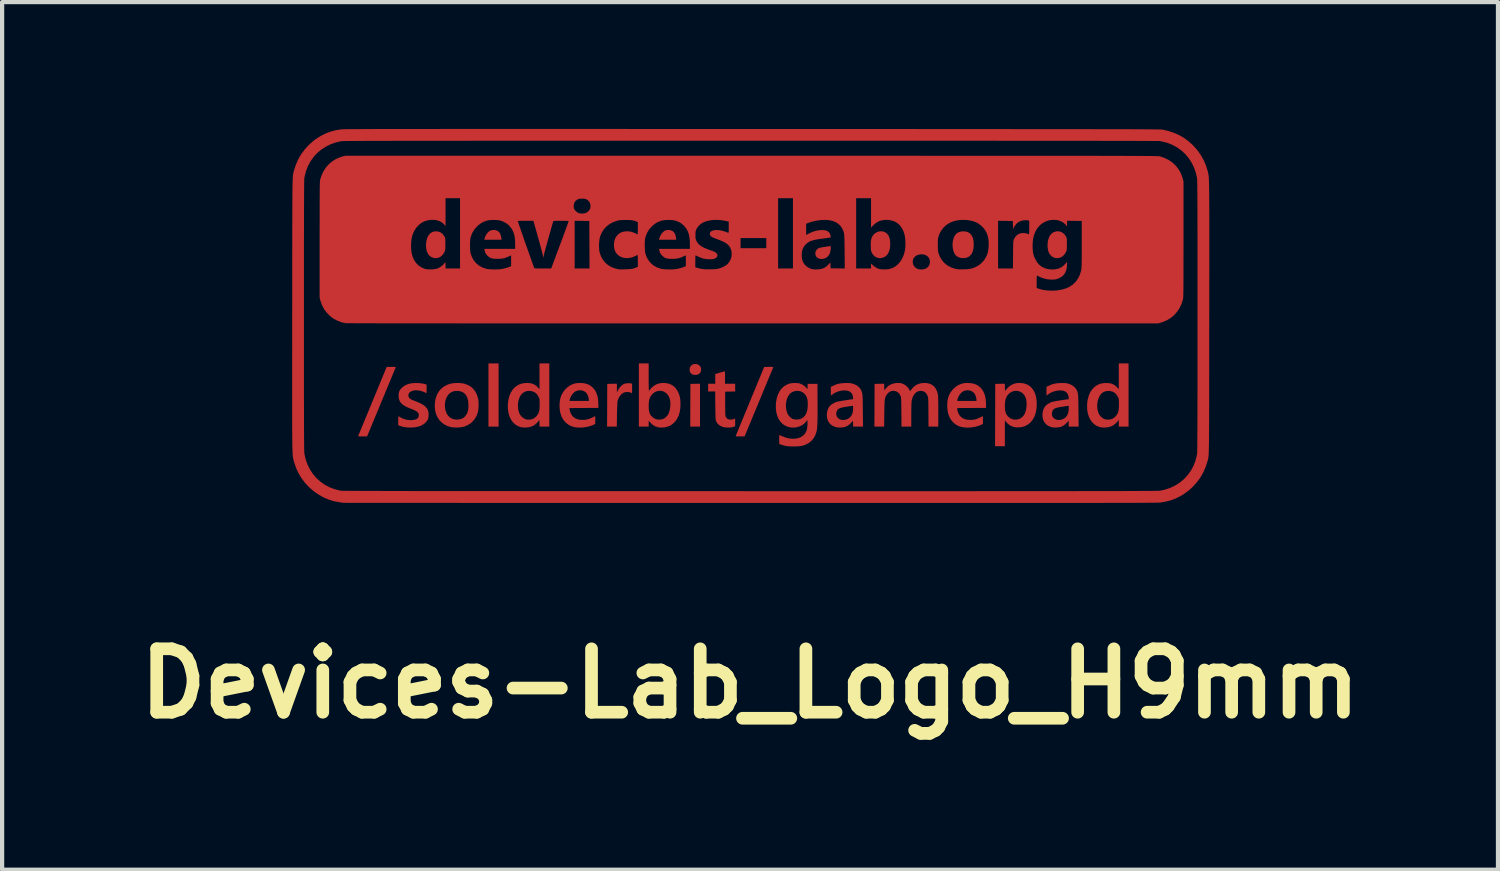
<source format=kicad_pcb>
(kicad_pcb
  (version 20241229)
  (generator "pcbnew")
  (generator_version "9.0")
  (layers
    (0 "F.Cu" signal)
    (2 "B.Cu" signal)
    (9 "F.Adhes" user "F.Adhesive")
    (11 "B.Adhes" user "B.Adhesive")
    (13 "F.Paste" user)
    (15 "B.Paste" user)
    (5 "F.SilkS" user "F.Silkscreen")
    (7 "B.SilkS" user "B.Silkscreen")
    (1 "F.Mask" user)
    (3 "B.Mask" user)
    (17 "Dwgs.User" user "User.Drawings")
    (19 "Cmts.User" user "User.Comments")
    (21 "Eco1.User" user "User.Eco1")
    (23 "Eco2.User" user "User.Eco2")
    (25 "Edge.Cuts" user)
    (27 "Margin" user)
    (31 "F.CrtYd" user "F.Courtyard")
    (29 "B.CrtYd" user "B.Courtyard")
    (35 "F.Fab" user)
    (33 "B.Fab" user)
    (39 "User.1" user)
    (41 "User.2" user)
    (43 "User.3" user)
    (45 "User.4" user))
  (footprint "Devices-Lab_Logo_H9mm"
    (layer "F.Cu")
    (at 14.693 4.42)
    (property "Reference" "Devices-Lab_Logo_H9mm" (at 0 8.7 0) (layer "F.SilkS") (effects (font (size 1.5 1.5) (thickness 0.3))))
    (attr board_only exclude_from_pos_files exclude_from_bom)
    (fp_poly (pts (xy -5.948 1.875) (xy -5.948 2.622) (xy -6.068 2.622) (xy -6.188 2.622) (xy -6.188 1.875) (xy -6.188 1.127) (xy -6.068 1.127) (xy -5.948 1.127)) (stroke (width 0) (type solid)) (fill yes) (layer "F.Cu"))
    (fp_poly (pts (xy -1.183 2.114) (xy -1.183 2.622) (xy -1.299 2.622) (xy -1.415 2.622) (xy -1.413 2.117) (xy -1.411 1.611) (xy -1.297 1.609) (xy -1.183 1.607)) (stroke (width 0) (type solid)) (fill yes) (layer "F.Cu"))
    (fp_poly (pts (xy -6.005 -2.022) (xy -5.965 -2.004) (xy -5.962 -2.002) (xy -5.927 -1.967) (xy -5.902 -1.921) (xy -5.887 -1.863) (xy -5.886 -1.853) (xy -5.879 -1.799) (xy -6.083 -1.799) (xy -6.286 -1.799) (xy -6.281 -1.824) (xy -6.264 -1.876) (xy -6.237 -1.926) (xy -6.203 -1.97) (xy -6.163 -2.004) (xy -6.143 -2.015) (xy -6.1 -2.028) (xy -6.052 -2.03)) (stroke (width 0) (type solid)) (fill yes) (layer "F.Cu"))
    (fp_poly (pts (xy -1.872 -2.022) (xy -1.832 -2.004) (xy -1.829 -2.002) (xy -1.794 -1.967) (xy -1.769 -1.921) (xy -1.754 -1.863) (xy -1.752 -1.853) (xy -1.746 -1.799) (xy -1.949 -1.799) (xy -2.153 -1.799) (xy -2.148 -1.824) (xy -2.131 -1.876) (xy -2.104 -1.926) (xy -2.069 -1.97) (xy -2.03 -2.004) (xy -2.01 -2.015) (xy -1.967 -2.028) (xy -1.919 -2.03)) (stroke (width 0) (type solid)) (fill yes) (layer "F.Cu"))
    (fp_poly (pts (xy -1.262 1.144) (xy -1.217 1.161) (xy -1.185 1.189) (xy -1.164 1.226) (xy -1.157 1.271) (xy -1.164 1.316) (xy -1.184 1.353) (xy -1.209 1.376) (xy -1.24 1.391) (xy -1.279 1.398) (xy -1.32 1.398) (xy -1.356 1.39) (xy -1.367 1.385) (xy -1.4 1.36) (xy -1.42 1.329) (xy -1.429 1.288) (xy -1.429 1.285) (xy -1.426 1.238) (xy -1.41 1.199) (xy -1.383 1.168) (xy -1.347 1.148) (xy -1.303 1.14)) (stroke (width 0) (type solid)) (fill yes) (layer "F.Cu"))
    (fp_poly (pts (xy 1.905 -1.646) (xy 1.909 -1.64) (xy 1.911 -1.627) (xy 1.91 -1.603) (xy 1.908 -1.579) (xy 1.898 -1.512) (xy 1.878 -1.456) (xy 1.848 -1.412) (xy 1.806 -1.377) (xy 1.779 -1.362) (xy 1.73 -1.347) (xy 1.679 -1.344) (xy 1.631 -1.353) (xy 1.618 -1.358) (xy 1.582 -1.382) (xy 1.558 -1.414) (xy 1.546 -1.451) (xy 1.544 -1.489) (xy 1.554 -1.527) (xy 1.575 -1.562) (xy 1.607 -1.59) (xy 1.632 -1.603) (xy 1.65 -1.608) (xy 1.681 -1.614) (xy 1.719 -1.622) (xy 1.762 -1.629) (xy 1.805 -1.636) (xy 1.845 -1.642) (xy 1.878 -1.646) (xy 1.898 -1.647)) (stroke (width 0) (type solid)) (fill yes) (layer "F.Cu"))
    (fp_poly (pts (xy 5.096 -1.995) (xy 5.152 -1.979) (xy 5.199 -1.951) (xy 5.237 -1.91) (xy 5.265 -1.856) (xy 5.281 -1.802) (xy 5.29 -1.733) (xy 5.291 -1.661) (xy 5.284 -1.591) (xy 5.269 -1.526) (xy 5.251 -1.482) (xy 5.219 -1.435) (xy 5.177 -1.399) (xy 5.126 -1.375) (xy 5.067 -1.364) (xy 5.003 -1.366) (xy 4.989 -1.368) (xy 4.942 -1.382) (xy 4.898 -1.404) (xy 4.864 -1.432) (xy 4.835 -1.474) (xy 4.813 -1.527) (xy 4.798 -1.589) (xy 4.791 -1.655) (xy 4.792 -1.724) (xy 4.801 -1.784) (xy 4.821 -1.852) (xy 4.85 -1.906) (xy 4.888 -1.948) (xy 4.936 -1.977) (xy 4.994 -1.993) (xy 5.03 -1.997)) (stroke (width 0) (type solid)) (fill yes) (layer "F.Cu"))
    (fp_poly (pts (xy 3.17 -1.987) (xy 3.187 -1.98) (xy 3.232 -1.951) (xy 3.268 -1.91) (xy 3.293 -1.858) (xy 3.31 -1.793) (xy 3.316 -1.731) (xy 3.315 -1.647) (xy 3.304 -1.572) (xy 3.282 -1.507) (xy 3.252 -1.454) (xy 3.213 -1.412) (xy 3.165 -1.383) (xy 3.109 -1.367) (xy 3.098 -1.365) (xy 3.067 -1.364) (xy 3.037 -1.366) (xy 3.028 -1.368) (xy 2.976 -1.388) (xy 2.93 -1.422) (xy 2.893 -1.468) (xy 2.877 -1.499) (xy 2.869 -1.519) (xy 2.863 -1.54) (xy 2.86 -1.566) (xy 2.857 -1.6) (xy 2.856 -1.644) (xy 2.855 -1.707) (xy 2.858 -1.758) (xy 2.864 -1.8) (xy 2.875 -1.837) (xy 2.887 -1.868) (xy 2.918 -1.916) (xy 2.959 -1.954) (xy 3.008 -1.981) (xy 3.061 -1.997) (xy 3.116 -1.999)) (stroke (width 0) (type solid)) (fill yes) (layer "F.Cu"))
    (fp_poly (pts (xy -7.368 -1.991) (xy -7.316 -1.97) (xy -7.271 -1.935) (xy -7.235 -1.885) (xy -7.229 -1.875) (xy -7.221 -1.86) (xy -7.215 -1.846) (xy -7.212 -1.831) (xy -7.209 -1.811) (xy -7.208 -1.784) (xy -7.208 -1.747) (xy -7.208 -1.696) (xy -7.208 -1.695) (xy -7.208 -1.644) (xy -7.208 -1.606) (xy -7.21 -1.578) (xy -7.212 -1.558) (xy -7.216 -1.541) (xy -7.222 -1.525) (xy -7.229 -1.51) (xy -7.262 -1.454) (xy -7.303 -1.411) (xy -7.351 -1.381) (xy -7.404 -1.365) (xy -7.461 -1.364) (xy -7.481 -1.367) (xy -7.534 -1.386) (xy -7.579 -1.417) (xy -7.616 -1.46) (xy -7.642 -1.515) (xy -7.659 -1.58) (xy -7.666 -1.654) (xy -7.665 -1.695) (xy -7.655 -1.774) (xy -7.636 -1.843) (xy -7.608 -1.899) (xy -7.571 -1.944) (xy -7.527 -1.976) (xy -7.474 -1.994) (xy -7.427 -1.998)) (stroke (width 0) (type solid)) (fill yes) (layer "F.Cu"))
    (fp_poly (pts (xy 7.338 -1.991) (xy 7.388 -1.968) (xy 7.433 -1.932) (xy 7.47 -1.881) (xy 7.477 -1.869) (xy 7.484 -1.855) (xy 7.489 -1.842) (xy 7.492 -1.825) (xy 7.494 -1.803) (xy 7.495 -1.772) (xy 7.495 -1.729) (xy 7.495 -1.695) (xy 7.495 -1.644) (xy 7.495 -1.606) (xy 7.493 -1.578) (xy 7.491 -1.558) (xy 7.487 -1.541) (xy 7.481 -1.526) (xy 7.474 -1.51) (xy 7.441 -1.454) (xy 7.399 -1.411) (xy 7.352 -1.381) (xy 7.298 -1.365) (xy 7.241 -1.364) (xy 7.222 -1.367) (xy 7.178 -1.381) (xy 7.142 -1.403) (xy 7.113 -1.43) (xy 7.087 -1.462) (xy 7.069 -1.494) (xy 7.055 -1.532) (xy 7.048 -1.561) (xy 7.037 -1.638) (xy 7.04 -1.721) (xy 7.047 -1.771) (xy 7.067 -1.841) (xy 7.095 -1.899) (xy 7.132 -1.944) (xy 7.178 -1.976) (xy 7.232 -1.994) (xy 7.283 -1.999)) (stroke (width 0) (type solid)) (fill yes) (layer "F.Cu"))
    (fp_poly (pts (xy -2.824 1.598) (xy -2.812 1.601) (xy -2.79 1.607) (xy -2.79 1.719) (xy -2.79 1.759) (xy -2.791 1.793) (xy -2.792 1.818) (xy -2.793 1.83) (xy -2.793 1.831) (xy -2.801 1.828) (xy -2.818 1.819) (xy -2.823 1.817) (xy -2.855 1.807) (xy -2.896 1.803) (xy -2.939 1.805) (xy -2.977 1.814) (xy -2.994 1.821) (xy -3.039 1.852) (xy -3.078 1.896) (xy -3.11 1.949) (xy -3.132 2.007) (xy -3.135 2.02) (xy -3.137 2.037) (xy -3.139 2.068) (xy -3.141 2.111) (xy -3.143 2.163) (xy -3.145 2.223) (xy -3.147 2.287) (xy -3.148 2.341) (xy -3.152 2.622) (xy -3.267 2.622) (xy -3.382 2.622) (xy -3.38 2.117) (xy -3.378 1.611) (xy -3.264 1.609) (xy -3.15 1.607) (xy -3.15 1.709) (xy -3.149 1.811) (xy -3.121 1.756) (xy -3.088 1.703) (xy -3.048 1.658) (xy -3.005 1.624) (xy -2.984 1.613) (xy -2.95 1.603) (xy -2.907 1.597) (xy -2.863 1.595)) (stroke (width 0) (type solid)) (fill yes) (layer "F.Cu"))
    (fp_poly (pts (xy -8.41 1.209) (xy -8.391 1.21) (xy -8.382 1.213) (xy -8.381 1.217) (xy -8.385 1.226) (xy -8.394 1.249) (xy -8.409 1.284) (xy -8.428 1.33) (xy -8.451 1.386) (xy -8.478 1.452) (xy -8.508 1.524) (xy -8.541 1.604) (xy -8.576 1.688) (xy -8.613 1.777) (xy -8.651 1.869) (xy -8.69 1.962) (xy -8.729 2.056) (xy -8.767 2.149) (xy -8.805 2.241) (xy -8.842 2.329) (xy -8.877 2.413) (xy -8.91 2.492) (xy -8.94 2.565) (xy -8.966 2.629) (xy -8.989 2.685) (xy -9.008 2.731) (xy -9.023 2.765) (xy -9.032 2.787) (xy -9.034 2.792) (xy -9.06 2.854) (xy -9.167 2.854) (xy -9.212 2.854) (xy -9.243 2.853) (xy -9.261 2.851) (xy -9.269 2.847) (xy -9.27 2.844) (xy -9.266 2.836) (xy -9.257 2.813) (xy -9.242 2.778) (xy -9.223 2.731) (xy -9.199 2.673) (xy -9.171 2.605) (xy -9.139 2.527) (xy -9.104 2.442) (xy -9.066 2.35) (xy -9.025 2.252) (xy -8.983 2.148) (xy -8.938 2.04) (xy -8.931 2.023) (xy -8.596 1.211) (xy -8.486 1.209) (xy -8.441 1.208)) (stroke (width 0) (type solid)) (fill yes) (layer "F.Cu"))
    (fp_poly (pts (xy 0.52 1.209) (xy 0.539 1.21) (xy 0.548 1.213) (xy 0.549 1.217) (xy 0.546 1.226) (xy 0.536 1.249) (xy 0.522 1.284) (xy 0.503 1.33) (xy 0.479 1.386) (xy 0.452 1.452) (xy 0.422 1.524) (xy 0.389 1.604) (xy 0.354 1.688) (xy 0.317 1.777) (xy 0.279 1.869) (xy 0.241 1.962) (xy 0.202 2.056) (xy 0.163 2.149) (xy 0.125 2.241) (xy 0.088 2.329) (xy 0.053 2.413) (xy 0.021 2.492) (xy -0.009 2.565) (xy -0.036 2.629) (xy -0.059 2.685) (xy -0.078 2.731) (xy -0.092 2.765) (xy -0.101 2.787) (xy -0.104 2.792) (xy -0.129 2.854) (xy -0.236 2.854) (xy -0.281 2.854) (xy -0.312 2.853) (xy -0.331 2.851) (xy -0.339 2.847) (xy -0.339 2.844) (xy -0.336 2.836) (xy -0.327 2.813) (xy -0.312 2.778) (xy -0.293 2.731) (xy -0.269 2.673) (xy -0.241 2.605) (xy -0.209 2.527) (xy -0.174 2.442) (xy -0.136 2.35) (xy -0.095 2.252) (xy -0.052 2.148) (xy -0.008 2.04) (xy -0.001 2.023) (xy 0.334 1.211) (xy 0.444 1.209) (xy 0.489 1.208)) (stroke (width 0) (type solid)) (fill yes) (layer "F.Cu"))
    (fp_poly (pts (xy -0.598 1.315) (xy -0.595 1.326) (xy -0.593 1.346) (xy -0.592 1.378) (xy -0.592 1.424) (xy -0.592 1.458) (xy -0.592 1.607) (xy -0.472 1.607) (xy -0.352 1.607) (xy -0.352 1.699) (xy -0.352 1.79) (xy -0.47 1.793) (xy -0.588 1.795) (xy -0.588 2.079) (xy -0.588 2.154) (xy -0.587 2.215) (xy -0.587 2.263) (xy -0.586 2.301) (xy -0.585 2.33) (xy -0.583 2.351) (xy -0.581 2.367) (xy -0.578 2.378) (xy -0.575 2.388) (xy -0.572 2.394) (xy -0.555 2.418) (xy -0.535 2.438) (xy -0.53 2.441) (xy -0.5 2.452) (xy -0.462 2.456) (xy -0.423 2.454) (xy -0.39 2.446) (xy -0.385 2.443) (xy -0.368 2.435) (xy -0.357 2.431) (xy -0.356 2.43) (xy -0.354 2.438) (xy -0.353 2.458) (xy -0.352 2.488) (xy -0.352 2.521) (xy -0.352 2.612) (xy -0.374 2.621) (xy -0.423 2.636) (xy -0.483 2.643) (xy -0.548 2.643) (xy -0.614 2.636) (xy -0.616 2.636) (xy -0.677 2.617) (xy -0.73 2.587) (xy -0.772 2.546) (xy -0.802 2.495) (xy -0.805 2.487) (xy -0.808 2.476) (xy -0.811 2.463) (xy -0.814 2.446) (xy -0.816 2.423) (xy -0.817 2.393) (xy -0.818 2.355) (xy -0.82 2.306) (xy -0.82 2.245) (xy -0.821 2.17) (xy -0.822 2.121) (xy -0.824 1.791) (xy -0.908 1.791) (xy -0.991 1.791) (xy -0.991 1.699) (xy -0.991 1.607) (xy -0.907 1.607) (xy -0.823 1.607) (xy -0.823 1.492) (xy -0.823 1.377) (xy -0.718 1.347) (xy -0.678 1.336) (xy -0.644 1.326) (xy -0.618 1.318) (xy -0.603 1.314) (xy -0.602 1.313)) (stroke (width 0) (type solid)) (fill yes) (layer "F.Cu"))
    (fp_poly (pts (xy -6.823 1.595) (xy -6.764 1.606) (xy -6.761 1.606) (xy -6.68 1.635) (xy -6.609 1.675) (xy -6.549 1.728) (xy -6.5 1.791) (xy -6.461 1.867) (xy -6.434 1.954) (xy -6.431 1.967) (xy -6.425 2.013) (xy -6.421 2.07) (xy -6.421 2.13) (xy -6.424 2.19) (xy -6.43 2.242) (xy -6.432 2.253) (xy -6.457 2.337) (xy -6.495 2.414) (xy -6.545 2.482) (xy -6.606 2.54) (xy -6.678 2.586) (xy -6.758 2.619) (xy -6.784 2.627) (xy -6.828 2.635) (xy -6.882 2.641) (xy -6.941 2.643) (xy -6.998 2.642) (xy -7.047 2.638) (xy -7.064 2.635) (xy -7.15 2.611) (xy -7.226 2.574) (xy -7.293 2.526) (xy -7.35 2.467) (xy -7.395 2.398) (xy -7.429 2.321) (xy -7.45 2.236) (xy -7.458 2.143) (xy -7.456 2.104) (xy -7.219 2.104) (xy -7.217 2.169) (xy -7.206 2.232) (xy -7.186 2.292) (xy -7.157 2.345) (xy -7.119 2.39) (xy -7.072 2.424) (xy -7.066 2.427) (xy -7.005 2.449) (xy -6.939 2.457) (xy -6.872 2.451) (xy -6.823 2.437) (xy -6.778 2.413) (xy -6.744 2.382) (xy -6.71 2.338) (xy -6.685 2.289) (xy -6.669 2.232) (xy -6.662 2.166) (xy -6.662 2.087) (xy -6.662 2.084) (xy -6.67 2.005) (xy -6.688 1.939) (xy -6.714 1.885) (xy -6.751 1.841) (xy -6.785 1.815) (xy -6.837 1.791) (xy -6.897 1.778) (xy -6.959 1.777) (xy -7.02 1.788) (xy -7.049 1.799) (xy -7.099 1.828) (xy -7.14 1.87) (xy -7.173 1.92) (xy -7.197 1.977) (xy -7.213 2.039) (xy -7.219 2.104) (xy -7.456 2.104) (xy -7.453 2.045) (xy -7.452 2.035) (xy -7.433 1.941) (xy -7.401 1.857) (xy -7.358 1.784) (xy -7.303 1.722) (xy -7.237 1.671) (xy -7.16 1.631) (xy -7.086 1.606) (xy -7.028 1.596) (xy -6.96 1.59) (xy -6.89 1.59)) (stroke (width 0) (type solid)) (fill yes) (layer "F.Cu"))
    (fp_poly (pts (xy -3.934 1.595) (xy -3.863 1.611) (xy -3.8 1.638) (xy -3.744 1.678) (xy -3.717 1.702) (xy -3.671 1.758) (xy -3.636 1.823) (xy -3.61 1.898) (xy -3.594 1.985) (xy -3.588 2.083) (xy -3.586 2.179) (xy -3.929 2.181) (xy -4.272 2.183) (xy -4.267 2.223) (xy -4.257 2.268) (xy -4.238 2.314) (xy -4.214 2.356) (xy -4.189 2.386) (xy -4.141 2.422) (xy -4.089 2.446) (xy -4.029 2.459) (xy -3.963 2.463) (xy -3.902 2.461) (xy -3.849 2.452) (xy -3.797 2.436) (xy -3.74 2.411) (xy -3.738 2.41) (xy -3.708 2.395) (xy -3.684 2.383) (xy -3.668 2.376) (xy -3.664 2.375) (xy -3.663 2.382) (xy -3.662 2.402) (xy -3.662 2.432) (xy -3.662 2.466) (xy -3.662 2.558) (xy -3.7 2.577) (xy -3.768 2.605) (xy -3.846 2.626) (xy -3.93 2.64) (xy -4.016 2.645) (xy -4.098 2.642) (xy -4.153 2.634) (xy -4.231 2.611) (xy -4.301 2.574) (xy -4.362 2.525) (xy -4.414 2.464) (xy -4.455 2.392) (xy -4.484 2.312) (xy -4.486 2.305) (xy -4.501 2.224) (xy -4.507 2.139) (xy -4.504 2.054) (xy -4.498 2.015) (xy -4.271 2.015) (xy -4.041 2.015) (xy -3.811 2.015) (xy -3.816 1.966) (xy -3.826 1.916) (xy -3.846 1.867) (xy -3.873 1.826) (xy -3.89 1.808) (xy -3.932 1.781) (xy -3.981 1.766) (xy -4.035 1.762) (xy -4.088 1.771) (xy -4.124 1.785) (xy -4.166 1.814) (xy -4.204 1.855) (xy -4.236 1.904) (xy -4.258 1.957) (xy -4.266 1.986) (xy -4.271 2.015) (xy -4.498 2.015) (xy -4.492 1.973) (xy -4.472 1.901) (xy -4.469 1.893) (xy -4.433 1.822) (xy -4.385 1.757) (xy -4.328 1.699) (xy -4.265 1.653) (xy -4.234 1.636) (xy -4.186 1.615) (xy -4.142 1.601) (xy -4.096 1.593) (xy -4.043 1.59) (xy -4.016 1.59)) (stroke (width 0) (type solid)) (fill yes) (layer "F.Cu"))
    (fp_poly (pts (xy 5.236 1.595) (xy 5.307 1.611) (xy 5.37 1.638) (xy 5.427 1.678) (xy 5.453 1.702) (xy 5.499 1.758) (xy 5.534 1.823) (xy 5.56 1.898) (xy 5.576 1.985) (xy 5.582 2.083) (xy 5.584 2.179) (xy 5.242 2.181) (xy 4.899 2.183) (xy 4.903 2.223) (xy 4.914 2.268) (xy 4.932 2.314) (xy 4.956 2.356) (xy 4.982 2.386) (xy 5.029 2.422) (xy 5.081 2.446) (xy 5.141 2.459) (xy 5.207 2.463) (xy 5.268 2.461) (xy 5.321 2.452) (xy 5.373 2.436) (xy 5.43 2.411) (xy 5.432 2.41) (xy 5.462 2.395) (xy 5.487 2.383) (xy 5.502 2.376) (xy 5.506 2.375) (xy 5.507 2.382) (xy 5.508 2.402) (xy 5.508 2.432) (xy 5.509 2.466) (xy 5.509 2.558) (xy 5.47 2.577) (xy 5.402 2.605) (xy 5.324 2.626) (xy 5.24 2.64) (xy 5.155 2.645) (xy 5.072 2.642) (xy 5.017 2.634) (xy 4.939 2.611) (xy 4.869 2.574) (xy 4.808 2.525) (xy 4.756 2.464) (xy 4.716 2.392) (xy 4.686 2.312) (xy 4.685 2.305) (xy 4.67 2.224) (xy 4.664 2.139) (xy 4.667 2.054) (xy 4.672 2.015) (xy 4.899 2.015) (xy 5.129 2.015) (xy 5.359 2.015) (xy 5.354 1.966) (xy 5.344 1.916) (xy 5.325 1.867) (xy 5.298 1.826) (xy 5.28 1.808) (xy 5.238 1.781) (xy 5.189 1.766) (xy 5.135 1.762) (xy 5.082 1.771) (xy 5.046 1.785) (xy 5.004 1.814) (xy 4.966 1.855) (xy 4.934 1.904) (xy 4.912 1.957) (xy 4.905 1.986) (xy 4.899 2.015) (xy 4.672 2.015) (xy 4.678 1.973) (xy 4.699 1.901) (xy 4.702 1.893) (xy 4.737 1.822) (xy 4.785 1.757) (xy 4.842 1.699) (xy 4.905 1.653) (xy 4.936 1.636) (xy 4.984 1.615) (xy 5.028 1.601) (xy 5.074 1.593) (xy 5.127 1.59) (xy 5.154 1.59)) (stroke (width 0) (type solid)) (fill yes) (layer "F.Cu"))
    (fp_poly (pts (xy 6.481 1.6) (xy 6.551 1.624) (xy 6.614 1.661) (xy 6.667 1.711) (xy 6.711 1.773) (xy 6.745 1.846) (xy 6.768 1.931) (xy 6.779 2.009) (xy 6.782 2.116) (xy 6.774 2.214) (xy 6.755 2.305) (xy 6.726 2.386) (xy 6.686 2.458) (xy 6.637 2.519) (xy 6.579 2.568) (xy 6.512 2.606) (xy 6.438 2.63) (xy 6.39 2.638) (xy 6.308 2.641) (xy 6.234 2.629) (xy 6.167 2.603) (xy 6.107 2.562) (xy 6.054 2.508) (xy 6.05 2.502) (xy 6.028 2.474) (xy 6.028 2.78) (xy 6.028 3.086) (xy 5.912 3.086) (xy 5.796 3.086) (xy 5.798 2.349) (xy 5.799 2.136) (xy 6.028 2.136) (xy 6.031 2.205) (xy 6.038 2.261) (xy 6.053 2.308) (xy 6.074 2.348) (xy 6.103 2.383) (xy 6.105 2.385) (xy 6.154 2.424) (xy 6.206 2.448) (xy 6.264 2.457) (xy 6.326 2.452) (xy 6.368 2.441) (xy 6.405 2.422) (xy 6.443 2.392) (xy 6.476 2.354) (xy 6.498 2.318) (xy 6.521 2.256) (xy 6.536 2.185) (xy 6.543 2.111) (xy 6.541 2.037) (xy 6.529 1.97) (xy 6.524 1.951) (xy 6.498 1.893) (xy 6.462 1.846) (xy 6.418 1.81) (xy 6.369 1.786) (xy 6.315 1.775) (xy 6.261 1.776) (xy 6.206 1.791) (xy 6.154 1.819) (xy 6.109 1.858) (xy 6.078 1.899) (xy 6.055 1.945) (xy 6.039 1.999) (xy 6.031 2.062) (xy 6.028 2.136) (xy 5.799 2.136) (xy 5.8 1.611) (xy 5.914 1.609) (xy 6.028 1.607) (xy 6.028 1.691) (xy 6.029 1.729) (xy 6.031 1.757) (xy 6.034 1.773) (xy 6.036 1.775) (xy 6.044 1.769) (xy 6.044 1.767) (xy 6.049 1.758) (xy 6.063 1.741) (xy 6.083 1.718) (xy 6.093 1.707) (xy 6.151 1.656) (xy 6.215 1.619) (xy 6.285 1.597) (xy 6.316 1.592) (xy 6.402 1.589)) (stroke (width 0) (type solid)) (fill yes) (layer "F.Cu"))
    (fp_poly (pts (xy -4.749 1.875) (xy -4.749 2.622) (xy -4.865 2.622) (xy -4.981 2.622) (xy -4.981 2.541) (xy -4.981 2.504) (xy -4.982 2.482) (xy -4.983 2.471) (xy -4.987 2.469) (xy -4.992 2.475) (xy -4.994 2.479) (xy -5.041 2.535) (xy -5.098 2.582) (xy -5.164 2.617) (xy -5.177 2.622) (xy -5.223 2.634) (xy -5.278 2.642) (xy -5.336 2.644) (xy -5.391 2.64) (xy -5.423 2.634) (xy -5.493 2.609) (xy -5.556 2.57) (xy -5.61 2.519) (xy -5.654 2.456) (xy -5.689 2.384) (xy -5.714 2.302) (xy -5.728 2.213) (xy -5.73 2.157) (xy -5.49 2.157) (xy -5.482 2.229) (xy -5.466 2.289) (xy -5.441 2.34) (xy -5.412 2.377) (xy -5.367 2.418) (xy -5.319 2.444) (xy -5.267 2.457) (xy -5.208 2.456) (xy -5.155 2.446) (xy -5.119 2.43) (xy -5.081 2.403) (xy -5.046 2.368) (xy -5.031 2.347) (xy -5.012 2.316) (xy -4.997 2.283) (xy -4.987 2.248) (xy -4.981 2.206) (xy -4.978 2.154) (xy -4.977 2.095) (xy -4.977 2.047) (xy -4.978 2.012) (xy -4.98 1.987) (xy -4.983 1.967) (xy -4.988 1.95) (xy -4.995 1.932) (xy -5 1.922) (xy -5.033 1.866) (xy -5.075 1.824) (xy -5.126 1.795) (xy -5.185 1.779) (xy -5.208 1.777) (xy -5.272 1.78) (xy -5.329 1.797) (xy -5.378 1.828) (xy -5.42 1.873) (xy -5.448 1.921) (xy -5.476 1.997) (xy -5.49 2.075) (xy -5.49 2.157) (xy -5.73 2.157) (xy -5.731 2.116) (xy -5.729 2.085) (xy -5.716 1.985) (xy -5.692 1.894) (xy -5.657 1.813) (xy -5.612 1.744) (xy -5.557 1.686) (xy -5.513 1.654) (xy -5.455 1.622) (xy -5.395 1.602) (xy -5.328 1.592) (xy -5.281 1.59) (xy -5.209 1.594) (xy -5.149 1.607) (xy -5.097 1.63) (xy -5.05 1.663) (xy -5.018 1.696) (xy -4.981 1.737) (xy -4.981 1.432) (xy -4.981 1.127) (xy -4.865 1.127) (xy -4.749 1.127)) (stroke (width 0) (type solid)) (fill yes) (layer "F.Cu"))
    (fp_poly (pts (xy 8.954 1.875) (xy 8.954 2.622) (xy 8.838 2.622) (xy 8.723 2.622) (xy 8.723 2.541) (xy 8.722 2.504) (xy 8.722 2.482) (xy 8.72 2.471) (xy 8.717 2.469) (xy 8.712 2.475) (xy 8.709 2.479) (xy 8.663 2.535) (xy 8.605 2.582) (xy 8.539 2.617) (xy 8.527 2.622) (xy 8.48 2.634) (xy 8.425 2.642) (xy 8.367 2.644) (xy 8.313 2.64) (xy 8.281 2.634) (xy 8.21 2.609) (xy 8.148 2.57) (xy 8.094 2.519) (xy 8.049 2.456) (xy 8.014 2.384) (xy 7.989 2.302) (xy 7.975 2.213) (xy 7.974 2.157) (xy 8.213 2.157) (xy 8.221 2.229) (xy 8.238 2.289) (xy 8.262 2.34) (xy 8.291 2.377) (xy 8.336 2.418) (xy 8.384 2.444) (xy 8.437 2.457) (xy 8.496 2.456) (xy 8.548 2.446) (xy 8.585 2.43) (xy 8.623 2.403) (xy 8.657 2.368) (xy 8.673 2.347) (xy 8.692 2.316) (xy 8.706 2.283) (xy 8.716 2.248) (xy 8.722 2.206) (xy 8.725 2.154) (xy 8.726 2.095) (xy 8.726 2.047) (xy 8.725 2.012) (xy 8.724 1.987) (xy 8.721 1.967) (xy 8.716 1.95) (xy 8.708 1.932) (xy 8.704 1.922) (xy 8.671 1.866) (xy 8.628 1.824) (xy 8.578 1.795) (xy 8.518 1.779) (xy 8.496 1.777) (xy 8.432 1.78) (xy 8.375 1.797) (xy 8.325 1.828) (xy 8.284 1.873) (xy 8.256 1.921) (xy 8.228 1.997) (xy 8.214 2.075) (xy 8.213 2.157) (xy 7.974 2.157) (xy 7.973 2.116) (xy 7.974 2.085) (xy 7.987 1.985) (xy 8.011 1.894) (xy 8.046 1.813) (xy 8.091 1.744) (xy 8.147 1.686) (xy 8.19 1.654) (xy 8.248 1.622) (xy 8.308 1.602) (xy 8.376 1.592) (xy 8.423 1.59) (xy 8.494 1.594) (xy 8.554 1.607) (xy 8.606 1.63) (xy 8.653 1.663) (xy 8.686 1.696) (xy 8.723 1.737) (xy 8.723 1.432) (xy 8.723 1.127) (xy 8.838 1.127) (xy 8.954 1.127)) (stroke (width 0) (type solid)) (fill yes) (layer "F.Cu"))
    (fp_poly (pts (xy -2.398 1.451) (xy -2.398 1.541) (xy -2.398 1.617) (xy -2.397 1.678) (xy -2.395 1.725) (xy -2.394 1.757) (xy -2.392 1.773) (xy -2.39 1.775) (xy -2.383 1.769) (xy -2.382 1.767) (xy -2.377 1.758) (xy -2.364 1.741) (xy -2.344 1.718) (xy -2.334 1.707) (xy -2.275 1.656) (xy -2.21 1.619) (xy -2.138 1.597) (xy -2.059 1.588) (xy -1.995 1.592) (xy -1.919 1.607) (xy -1.853 1.635) (xy -1.795 1.676) (xy -1.746 1.731) (xy -1.704 1.799) (xy -1.702 1.803) (xy -1.679 1.858) (xy -1.662 1.913) (xy -1.651 1.974) (xy -1.646 2.044) (xy -1.646 2.091) (xy -1.65 2.191) (xy -1.665 2.281) (xy -1.689 2.361) (xy -1.724 2.433) (xy -1.74 2.46) (xy -1.772 2.501) (xy -1.811 2.541) (xy -1.853 2.576) (xy -1.894 2.601) (xy -1.9 2.604) (xy -1.965 2.627) (xy -2.035 2.641) (xy -2.106 2.645) (xy -2.173 2.638) (xy -2.187 2.635) (xy -2.25 2.612) (xy -2.31 2.574) (xy -2.355 2.531) (xy -2.398 2.484) (xy -2.398 2.553) (xy -2.398 2.622) (xy -2.514 2.622) (xy -2.63 2.622) (xy -2.63 2.136) (xy -2.398 2.136) (xy -2.396 2.205) (xy -2.388 2.261) (xy -2.374 2.308) (xy -2.353 2.348) (xy -2.324 2.383) (xy -2.321 2.385) (xy -2.273 2.424) (xy -2.22 2.448) (xy -2.163 2.457) (xy -2.101 2.452) (xy -2.059 2.441) (xy -2.021 2.422) (xy -1.984 2.392) (xy -1.951 2.354) (xy -1.929 2.318) (xy -1.906 2.256) (xy -1.891 2.185) (xy -1.884 2.111) (xy -1.886 2.037) (xy -1.897 1.97) (xy -1.903 1.951) (xy -1.929 1.893) (xy -1.965 1.846) (xy -2.008 1.81) (xy -2.058 1.786) (xy -2.111 1.775) (xy -2.166 1.776) (xy -2.221 1.791) (xy -2.273 1.819) (xy -2.317 1.858) (xy -2.349 1.899) (xy -2.372 1.945) (xy -2.387 1.999) (xy -2.396 2.062) (xy -2.398 2.136) (xy -2.63 2.136) (xy -2.63 1.875) (xy -2.63 1.127) (xy -2.514 1.127) (xy -2.398 1.127)) (stroke (width 0) (type solid)) (fill yes) (layer "F.Cu"))
    (fp_poly (pts (xy -7.858 1.591) (xy -7.789 1.597) (xy -7.725 1.607) (xy -7.673 1.622) (xy -7.651 1.631) (xy -7.651 1.731) (xy -7.651 1.769) (xy -7.652 1.8) (xy -7.653 1.822) (xy -7.655 1.831) (xy -7.655 1.831) (xy -7.663 1.827) (xy -7.682 1.819) (xy -7.707 1.806) (xy -7.707 1.806) (xy -7.754 1.787) (xy -7.809 1.773) (xy -7.865 1.764) (xy -7.916 1.762) (xy -7.931 1.763) (xy -7.973 1.771) (xy -8.012 1.786) (xy -8.045 1.805) (xy -8.067 1.827) (xy -8.069 1.83) (xy -8.082 1.866) (xy -8.081 1.904) (xy -8.065 1.938) (xy -8.059 1.946) (xy -8.048 1.957) (xy -8.035 1.967) (xy -8.018 1.977) (xy -7.994 1.989) (xy -7.961 2.003) (xy -7.917 2.021) (xy -7.871 2.039) (xy -7.791 2.074) (xy -7.727 2.111) (xy -7.676 2.152) (xy -7.64 2.196) (xy -7.619 2.238) (xy -7.608 2.279) (xy -7.604 2.327) (xy -7.605 2.377) (xy -7.612 2.422) (xy -7.625 2.459) (xy -7.625 2.459) (xy -7.659 2.508) (xy -7.705 2.552) (xy -7.761 2.588) (xy -7.811 2.611) (xy -7.875 2.628) (xy -7.948 2.64) (xy -8.026 2.644) (xy -8.104 2.642) (xy -8.172 2.634) (xy -8.209 2.626) (xy -8.248 2.616) (xy -8.278 2.606) (xy -8.323 2.589) (xy -8.323 2.487) (xy -8.322 2.448) (xy -8.321 2.415) (xy -8.32 2.392) (xy -8.318 2.38) (xy -8.318 2.38) (xy -8.308 2.381) (xy -8.293 2.389) (xy -8.292 2.39) (xy -8.221 2.43) (xy -8.143 2.456) (xy -8.059 2.468) (xy -8.006 2.468) (xy -7.945 2.461) (xy -7.897 2.447) (xy -7.863 2.425) (xy -7.843 2.396) (xy -7.835 2.358) (xy -7.835 2.353) (xy -7.839 2.322) (xy -7.853 2.294) (xy -7.877 2.269) (xy -7.914 2.245) (xy -7.964 2.222) (xy -8.003 2.207) (xy -8.085 2.174) (xy -8.152 2.142) (xy -8.206 2.109) (xy -8.247 2.074) (xy -8.278 2.036) (xy -8.298 1.994) (xy -8.31 1.946) (xy -8.313 1.91) (xy -8.313 1.854) (xy -8.306 1.809) (xy -8.29 1.771) (xy -8.265 1.734) (xy -8.244 1.711) (xy -8.198 1.671) (xy -8.147 1.64) (xy -8.088 1.616) (xy -8.052 1.606) (xy -7.995 1.595) (xy -7.928 1.591)) (stroke (width 0) (type solid)) (fill yes) (layer "F.Cu"))
    (fp_poly (pts (xy 4.179 1.592) (xy 4.247 1.606) (xy 4.306 1.634) (xy 4.355 1.674) (xy 4.395 1.727) (xy 4.425 1.792) (xy 4.441 1.852) (xy 4.444 1.869) (xy 4.447 1.892) (xy 4.449 1.921) (xy 4.45 1.958) (xy 4.451 2.004) (xy 4.452 2.062) (xy 4.453 2.132) (xy 4.453 2.215) (xy 4.453 2.265) (xy 4.453 2.622) (xy 4.338 2.622) (xy 4.222 2.622) (xy 4.22 2.281) (xy 4.219 2.198) (xy 4.218 2.129) (xy 4.218 2.073) (xy 4.217 2.029) (xy 4.216 1.994) (xy 4.214 1.967) (xy 4.212 1.946) (xy 4.21 1.93) (xy 4.207 1.917) (xy 4.203 1.905) (xy 4.199 1.893) (xy 4.198 1.891) (xy 4.172 1.842) (xy 4.138 1.806) (xy 4.095 1.784) (xy 4.043 1.775) (xy 4.029 1.775) (xy 3.983 1.783) (xy 3.939 1.804) (xy 3.901 1.839) (xy 3.868 1.884) (xy 3.842 1.939) (xy 3.825 2.001) (xy 3.822 2.023) (xy 3.82 2.046) (xy 3.818 2.082) (xy 3.817 2.129) (xy 3.815 2.185) (xy 3.815 2.247) (xy 3.814 2.313) (xy 3.814 2.353) (xy 3.814 2.622) (xy 3.698 2.622) (xy 3.583 2.622) (xy 3.58 2.281) (xy 3.579 2.196) (xy 3.578 2.126) (xy 3.577 2.069) (xy 3.576 2.023) (xy 3.575 1.987) (xy 3.573 1.96) (xy 3.571 1.939) (xy 3.569 1.923) (xy 3.566 1.911) (xy 3.563 1.902) (xy 3.537 1.852) (xy 3.501 1.814) (xy 3.458 1.788) (xy 3.408 1.776) (xy 3.392 1.775) (xy 3.339 1.782) (xy 3.293 1.804) (xy 3.253 1.841) (xy 3.23 1.872) (xy 3.218 1.892) (xy 3.208 1.911) (xy 3.2 1.931) (xy 3.194 1.953) (xy 3.189 1.98) (xy 3.185 2.012) (xy 3.182 2.052) (xy 3.18 2.101) (xy 3.178 2.161) (xy 3.177 2.234) (xy 3.176 2.313) (xy 3.172 2.622) (xy 3.057 2.622) (xy 2.942 2.622) (xy 2.944 2.117) (xy 2.946 1.611) (xy 3.06 1.609) (xy 3.174 1.607) (xy 3.174 1.683) (xy 3.175 1.719) (xy 3.177 1.744) (xy 3.18 1.758) (xy 3.182 1.759) (xy 3.19 1.754) (xy 3.19 1.752) (xy 3.196 1.741) (xy 3.21 1.722) (xy 3.23 1.7) (xy 3.253 1.677) (xy 3.276 1.658) (xy 3.289 1.647) (xy 3.34 1.62) (xy 3.4 1.601) (xy 3.464 1.59) (xy 3.528 1.589) (xy 3.575 1.595) (xy 3.627 1.614) (xy 3.677 1.644) (xy 3.723 1.685) (xy 3.759 1.731) (xy 3.768 1.747) (xy 3.787 1.785) (xy 3.812 1.75) (xy 3.862 1.69) (xy 3.921 1.643) (xy 3.986 1.611) (xy 4.06 1.593) (xy 4.14 1.589)) (stroke (width 0) (type solid)) (fill yes) (layer "F.Cu"))
    (fp_poly (pts (xy 2.338 1.592) (xy 2.385 1.596) (xy 2.402 1.599) (xy 2.467 1.619) (xy 2.526 1.649) (xy 2.576 1.688) (xy 2.613 1.734) (xy 2.622 1.75) (xy 2.631 1.769) (xy 2.639 1.787) (xy 2.646 1.806) (xy 2.651 1.827) (xy 2.656 1.852) (xy 2.659 1.882) (xy 2.662 1.919) (xy 2.664 1.965) (xy 2.665 2.02) (xy 2.666 2.087) (xy 2.667 2.167) (xy 2.668 2.249) (xy 2.672 2.622) (xy 2.555 2.622) (xy 2.439 2.622) (xy 2.437 2.55) (xy 2.434 2.478) (xy 2.405 2.517) (xy 2.36 2.564) (xy 2.305 2.603) (xy 2.259 2.625) (xy 2.22 2.635) (xy 2.172 2.641) (xy 2.12 2.644) (xy 2.07 2.641) (xy 2.039 2.636) (xy 1.972 2.613) (xy 1.917 2.579) (xy 1.873 2.534) (xy 1.841 2.48) (xy 1.822 2.417) (xy 1.816 2.345) (xy 1.817 2.319) (xy 1.82 2.303) (xy 2.039 2.303) (xy 2.041 2.347) (xy 2.055 2.386) (xy 2.08 2.419) (xy 2.113 2.444) (xy 2.155 2.46) (xy 2.201 2.466) (xy 2.252 2.461) (xy 2.305 2.443) (xy 2.308 2.441) (xy 2.357 2.41) (xy 2.395 2.367) (xy 2.421 2.314) (xy 2.435 2.25) (xy 2.438 2.198) (xy 2.438 2.164) (xy 2.437 2.143) (xy 2.435 2.133) (xy 2.43 2.129) (xy 2.421 2.13) (xy 2.42 2.13) (xy 2.406 2.133) (xy 2.38 2.137) (xy 2.344 2.142) (xy 2.303 2.148) (xy 2.291 2.15) (xy 2.223 2.161) (xy 2.17 2.172) (xy 2.128 2.185) (xy 2.097 2.199) (xy 2.075 2.217) (xy 2.059 2.239) (xy 2.052 2.255) (xy 2.039 2.303) (xy 1.82 2.303) (xy 1.828 2.249) (xy 1.851 2.188) (xy 1.885 2.136) (xy 1.933 2.094) (xy 1.994 2.058) (xy 2.046 2.037) (xy 2.064 2.033) (xy 2.094 2.027) (xy 2.133 2.019) (xy 2.18 2.011) (xy 2.23 2.003) (xy 2.281 1.995) (xy 2.329 1.987) (xy 2.371 1.981) (xy 2.405 1.977) (xy 2.428 1.975) (xy 2.432 1.975) (xy 2.437 1.968) (xy 2.438 1.949) (xy 2.436 1.923) (xy 2.43 1.893) (xy 2.427 1.882) (xy 2.406 1.837) (xy 2.373 1.802) (xy 2.329 1.779) (xy 2.274 1.767) (xy 2.235 1.765) (xy 2.153 1.772) (xy 2.074 1.793) (xy 2 1.826) (xy 1.948 1.862) (xy 1.929 1.876) (xy 1.917 1.885) (xy 1.914 1.887) (xy 1.913 1.879) (xy 1.912 1.859) (xy 1.911 1.828) (xy 1.911 1.791) (xy 1.911 1.784) (xy 1.911 1.681) (xy 1.973 1.653) (xy 2.008 1.637) (xy 2.035 1.626) (xy 2.056 1.618) (xy 2.079 1.612) (xy 2.107 1.606) (xy 2.127 1.602) (xy 2.173 1.596) (xy 2.227 1.592) (xy 2.284 1.59)) (stroke (width 0) (type solid)) (fill yes) (layer "F.Cu"))
    (fp_poly (pts (xy 7.439 1.592) (xy 7.485 1.596) (xy 7.502 1.599) (xy 7.568 1.619) (xy 7.627 1.649) (xy 7.676 1.688) (xy 7.714 1.734) (xy 7.723 1.75) (xy 7.732 1.769) (xy 7.74 1.787) (xy 7.747 1.806) (xy 7.752 1.827) (xy 7.756 1.852) (xy 7.76 1.882) (xy 7.762 1.919) (xy 7.764 1.965) (xy 7.766 2.02) (xy 7.767 2.087) (xy 7.768 2.167) (xy 7.769 2.249) (xy 7.773 2.622) (xy 7.656 2.622) (xy 7.54 2.622) (xy 7.538 2.55) (xy 7.535 2.478) (xy 7.506 2.517) (xy 7.461 2.564) (xy 7.405 2.603) (xy 7.36 2.625) (xy 7.321 2.635) (xy 7.272 2.641) (xy 7.22 2.644) (xy 7.171 2.641) (xy 7.14 2.636) (xy 7.073 2.613) (xy 7.018 2.579) (xy 6.974 2.534) (xy 6.942 2.48) (xy 6.923 2.417) (xy 6.917 2.345) (xy 6.918 2.319) (xy 6.92 2.303) (xy 7.14 2.303) (xy 7.142 2.347) (xy 7.156 2.386) (xy 7.18 2.419) (xy 7.214 2.444) (xy 7.255 2.46) (xy 7.302 2.466) (xy 7.353 2.461) (xy 7.406 2.443) (xy 7.409 2.441) (xy 7.458 2.41) (xy 7.495 2.367) (xy 7.522 2.314) (xy 7.536 2.25) (xy 7.539 2.198) (xy 7.539 2.164) (xy 7.538 2.143) (xy 7.535 2.133) (xy 7.53 2.129) (xy 7.522 2.13) (xy 7.521 2.13) (xy 7.507 2.133) (xy 7.48 2.137) (xy 7.445 2.142) (xy 7.404 2.148) (xy 7.391 2.15) (xy 7.324 2.161) (xy 7.27 2.172) (xy 7.229 2.185) (xy 7.198 2.199) (xy 7.176 2.217) (xy 7.16 2.239) (xy 7.152 2.255) (xy 7.14 2.303) (xy 6.92 2.303) (xy 6.929 2.249) (xy 6.951 2.188) (xy 6.986 2.136) (xy 7.034 2.094) (xy 7.095 2.058) (xy 7.147 2.037) (xy 7.164 2.033) (xy 7.194 2.027) (xy 7.234 2.019) (xy 7.281 2.011) (xy 7.331 2.003) (xy 7.381 1.995) (xy 7.43 1.987) (xy 7.472 1.981) (xy 7.506 1.977) (xy 7.528 1.975) (xy 7.532 1.975) (xy 7.538 1.968) (xy 7.539 1.949) (xy 7.537 1.923) (xy 7.53 1.893) (xy 7.527 1.882) (xy 7.507 1.837) (xy 7.474 1.802) (xy 7.43 1.779) (xy 7.374 1.767) (xy 7.335 1.765) (xy 7.254 1.772) (xy 7.174 1.793) (xy 7.101 1.826) (xy 7.048 1.862) (xy 7.03 1.876) (xy 7.017 1.885) (xy 7.014 1.887) (xy 7.013 1.879) (xy 7.012 1.859) (xy 7.012 1.828) (xy 7.012 1.791) (xy 7.012 1.784) (xy 7.012 1.681) (xy 7.074 1.653) (xy 7.109 1.637) (xy 7.135 1.626) (xy 7.157 1.618) (xy 7.18 1.612) (xy 7.208 1.606) (xy 7.227 1.602) (xy 7.274 1.596) (xy 7.328 1.592) (xy 7.385 1.59)) (stroke (width 0) (type solid)) (fill yes) (layer "F.Cu"))
    (fp_poly (pts (xy 1.122 1.593) (xy 1.163 1.598) (xy 1.177 1.602) (xy 1.241 1.629) (xy 1.298 1.671) (xy 1.322 1.695) (xy 1.358 1.736) (xy 1.361 1.673) (xy 1.363 1.611) (xy 1.479 1.611) (xy 1.595 1.611) (xy 1.597 2.059) (xy 1.598 2.178) (xy 1.598 2.282) (xy 1.597 2.373) (xy 1.596 2.451) (xy 1.594 2.518) (xy 1.592 2.575) (xy 1.589 2.623) (xy 1.585 2.664) (xy 1.581 2.698) (xy 1.576 2.727) (xy 1.571 2.746) (xy 1.542 2.829) (xy 1.501 2.901) (xy 1.448 2.962) (xy 1.384 3.012) (xy 1.308 3.051) (xy 1.239 3.074) (xy 1.203 3.081) (xy 1.155 3.086) (xy 1.099 3.09) (xy 1.039 3.091) (xy 0.98 3.091) (xy 0.925 3.089) (xy 0.88 3.085) (xy 0.862 3.082) (xy 0.822 3.073) (xy 0.779 3.062) (xy 0.746 3.052) (xy 0.692 3.033) (xy 0.689 2.927) (xy 0.689 2.889) (xy 0.69 2.856) (xy 0.691 2.833) (xy 0.694 2.823) (xy 0.694 2.822) (xy 0.704 2.825) (xy 0.725 2.834) (xy 0.752 2.846) (xy 0.762 2.85) (xy 0.842 2.881) (xy 0.922 2.901) (xy 1.001 2.909) (xy 1.075 2.907) (xy 1.145 2.893) (xy 1.206 2.868) (xy 1.258 2.833) (xy 1.27 2.822) (xy 1.303 2.782) (xy 1.328 2.739) (xy 1.345 2.69) (xy 1.355 2.631) (xy 1.359 2.56) (xy 1.359 2.544) (xy 1.359 2.507) (xy 1.358 2.483) (xy 1.357 2.471) (xy 1.354 2.469) (xy 1.349 2.474) (xy 1.346 2.479) (xy 1.298 2.537) (xy 1.239 2.583) (xy 1.172 2.618) (xy 1.097 2.638) (xy 1.055 2.644) (xy 0.974 2.643) (xy 0.899 2.628) (xy 0.832 2.6) (xy 0.772 2.56) (xy 0.721 2.508) (xy 0.678 2.445) (xy 0.646 2.372) (xy 0.623 2.291) (xy 0.611 2.201) (xy 0.611 2.127) (xy 0.848 2.127) (xy 0.853 2.197) (xy 0.867 2.263) (xy 0.89 2.324) (xy 0.891 2.325) (xy 0.91 2.355) (xy 0.937 2.387) (xy 0.967 2.414) (xy 0.995 2.434) (xy 1.005 2.439) (xy 1.06 2.453) (xy 1.12 2.455) (xy 1.179 2.445) (xy 1.22 2.429) (xy 1.269 2.396) (xy 1.307 2.351) (xy 1.336 2.293) (xy 1.356 2.222) (xy 1.365 2.14) (xy 1.365 2.053) (xy 1.359 1.991) (xy 1.347 1.941) (xy 1.328 1.898) (xy 1.301 1.86) (xy 1.293 1.85) (xy 1.249 1.813) (xy 1.198 1.788) (xy 1.143 1.777) (xy 1.086 1.777) (xy 1.029 1.791) (xy 0.977 1.817) (xy 0.953 1.835) (xy 0.916 1.877) (xy 0.887 1.929) (xy 0.866 1.99) (xy 0.853 2.057) (xy 0.848 2.127) (xy 0.611 2.127) (xy 0.61 2.103) (xy 0.615 2.046) (xy 0.633 1.948) (xy 0.661 1.861) (xy 0.699 1.784) (xy 0.748 1.72) (xy 0.807 1.667) (xy 0.875 1.627) (xy 0.937 1.603) (xy 0.975 1.596) (xy 1.023 1.591) (xy 1.073 1.59)) (stroke (width 0) (type solid)) (fill yes) (layer "F.Cu"))
    (fp_poly (pts (xy -5.214 -4.42) (xy -4.919 -4.42) (xy -4.612 -4.42) (xy -4.292 -4.42) (xy -3.958 -4.42) (xy -3.611 -4.42) (xy -3.251 -4.42) (xy -2.876 -4.419) (xy -2.488 -4.419) (xy -2.085 -4.419) (xy -1.667 -4.419) (xy -1.234 -4.419) (xy -0.786 -4.419) (xy -0.322 -4.419) (xy 0.06 -4.419) (xy 0.536 -4.419) (xy 0.997 -4.418) (xy 1.442 -4.418) (xy 1.872 -4.418) (xy 2.287 -4.418) (xy 2.687 -4.418) (xy 3.073 -4.418) (xy 3.445 -4.418) (xy 3.802 -4.418) (xy 4.146 -4.417) (xy 4.477 -4.417) (xy 4.795 -4.417) (xy 5.1 -4.417) (xy 5.392 -4.417) (xy 5.672 -4.417) (xy 5.94 -4.417) (xy 6.196 -4.416) (xy 6.44 -4.416) (xy 6.673 -4.416) (xy 6.896 -4.416) (xy 7.107 -4.416) (xy 7.308 -4.416) (xy 7.499 -4.415) (xy 7.679 -4.415) (xy 7.851 -4.415) (xy 8.012 -4.415) (xy 8.165 -4.414) (xy 8.308 -4.414) (xy 8.443 -4.414) (xy 8.569 -4.414) (xy 8.687 -4.413) (xy 8.798 -4.413) (xy 8.901 -4.413) (xy 8.996 -4.413) (xy 9.084 -4.412) (xy 9.166 -4.412) (xy 9.241 -4.412) (xy 9.309 -4.411) (xy 9.372 -4.411) (xy 9.429 -4.411) (xy 9.48 -4.41) (xy 9.526 -4.41) (xy 9.567 -4.409) (xy 9.603 -4.409) (xy 9.635 -4.408) (xy 9.663 -4.408) (xy 9.686 -4.407) (xy 9.706 -4.407) (xy 9.723 -4.406) (xy 9.736 -4.406) (xy 9.746 -4.405) (xy 9.754 -4.405) (xy 9.76 -4.404) (xy 9.762 -4.404) (xy 9.903 -4.369) (xy 10.033 -4.326) (xy 10.152 -4.273) (xy 10.263 -4.209) (xy 10.366 -4.133) (xy 10.466 -4.045) (xy 10.489 -4.021) (xy 10.584 -3.914) (xy 10.666 -3.797) (xy 10.735 -3.673) (xy 10.79 -3.541) (xy 10.825 -3.426) (xy 10.828 -3.413) (xy 10.831 -3.4) (xy 10.834 -3.389) (xy 10.837 -3.377) (xy 10.84 -3.366) (xy 10.842 -3.353) (xy 10.844 -3.339) (xy 10.847 -3.324) (xy 10.849 -3.306) (xy 10.85 -3.286) (xy 10.852 -3.262) (xy 10.854 -3.235) (xy 10.855 -3.203) (xy 10.856 -3.167) (xy 10.858 -3.126) (xy 10.859 -3.08) (xy 10.86 -3.027) (xy 10.86 -2.968) (xy 10.861 -2.902) (xy 10.862 -2.829) (xy 10.862 -2.747) (xy 10.863 -2.658) (xy 10.863 -2.559) (xy 10.864 -2.451) (xy 10.864 -2.334) (xy 10.864 -2.206) (xy 10.864 -2.067) (xy 10.864 -1.918) (xy 10.864 -1.756) (xy 10.864 -1.583) (xy 10.864 -1.396) (xy 10.864 -1.197) (xy 10.864 -0.984) (xy 10.863 -0.757) (xy 10.863 -0.516) (xy 10.863 -0.259) (xy 10.863 0.013) (xy 10.863 0.048) (xy 10.862 0.319) (xy 10.862 0.575) (xy 10.862 0.816) (xy 10.862 1.042) (xy 10.862 1.254) (xy 10.861 1.452) (xy 10.861 1.638) (xy 10.861 1.81) (xy 10.861 1.971) (xy 10.861 2.12) (xy 10.86 2.257) (xy 10.86 2.384) (xy 10.86 2.5) (xy 10.859 2.607) (xy 10.859 2.704) (xy 10.858 2.793) (xy 10.857 2.873) (xy 10.857 2.945) (xy 10.856 3.01) (xy 10.855 3.067) (xy 10.854 3.119) (xy 10.853 3.164) (xy 10.852 3.203) (xy 10.851 3.238) (xy 10.849 3.268) (xy 10.848 3.294) (xy 10.846 3.316) (xy 10.844 3.335) (xy 10.842 3.352) (xy 10.84 3.366) (xy 10.838 3.379) (xy 10.835 3.39) (xy 10.833 3.4) (xy 10.83 3.41) (xy 10.827 3.42) (xy 10.824 3.431) (xy 10.82 3.443) (xy 10.819 3.45) (xy 10.775 3.584) (xy 10.718 3.713) (xy 10.647 3.834) (xy 10.563 3.947) (xy 10.468 4.051) (xy 10.362 4.145) (xy 10.247 4.227) (xy 10.154 4.28) (xy 10.048 4.33) (xy 9.941 4.369) (xy 9.829 4.397) (xy 9.711 4.417) (xy 9.706 4.417) (xy 9.698 4.418) (xy 9.687 4.419) (xy 9.674 4.419) (xy 9.658 4.42) (xy 9.639 4.42) (xy 9.616 4.421) (xy 9.59 4.421) (xy 9.559 4.422) (xy 9.525 4.422) (xy 9.485 4.423) (xy 9.441 4.423) (xy 9.392 4.423) (xy 9.338 4.424) (xy 9.277 4.424) (xy 9.211 4.424) (xy 9.139 4.425) (xy 9.061 4.425) (xy 8.976 4.425) (xy 8.884 4.426) (xy 8.785 4.426) (xy 8.678 4.426) (xy 8.564 4.426) (xy 8.441 4.426) (xy 8.311 4.427) (xy 8.172 4.427) (xy 8.024 4.427) (xy 7.867 4.427) (xy 7.701 4.427) (xy 7.525 4.428) (xy 7.34 4.428) (xy 7.145 4.428) (xy 6.939 4.428) (xy 6.722 4.428) (xy 6.495 4.428) (xy 6.257 4.428) (xy 6.007 4.428) (xy 5.746 4.428) (xy 5.472 4.428) (xy 5.187 4.428) (xy 4.889 4.428) (xy 4.578 4.428) (xy 4.254 4.428) (xy 3.918 4.428) (xy 3.567 4.428) (xy 3.203 4.428) (xy 2.825 4.428) (xy 2.433 4.428) (xy 2.026 4.428) (xy 1.604 4.428) (xy 1.167 4.428) (xy 0.715 4.428) (xy 0.247 4.428) (xy 0.01 4.428) (xy -0.382 4.428) (xy -0.77 4.428) (xy -1.154 4.428) (xy -1.534 4.428) (xy -1.908 4.428) (xy -2.278 4.428) (xy -2.642 4.428) (xy -3.001 4.428) (xy -3.353 4.428) (xy -3.699 4.427) (xy -4.039 4.427) (xy -4.372 4.427) (xy -4.697 4.427) (xy -5.015 4.427) (xy -5.325 4.427) (xy -5.627 4.427) (xy -5.92 4.427) (xy -6.205 4.427) (xy -6.481 4.427) (xy -6.747 4.427) (xy -7.003 4.426) (xy -7.249 4.426) (xy -7.485 4.426) (xy -7.711 4.426) (xy -7.925 4.426) (xy -8.128 4.426) (xy -8.32 4.426) (xy -8.5 4.426) (xy -8.667 4.426) (xy -8.822 4.425) (xy -8.965 4.425) (xy -9.094 4.425) (xy -9.209 4.425) (xy -9.311 4.425) (xy -9.399 4.425) (xy -9.473 4.425) (xy -9.532 4.425) (xy -9.576 4.424) (xy -9.604 4.424) (xy -9.617 4.424) (xy -9.618 4.424) (xy -9.635 4.422) (xy -9.663 4.418) (xy -9.696 4.414) (xy -9.706 4.412) (xy -9.841 4.387) (xy -9.972 4.346) (xy -10.098 4.292) (xy -10.217 4.224) (xy -10.328 4.145) (xy -10.431 4.055) (xy -10.525 3.955) (xy -10.608 3.845) (xy -10.679 3.727) (xy -10.738 3.602) (xy -10.783 3.47) (xy -10.793 3.434) (xy -10.796 3.421) (xy -10.799 3.408) (xy -10.802 3.397) (xy -10.805 3.385) (xy -10.808 3.374) (xy -10.81 3.361) (xy -10.812 3.347) (xy -10.815 3.332) (xy -10.817 3.314) (xy -10.818 3.294) (xy -10.82 3.27) (xy -10.822 3.243) (xy -10.823 3.211) (xy -10.824 3.175) (xy -10.826 3.134) (xy -10.827 3.088) (xy -10.828 3.035) (xy -10.828 2.976) (xy -10.829 2.91) (xy -10.83 2.837) (xy -10.83 2.755) (xy -10.831 2.666) (xy -10.831 2.567) (xy -10.832 2.459) (xy -10.832 2.342) (xy -10.832 2.214) (xy -10.832 2.075) (xy -10.832 1.926) (xy -10.832 1.764) (xy -10.832 1.591) (xy -10.832 1.404) (xy -10.832 1.205) (xy -10.832 0.992) (xy -10.831 0.765) (xy -10.831 0.524) (xy -10.831 0.267) (xy -10.831 0.002) (xy -10.553 0.002) (xy -10.553 0.274) (xy -10.553 0.531) (xy -10.553 0.774) (xy -10.553 1.001) (xy -10.553 1.214) (xy -10.553 1.414) (xy -10.553 1.6) (xy -10.553 1.774) (xy -10.553 1.935) (xy -10.552 2.084) (xy -10.552 2.222) (xy -10.552 2.349) (xy -10.552 2.465) (xy -10.551 2.571) (xy -10.551 2.668) (xy -10.551 2.755) (xy -10.55 2.834) (xy -10.55 2.904) (xy -10.549 2.967) (xy -10.549 3.022) (xy -10.548 3.07) (xy -10.548 3.112) (xy -10.547 3.148) (xy -10.546 3.178) (xy -10.546 3.203) (xy -10.545 3.224) (xy -10.544 3.24) (xy -10.543 3.253) (xy -10.542 3.262) (xy -10.542 3.266) (xy -10.513 3.393) (xy -10.471 3.514) (xy -10.415 3.628) (xy -10.347 3.734) (xy -10.267 3.83) (xy -10.175 3.915) (xy -10.167 3.922) (xy -10.065 3.995) (xy -9.957 4.053) (xy -9.843 4.098) (xy -9.72 4.13) (xy -9.682 4.137) (xy -9.676 4.138) (xy -9.666 4.138) (xy -9.65 4.139) (xy -9.629 4.139) (xy -9.602 4.14) (xy -9.569 4.14) (xy -9.529 4.141) (xy -9.483 4.141) (xy -9.431 4.142) (xy -9.372 4.142) (xy -9.305 4.142) (xy -9.231 4.143) (xy -9.15 4.143) (xy -9.06 4.143) (xy -8.963 4.144) (xy -8.857 4.144) (xy -8.742 4.144) (xy -8.619 4.145) (xy -8.487 4.145) (xy -8.345 4.145) (xy -8.194 4.145) (xy -8.033 4.146) (xy -7.862 4.146) (xy -7.681 4.146) (xy -7.489 4.146) (xy -7.287 4.146) (xy -7.073 4.147) (xy -6.849 4.147) (xy -6.613 4.147) (xy -6.365 4.147) (xy -6.106 4.147) (xy -5.834 4.147) (xy -5.55 4.147) (xy -5.253 4.148) (xy -4.944 4.148) (xy -4.621 4.148) (xy -4.286 4.148) (xy -3.936 4.148) (xy -3.573 4.148) (xy -3.196 4.148) (xy -2.804 4.148) (xy -2.398 4.148) (xy -1.977 4.148) (xy -1.542 4.148) (xy -1.091 4.148) (xy -0.625 4.148) (xy -0.142 4.149) (xy 0.004 4.149) (xy 0.482 4.149) (xy 0.944 4.149) (xy 1.391 4.149) (xy 1.822 4.149) (xy 2.239 4.149) (xy 2.64 4.149) (xy 3.028 4.149) (xy 3.401 4.149) (xy 3.76 4.149) (xy 4.106 4.149) (xy 4.438 4.149) (xy 4.757 4.149) (xy 5.063 4.149) (xy 5.357 4.149) (xy 5.638 4.148) (xy 5.907 4.148) (xy 6.164 4.148) (xy 6.41 4.148) (xy 6.644 4.148) (xy 6.867 4.148) (xy 7.079 4.148) (xy 7.281 4.148) (xy 7.473 4.148) (xy 7.654 4.148) (xy 7.826 4.147) (xy 7.988 4.147) (xy 8.141 4.147) (xy 8.284 4.147) (xy 8.419 4.147) (xy 8.546 4.146) (xy 8.664 4.146) (xy 8.774 4.146) (xy 8.877 4.146) (xy 8.972 4.145) (xy 9.06 4.145) (xy 9.141 4.145) (xy 9.215 4.144) (xy 9.283 4.144) (xy 9.345 4.144) (xy 9.401 4.143) (xy 9.451 4.143) (xy 9.495 4.143) (xy 9.535 4.142) (xy 9.57 4.142) (xy 9.6 4.141) (xy 9.625 4.141) (xy 9.647 4.14) (xy 9.665 4.14) (xy 9.679 4.139) (xy 9.69 4.139) (xy 9.697 4.138) (xy 9.702 4.138) (xy 9.829 4.109) (xy 9.95 4.067) (xy 10.064 4.011) (xy 10.17 3.943) (xy 10.266 3.863) (xy 10.351 3.771) (xy 10.358 3.763) (xy 10.432 3.659) (xy 10.491 3.548) (xy 10.537 3.43) (xy 10.568 3.305) (xy 10.577 3.256) (xy 10.578 3.245) (xy 10.578 3.222) (xy 10.579 3.187) (xy 10.58 3.14) (xy 10.58 3.08) (xy 10.581 3.008) (xy 10.581 2.923) (xy 10.582 2.826) (xy 10.582 2.715) (xy 10.583 2.59) (xy 10.583 2.453) (xy 10.584 2.301) (xy 10.584 2.135) (xy 10.584 1.955) (xy 10.585 1.761) (xy 10.585 1.553) (xy 10.585 1.329) (xy 10.585 1.09) (xy 10.585 0.837) (xy 10.585 0.568) (xy 10.585 0.283) (xy 10.585 0.006) (xy 10.585 -0.266) (xy 10.585 -0.523) (xy 10.585 -0.766) (xy 10.585 -0.993) (xy 10.585 -1.206) (xy 10.585 -1.406) (xy 10.585 -1.592) (xy 10.585 -1.766) (xy 10.585 -1.927) (xy 10.584 -2.076) (xy 10.584 -2.214) (xy 10.584 -2.341) (xy 10.584 -2.457) (xy 10.583 -2.563) (xy 10.583 -2.66) (xy 10.583 -2.747) (xy 10.582 -2.826) (xy 10.582 -2.896) (xy 10.581 -2.959) (xy 10.581 -3.014) (xy 10.58 -3.062) (xy 10.58 -3.104) (xy 10.579 -3.14) (xy 10.578 -3.17) (xy 10.578 -3.195) (xy 10.577 -3.216) (xy 10.576 -3.232) (xy 10.575 -3.245) (xy 10.574 -3.254) (xy 10.574 -3.258) (xy 10.545 -3.385) (xy 10.503 -3.506) (xy 10.447 -3.62) (xy 10.379 -3.726) (xy 10.299 -3.822) (xy 10.207 -3.907) (xy 10.199 -3.914) (xy 10.094 -3.988) (xy 9.984 -4.047) (xy 9.866 -4.093) (xy 9.741 -4.124) (xy 9.692 -4.133) (xy 9.684 -4.133) (xy 9.664 -4.134) (xy 9.634 -4.134) (xy 9.592 -4.135) (xy 9.538 -4.135) (xy 9.474 -4.135) (xy 9.397 -4.136) (xy 9.309 -4.136) (xy 9.209 -4.136) (xy 9.097 -4.137) (xy 8.973 -4.137) (xy 8.837 -4.137) (xy 8.688 -4.138) (xy 8.526 -4.138) (xy 8.352 -4.138) (xy 8.165 -4.139) (xy 7.966 -4.139) (xy 7.753 -4.139) (xy 7.526 -4.139) (xy 7.287 -4.139) (xy 7.034 -4.14) (xy 6.767 -4.14) (xy 6.487 -4.14) (xy 6.193 -4.14) (xy 5.885 -4.14) (xy 5.562 -4.141) (xy 5.226 -4.141) (xy 4.875 -4.141) (xy 4.509 -4.141) (xy 4.129 -4.141) (xy 3.734 -4.141) (xy 3.324 -4.141) (xy 2.899 -4.141) (xy 2.459 -4.141) (xy 2.003 -4.141) (xy 1.532 -4.141) (xy 1.046 -4.141) (xy 0.543 -4.141) (xy 0.025 -4.141) (xy 0.018 -4.141) (xy -0.459 -4.141) (xy -0.921 -4.141) (xy -1.368 -4.141) (xy -1.799 -4.141) (xy -2.215 -4.141) (xy -2.617 -4.141) (xy -3.004 -4.141) (xy -3.377 -4.141) (xy -3.736 -4.141) (xy -4.081 -4.141) (xy -4.413 -4.141) (xy -4.732 -4.141) (xy -5.038 -4.141) (xy -5.331 -4.141) (xy -5.612 -4.141) (xy -5.881 -4.141) (xy -6.138 -4.141) (xy -6.383 -4.141) (xy -6.618 -4.14) (xy -6.84 -4.14) (xy -7.053 -4.14) (xy -7.254 -4.14) (xy -7.445 -4.14) (xy -7.627 -4.14) (xy -7.798 -4.139) (xy -7.96 -4.139) (xy -8.113 -4.139) (xy -8.256 -4.139) (xy -8.391 -4.139) (xy -8.517 -4.138) (xy -8.635 -4.138) (xy -8.746 -4.138) (xy -8.848 -4.138) (xy -8.943 -4.137) (xy -9.031 -4.137) (xy -9.112 -4.137) (xy -9.186 -4.136) (xy -9.253 -4.136) (xy -9.315 -4.136) (xy -9.37 -4.135) (xy -9.42 -4.135) (xy -9.465 -4.135) (xy -9.504 -4.134) (xy -9.539 -4.134) (xy -9.569 -4.133) (xy -9.594 -4.133) (xy -9.616 -4.132) (xy -9.633 -4.132) (xy -9.647 -4.131) (xy -9.658 -4.131) (xy -9.666 -4.13) (xy -9.67 -4.13) (xy -9.797 -4.101) (xy -9.918 -4.059) (xy -10.032 -4.003) (xy -10.138 -3.935) (xy -10.234 -3.855) (xy -10.319 -3.763) (xy -10.326 -3.755) (xy -10.4 -3.651) (xy -10.459 -3.54) (xy -10.505 -3.422) (xy -10.536 -3.297) (xy -10.545 -3.248) (xy -10.546 -3.237) (xy -10.546 -3.214) (xy -10.547 -3.179) (xy -10.548 -3.132) (xy -10.548 -3.072) (xy -10.549 -3) (xy -10.549 -2.915) (xy -10.55 -2.818) (xy -10.55 -2.707) (xy -10.551 -2.582) (xy -10.551 -2.445) (xy -10.552 -2.293) (xy -10.552 -2.127) (xy -10.552 -1.947) (xy -10.553 -1.753) (xy -10.553 -1.545) (xy -10.553 -1.321) (xy -10.553 -1.082) (xy -10.553 -0.829) (xy -10.553 -0.56) (xy -10.553 -0.275) (xy -10.553 0.002) (xy -10.831 0.002) (xy -10.831 -0.005) (xy -10.831 -0.04) (xy -10.83 -0.311) (xy -10.83 -0.567) (xy -10.83 -0.808) (xy -10.83 -1.034) (xy -10.83 -1.246) (xy -10.83 -1.444) (xy -10.829 -1.63) (xy -10.829 -1.802) (xy -10.829 -1.963) (xy -10.829 -2.112) (xy -10.828 -2.249) (xy -10.828 -2.376) (xy -10.828 -2.492) (xy -10.827 -2.599) (xy -10.827 -2.696) (xy -10.826 -2.785) (xy -10.826 -2.865) (xy -10.825 -2.937) (xy -10.824 -3.002) (xy -10.823 -3.059) (xy -10.822 -3.111) (xy -10.821 -3.156) (xy -10.82 -3.195) (xy -10.819 -3.23) (xy -10.817 -3.26) (xy -10.816 -3.286) (xy -10.814 -3.308) (xy -10.812 -3.327) (xy -10.81 -3.344) (xy -10.808 -3.358) (xy -10.806 -3.371) (xy -10.803 -3.382) (xy -10.801 -3.392) (xy -10.798 -3.402) (xy -10.795 -3.412) (xy -10.792 -3.423) (xy -10.788 -3.435) (xy -10.787 -3.442) (xy -10.743 -3.576) (xy -10.686 -3.705) (xy -10.615 -3.826) (xy -10.531 -3.939) (xy -10.436 -4.043) (xy -10.33 -4.137) (xy -10.215 -4.219) (xy -10.122 -4.272) (xy -10.017 -4.322) (xy -9.911 -4.36) (xy -9.8 -4.389) (xy -9.679 -4.409) (xy -9.678 -4.409) (xy -9.672 -4.41) (xy -9.664 -4.41) (xy -9.654 -4.411) (xy -9.641 -4.411) (xy -9.625 -4.412) (xy -9.607 -4.412) (xy -9.584 -4.413) (xy -9.558 -4.413) (xy -9.528 -4.414) (xy -9.494 -4.414) (xy -9.456 -4.415) (xy -9.413 -4.415) (xy -9.364 -4.415) (xy -9.311 -4.416) (xy -9.252 -4.416) (xy -9.187 -4.416) (xy -9.116 -4.417) (xy -9.039 -4.417) (xy -8.955 -4.417) (xy -8.865 -4.418) (xy -8.767 -4.418) (xy -8.662 -4.418) (xy -8.549 -4.418) (xy -8.429 -4.418) (xy -8.3 -4.419) (xy -8.163 -4.419) (xy -8.018 -4.419) (xy -7.863 -4.419) (xy -7.699 -4.419) (xy -7.526 -4.419) (xy -7.343 -4.419) (xy -7.15 -4.42) (xy -6.946 -4.42) (xy -6.733 -4.42) (xy -6.508 -4.42) (xy -6.272 -4.42) (xy -6.025 -4.42) (xy -5.767 -4.42) (xy -5.497 -4.42)) (stroke (width 0) (type solid)) (fill yes) (layer "F.Cu"))
    (fp_poly (pts (xy 0.505 -3.786) (xy 0.962 -3.786) (xy 1.404 -3.786) (xy 1.83 -3.786) (xy 2.242 -3.786) (xy 2.639 -3.786) (xy 3.022 -3.786) (xy 3.39 -3.786) (xy 3.745 -3.786) (xy 4.086 -3.785) (xy 4.413 -3.785) (xy 4.728 -3.785) (xy 5.03 -3.785) (xy 5.319 -3.785) (xy 5.596 -3.785) (xy 5.861 -3.785) (xy 6.114 -3.785) (xy 6.356 -3.785) (xy 6.587 -3.785) (xy 6.807 -3.785) (xy 7.016 -3.785) (xy 7.215 -3.785) (xy 7.403 -3.784) (xy 7.582 -3.784) (xy 7.751 -3.784) (xy 7.911 -3.784) (xy 8.061 -3.784) (xy 8.203 -3.784) (xy 8.337 -3.783) (xy 8.462 -3.783) (xy 8.579 -3.783) (xy 8.689 -3.783) (xy 8.791 -3.783) (xy 8.885 -3.782) (xy 8.973 -3.782) (xy 9.054 -3.782) (xy 9.129 -3.781) (xy 9.198 -3.781) (xy 9.261 -3.781) (xy 9.318 -3.78) (xy 9.37 -3.78) (xy 9.417 -3.78) (xy 9.459 -3.779) (xy 9.496 -3.779) (xy 9.529 -3.778) (xy 9.558 -3.778) (xy 9.584 -3.777) (xy 9.606 -3.777) (xy 9.625 -3.776) (xy 9.641 -3.776) (xy 9.654 -3.775) (xy 9.665 -3.775) (xy 9.674 -3.774) (xy 9.681 -3.774) (xy 9.686 -3.773) (xy 9.69 -3.772) (xy 9.692 -3.772) (xy 9.799 -3.737) (xy 9.897 -3.689) (xy 9.985 -3.63) (xy 10.062 -3.56) (xy 10.128 -3.479) (xy 10.182 -3.389) (xy 10.222 -3.29) (xy 10.235 -3.246) (xy 10.254 -3.178) (xy 10.254 -1.807) (xy 10.254 -1.633) (xy 10.254 -1.474) (xy 10.253 -1.329) (xy 10.253 -1.198) (xy 10.253 -1.081) (xy 10.253 -0.975) (xy 10.253 -0.882) (xy 10.253 -0.799) (xy 10.252 -0.726) (xy 10.252 -0.663) (xy 10.251 -0.609) (xy 10.251 -0.562) (xy 10.25 -0.523) (xy 10.249 -0.49) (xy 10.248 -0.463) (xy 10.247 -0.441) (xy 10.246 -0.424) (xy 10.244 -0.41) (xy 10.243 -0.398) (xy 10.241 -0.389) (xy 10.24 -0.382) (xy 10.204 -0.274) (xy 10.157 -0.176) (xy 10.097 -0.088) (xy 10.026 -0.01) (xy 9.945 0.056) (xy 9.853 0.11) (xy 9.752 0.151) (xy 9.718 0.162) (xy 9.654 0.18) (xy 0.068 0.181) (xy -0.336 0.181) (xy -0.735 0.181) (xy -1.129 0.181) (xy -1.517 0.181) (xy -1.901 0.181) (xy -2.278 0.181) (xy -2.65 0.181) (xy -3.015 0.181) (xy -3.373 0.181) (xy -3.724 0.181) (xy -4.068 0.181) (xy -4.405 0.181) (xy -4.734 0.181) (xy -5.054 0.18) (xy -5.366 0.18) (xy -5.669 0.18) (xy -5.964 0.18) (xy -6.249 0.18) (xy -6.524 0.18) (xy -6.79 0.18) (xy -7.045 0.179) (xy -7.29 0.179) (xy -7.524 0.179) (xy -7.746 0.179) (xy -7.958 0.179) (xy -8.158 0.179) (xy -8.346 0.178) (xy -8.521 0.178) (xy -8.684 0.178) (xy -8.835 0.178) (xy -8.972 0.177) (xy -9.095 0.177) (xy -9.205 0.177) (xy -9.301 0.177) (xy -9.383 0.176) (xy -9.45 0.176) (xy -9.502 0.176) (xy -9.539 0.176) (xy -9.56 0.175) (xy -9.566 0.175) (xy -9.669 0.152) (xy -9.766 0.115) (xy -9.857 0.065) (xy -9.939 0.003) (xy -10.011 -0.07) (xy -10.073 -0.153) (xy -10.123 -0.245) (xy -10.159 -0.345) (xy -10.164 -0.36) (xy -10.182 -0.428) (xy -10.182 -1.631) (xy -8.019 -1.631) (xy -8.016 -1.563) (xy -8.009 -1.503) (xy -8.008 -1.494) (xy -7.984 -1.403) (xy -7.949 -1.322) (xy -7.903 -1.252) (xy -7.847 -1.194) (xy -7.78 -1.148) (xy -7.705 -1.114) (xy -7.681 -1.107) (xy -7.643 -1.1) (xy -7.596 -1.097) (xy -7.543 -1.097) (xy -7.489 -1.1) (xy -7.441 -1.107) (xy -7.402 -1.116) (xy -7.393 -1.119) (xy -7.353 -1.138) (xy -7.312 -1.165) (xy -7.273 -1.195) (xy -7.243 -1.225) (xy -7.235 -1.235) (xy -7.222 -1.252) (xy -7.212 -1.262) (xy -7.209 -1.263) (xy -7.207 -1.256) (xy -7.205 -1.236) (xy -7.204 -1.207) (xy -7.203 -1.191) (xy -7.203 -1.119) (xy -7.032 -1.119) (xy -6.86 -1.119) (xy -6.86 -1.657) (xy -6.625 -1.657) (xy -6.623 -1.598) (xy -6.62 -1.544) (xy -6.615 -1.499) (xy -6.609 -1.471) (xy -6.577 -1.384) (xy -6.534 -1.307) (xy -6.478 -1.242) (xy -6.412 -1.187) (xy -6.335 -1.145) (xy -6.248 -1.114) (xy -6.22 -1.108) (xy -6.185 -1.103) (xy -6.139 -1.099) (xy -6.085 -1.097) (xy -6.028 -1.096) (xy -5.973 -1.097) (xy -5.924 -1.1) (xy -5.89 -1.104) (xy -5.823 -1.117) (xy -5.758 -1.134) (xy -5.701 -1.154) (xy -5.69 -1.158) (xy -5.652 -1.175) (xy -5.652 -1.303) (xy -5.652 -1.43) (xy -5.71 -1.403) (xy -5.764 -1.38) (xy -5.812 -1.364) (xy -5.861 -1.354) (xy -5.916 -1.348) (xy -5.976 -1.347) (xy -6.036 -1.348) (xy -6.083 -1.353) (xy -6.121 -1.362) (xy -6.154 -1.376) (xy -6.184 -1.397) (xy -6.212 -1.423) (xy -6.237 -1.449) (xy -6.254 -1.474) (xy -6.266 -1.502) (xy -6.276 -1.538) (xy -6.28 -1.557) (xy -6.285 -1.583) (xy -5.921 -1.583) (xy -5.556 -1.583) (xy -5.556 -1.699) (xy -5.559 -1.789) (xy -5.568 -1.867) (xy -5.583 -1.935) (xy -5.606 -1.997) (xy -5.637 -2.054) (xy -5.657 -2.083) (xy -5.708 -2.143) (xy -5.769 -2.191) (xy -5.84 -2.229) (xy -5.875 -2.241) (xy -5.495 -2.241) (xy -5.493 -2.233) (xy -5.486 -2.211) (xy -5.474 -2.177) (xy -5.459 -2.133) (xy -5.44 -2.079) (xy -5.419 -2.017) (xy -5.395 -1.949) (xy -5.369 -1.875) (xy -5.343 -1.798) (xy -5.315 -1.719) (xy -5.287 -1.639) (xy -5.259 -1.56) (xy -5.232 -1.483) (xy -5.206 -1.409) (xy -5.181 -1.341) (xy -5.159 -1.278) (xy -5.14 -1.224) (xy -5.123 -1.179) (xy -5.111 -1.144) (xy -5.105 -1.129) (xy -5.1 -1.126) (xy -5.086 -1.123) (xy -5.063 -1.122) (xy -5.028 -1.12) (xy -4.981 -1.12) (xy -4.919 -1.119) (xy -4.902 -1.119) (xy -4.704 -1.119) (xy -4.496 -1.677) (xy -4.493 -1.683) (xy -4.149 -1.683) (xy -4.149 -1.119) (xy -3.973 -1.119) (xy -3.797 -1.119) (xy -3.8 -1.679) (xy -3.573 -1.679) (xy -3.572 -1.611) (xy -3.567 -1.55) (xy -3.559 -1.504) (xy -3.529 -1.413) (xy -3.487 -1.334) (xy -3.434 -1.265) (xy -3.384 -1.219) (xy -3.339 -1.186) (xy -3.292 -1.159) (xy -3.241 -1.137) (xy -3.181 -1.117) (xy -3.114 -1.1) (xy -3.094 -1.098) (xy -3.061 -1.097) (xy -3.02 -1.097) (xy -2.973 -1.098) (xy -2.923 -1.1) (xy -2.875 -1.103) (xy -2.832 -1.106) (xy -2.797 -1.11) (xy -2.774 -1.114) (xy -2.772 -1.115) (xy -2.739 -1.125) (xy -2.706 -1.137) (xy -2.691 -1.143) (xy -2.654 -1.159) (xy -2.654 -1.299) (xy -2.655 -1.344) (xy -2.656 -1.383) (xy -2.657 -1.414) (xy -2.659 -1.433) (xy -2.661 -1.439) (xy -2.672 -1.435) (xy -2.691 -1.426) (xy -2.704 -1.419) (xy -2.772 -1.388) (xy -2.842 -1.37) (xy -2.91 -1.364) (xy -2.977 -1.369) (xy -3.038 -1.386) (xy -3.094 -1.414) (xy -3.141 -1.453) (xy -3.178 -1.501) (xy -3.191 -1.527) (xy -3.21 -1.586) (xy -3.219 -1.652) (xy -3.219 -1.657) (xy -2.491 -1.657) (xy -2.49 -1.598) (xy -2.487 -1.544) (xy -2.481 -1.499) (xy -2.476 -1.471) (xy -2.444 -1.384) (xy -2.4 -1.307) (xy -2.345 -1.242) (xy -2.279 -1.187) (xy -2.202 -1.145) (xy -2.115 -1.114) (xy -2.087 -1.108) (xy -2.052 -1.103) (xy -2.005 -1.099) (xy -1.952 -1.097) (xy -1.895 -1.096) (xy -1.84 -1.097) (xy -1.79 -1.1) (xy -1.756 -1.104) (xy -1.69 -1.117) (xy -1.625 -1.134) (xy -1.567 -1.154) (xy -1.557 -1.158) (xy -1.519 -1.175) (xy -1.519 -1.29) (xy -1.295 -1.29) (xy -1.295 -1.147) (xy -1.245 -1.133) (xy -1.192 -1.119) (xy -1.144 -1.109) (xy -1.096 -1.102) (xy -1.044 -1.099) (xy -0.984 -1.098) (xy -0.935 -1.099) (xy -0.868 -1.101) (xy -0.815 -1.104) (xy -0.773 -1.109) (xy -0.744 -1.115) (xy -0.683 -1.135) (xy -0.624 -1.162) (xy -0.572 -1.192) (xy -0.538 -1.218) (xy -0.495 -1.268) (xy -0.462 -1.327) (xy -0.441 -1.392) (xy -0.434 -1.461) (xy -0.436 -1.499) (xy -0.447 -1.556) (xy -0.466 -1.606) (xy -0.494 -1.651) (xy -0.533 -1.691) (xy -0.573 -1.719) (xy -0.224 -1.719) (xy -0.224 -1.599) (xy 0.08 -1.599) (xy 0.384 -1.599) (xy 0.384 -1.719) (xy 0.384 -1.839) (xy 0.08 -1.839) (xy -0.224 -1.839) (xy -0.224 -1.719) (xy -0.573 -1.719) (xy -0.583 -1.727) (xy -0.647 -1.76) (xy -0.725 -1.792) (xy -0.755 -1.803) (xy -0.817 -1.826) (xy -0.865 -1.846) (xy -0.901 -1.864) (xy -0.926 -1.882) (xy -0.942 -1.899) (xy -0.95 -1.919) (xy -0.951 -1.936) (xy -0.949 -1.951) (xy 0.664 -1.951) (xy 0.664 -1.119) (xy 0.839 -1.119) (xy 1.015 -1.119) (xy 1.015 -1.435) (xy 1.223 -1.435) (xy 1.224 -1.396) (xy 1.228 -1.358) (xy 1.233 -1.327) (xy 1.234 -1.321) (xy 1.259 -1.259) (xy 1.297 -1.205) (xy 1.346 -1.16) (xy 1.405 -1.125) (xy 1.455 -1.107) (xy 1.495 -1.099) (xy 1.545 -1.096) (xy 1.598 -1.097) (xy 1.648 -1.101) (xy 1.69 -1.109) (xy 1.694 -1.11) (xy 1.727 -1.122) (xy 1.76 -1.137) (xy 1.778 -1.146) (xy 1.798 -1.16) (xy 1.822 -1.181) (xy 1.847 -1.205) (xy 1.87 -1.229) (xy 1.887 -1.25) (xy 1.896 -1.264) (xy 1.896 -1.266) (xy 1.897 -1.263) (xy 1.899 -1.246) (xy 1.901 -1.22) (xy 1.902 -1.199) (xy 1.907 -1.123) (xy 2.073 -1.121) (xy 2.24 -1.119) (xy 2.237 -1.517) (xy 2.236 -1.612) (xy 2.235 -1.692) (xy 2.234 -1.759) (xy 2.233 -1.816) (xy 2.231 -1.862) (xy 2.229 -1.9) (xy 2.225 -1.931) (xy 2.222 -1.951) (xy 2.51 -1.951) (xy 2.51 -1.119) (xy 2.686 -1.119) (xy 2.862 -1.119) (xy 2.862 -1.179) (xy 2.862 -1.238) (xy 2.9 -1.2) (xy 2.957 -1.153) (xy 3.017 -1.121) (xy 3.054 -1.108) (xy 3.095 -1.101) (xy 3.145 -1.097) (xy 3.2 -1.097) (xy 3.252 -1.1) (xy 3.297 -1.107) (xy 3.301 -1.108) (xy 3.376 -1.133) (xy 3.445 -1.173) (xy 3.506 -1.225) (xy 3.533 -1.257) (xy 3.849 -1.257) (xy 3.863 -1.206) (xy 3.87 -1.19) (xy 3.896 -1.155) (xy 3.933 -1.125) (xy 3.966 -1.108) (xy 3.994 -1.1) (xy 4.032 -1.097) (xy 4.073 -1.097) (xy 4.111 -1.101) (xy 4.135 -1.107) (xy 4.184 -1.132) (xy 4.221 -1.166) (xy 4.245 -1.21) (xy 4.255 -1.262) (xy 4.256 -1.276) (xy 4.249 -1.329) (xy 4.228 -1.374) (xy 4.194 -1.41) (xy 4.188 -1.415) (xy 4.148 -1.438) (xy 4.105 -1.451) (xy 4.053 -1.454) (xy 4.032 -1.453) (xy 3.976 -1.443) (xy 3.928 -1.421) (xy 3.891 -1.39) (xy 3.864 -1.351) (xy 3.85 -1.306) (xy 3.849 -1.257) (xy 3.533 -1.257) (xy 3.559 -1.289) (xy 3.604 -1.364) (xy 3.639 -1.449) (xy 3.663 -1.541) (xy 3.67 -1.587) (xy 3.675 -1.646) (xy 3.676 -1.683) (xy 4.442 -1.683) (xy 4.442 -1.627) (xy 4.443 -1.584) (xy 4.445 -1.551) (xy 4.448 -1.525) (xy 4.453 -1.502) (xy 4.456 -1.487) (xy 4.49 -1.398) (xy 4.536 -1.319) (xy 4.593 -1.252) (xy 4.661 -1.196) (xy 4.74 -1.151) (xy 4.829 -1.118) (xy 4.877 -1.107) (xy 4.916 -1.101) (xy 4.966 -1.098) (xy 5.023 -1.098) (xy 5.082 -1.099) (xy 5.14 -1.102) (xy 5.191 -1.108) (xy 5.232 -1.115) (xy 5.241 -1.117) (xy 5.329 -1.149) (xy 5.408 -1.193) (xy 5.477 -1.248) (xy 5.534 -1.312) (xy 5.547 -1.33) (xy 5.585 -1.395) (xy 5.614 -1.462) (xy 5.632 -1.533) (xy 5.643 -1.612) (xy 5.646 -1.699) (xy 5.641 -1.796) (xy 5.625 -1.882) (xy 5.598 -1.959) (xy 5.559 -2.029) (xy 5.526 -2.073) (xy 5.464 -2.136) (xy 5.393 -2.187) (xy 5.314 -2.225) (xy 5.24 -2.247) (xy 5.868 -2.247) (xy 5.868 -1.683) (xy 5.868 -1.119) (xy 6.044 -1.119) (xy 6.219 -1.119) (xy 6.222 -1.441) (xy 6.222 -1.521) (xy 6.223 -1.587) (xy 6.224 -1.64) (xy 6.224 -1.653) (xy 6.684 -1.653) (xy 6.686 -1.578) (xy 6.691 -1.515) (xy 6.702 -1.459) (xy 6.718 -1.406) (xy 6.741 -1.352) (xy 6.745 -1.343) (xy 6.789 -1.268) (xy 6.841 -1.207) (xy 6.901 -1.159) (xy 6.97 -1.125) (xy 7.048 -1.104) (xy 7.135 -1.095) (xy 7.147 -1.095) (xy 7.226 -1.1) (xy 7.294 -1.115) (xy 7.354 -1.141) (xy 7.408 -1.179) (xy 7.448 -1.218) (xy 7.499 -1.273) (xy 7.499 -1.218) (xy 7.493 -1.135) (xy 7.475 -1.062) (xy 7.444 -1) (xy 7.402 -0.948) (xy 7.347 -0.907) (xy 7.281 -0.877) (xy 7.247 -0.866) (xy 7.208 -0.859) (xy 7.158 -0.856) (xy 7.103 -0.857) (xy 7.051 -0.861) (xy 7.013 -0.867) (xy 6.967 -0.879) (xy 6.918 -0.894) (xy 6.871 -0.912) (xy 6.832 -0.93) (xy 6.821 -0.936) (xy 6.802 -0.946) (xy 6.789 -0.951) (xy 6.787 -0.951) (xy 6.785 -0.944) (xy 6.783 -0.922) (xy 6.781 -0.888) (xy 6.78 -0.844) (xy 6.78 -0.805) (xy 6.78 -0.658) (xy 6.814 -0.645) (xy 6.904 -0.618) (xy 7.003 -0.601) (xy 7.111 -0.594) (xy 7.223 -0.597) (xy 7.258 -0.6) (xy 7.369 -0.618) (xy 7.469 -0.646) (xy 7.558 -0.686) (xy 7.635 -0.738) (xy 7.7 -0.8) (xy 7.754 -0.874) (xy 7.797 -0.958) (xy 7.828 -1.053) (xy 7.836 -1.091) (xy 7.838 -1.106) (xy 7.84 -1.126) (xy 7.842 -1.152) (xy 7.843 -1.186) (xy 7.844 -1.229) (xy 7.845 -1.281) (xy 7.846 -1.344) (xy 7.847 -1.418) (xy 7.847 -1.506) (xy 7.847 -1.608) (xy 7.847 -1.695) (xy 7.847 -2.243) (xy 7.673 -2.245) (xy 7.499 -2.247) (xy 7.499 -2.182) (xy 7.499 -2.117) (xy 7.459 -2.162) (xy 7.406 -2.208) (xy 7.344 -2.241) (xy 7.274 -2.262) (xy 7.198 -2.27) (xy 7.116 -2.265) (xy 7.08 -2.259) (xy 6.998 -2.234) (xy 6.924 -2.194) (xy 6.858 -2.142) (xy 6.801 -2.077) (xy 6.789 -2.059) (xy 6.749 -1.99) (xy 6.719 -1.916) (xy 6.699 -1.836) (xy 6.687 -1.746) (xy 6.684 -1.653) (xy 6.224 -1.653) (xy 6.225 -1.683) (xy 6.226 -1.716) (xy 6.227 -1.741) (xy 6.229 -1.761) (xy 6.232 -1.776) (xy 6.235 -1.788) (xy 6.239 -1.8) (xy 6.243 -1.81) (xy 6.273 -1.865) (xy 6.312 -1.907) (xy 6.36 -1.937) (xy 6.414 -1.954) (xy 6.475 -1.958) (xy 6.539 -1.948) (xy 6.59 -1.931) (xy 6.595 -1.93) (xy 6.598 -1.933) (xy 6.601 -1.941) (xy 6.602 -1.957) (xy 6.603 -1.983) (xy 6.604 -2.02) (xy 6.604 -2.071) (xy 6.604 -2.086) (xy 6.604 -2.247) (xy 6.582 -2.256) (xy 6.562 -2.259) (xy 6.532 -2.261) (xy 6.495 -2.26) (xy 6.493 -2.26) (xy 6.424 -2.249) (xy 6.364 -2.226) (xy 6.312 -2.188) (xy 6.27 -2.138) (xy 6.245 -2.096) (xy 6.224 -2.053) (xy 6.22 -2.148) (xy 6.216 -2.243) (xy 6.042 -2.245) (xy 5.868 -2.247) (xy 5.24 -2.247) (xy 5.225 -2.251) (xy 5.125 -2.266) (xy 5.097 -2.268) (xy 4.987 -2.268) (xy 4.886 -2.254) (xy 4.793 -2.229) (xy 4.709 -2.191) (xy 4.635 -2.142) (xy 4.571 -2.081) (xy 4.518 -2.009) (xy 4.476 -1.927) (xy 4.463 -1.891) (xy 4.456 -1.867) (xy 4.45 -1.845) (xy 4.446 -1.823) (xy 4.444 -1.798) (xy 4.442 -1.765) (xy 4.442 -1.722) (xy 4.442 -1.683) (xy 3.676 -1.683) (xy 3.676 -1.713) (xy 3.674 -1.782) (xy 3.667 -1.849) (xy 3.658 -1.906) (xy 3.654 -1.923) (xy 3.625 -2.01) (xy 3.586 -2.085) (xy 3.536 -2.148) (xy 3.477 -2.198) (xy 3.41 -2.235) (xy 3.333 -2.259) (xy 3.249 -2.269) (xy 3.19 -2.268) (xy 3.109 -2.256) (xy 3.036 -2.231) (xy 2.97 -2.191) (xy 2.91 -2.137) (xy 2.903 -2.129) (xy 2.862 -2.083) (xy 2.862 -2.433) (xy 2.862 -2.782) (xy 2.686 -2.782) (xy 2.51 -2.782) (xy 2.51 -1.951) (xy 2.222 -1.951) (xy 2.221 -1.958) (xy 2.216 -1.98) (xy 2.209 -2.001) (xy 2.201 -2.021) (xy 2.191 -2.042) (xy 2.183 -2.059) (xy 2.145 -2.12) (xy 2.094 -2.17) (xy 2.033 -2.211) (xy 1.961 -2.241) (xy 1.879 -2.26) (xy 1.788 -2.269) (xy 1.689 -2.266) (xy 1.618 -2.258) (xy 1.557 -2.247) (xy 1.494 -2.233) (xy 1.434 -2.217) (xy 1.383 -2.199) (xy 1.361 -2.191) (xy 1.327 -2.176) (xy 1.327 -2.043) (xy 1.327 -1.999) (xy 1.328 -1.961) (xy 1.329 -1.932) (xy 1.331 -1.915) (xy 1.332 -1.911) (xy 1.341 -1.915) (xy 1.357 -1.925) (xy 1.36 -1.927) (xy 1.391 -1.946) (xy 1.434 -1.966) (xy 1.482 -1.986) (xy 1.532 -2.003) (xy 1.549 -2.008) (xy 1.598 -2.019) (xy 1.651 -2.025) (xy 1.704 -2.027) (xy 1.753 -2.025) (xy 1.794 -2.018) (xy 1.82 -2.009) (xy 1.845 -1.992) (xy 1.868 -1.973) (xy 1.873 -1.967) (xy 1.885 -1.949) (xy 1.895 -1.924) (xy 1.903 -1.897) (xy 1.908 -1.873) (xy 1.907 -1.857) (xy 1.905 -1.855) (xy 1.896 -1.852) (xy 1.873 -1.848) (xy 1.839 -1.843) (xy 1.796 -1.836) (xy 1.747 -1.83) (xy 1.728 -1.827) (xy 1.643 -1.816) (xy 1.572 -1.804) (xy 1.514 -1.792) (xy 1.465 -1.778) (xy 1.424 -1.763) (xy 1.389 -1.745) (xy 1.357 -1.724) (xy 1.328 -1.699) (xy 1.325 -1.697) (xy 1.282 -1.648) (xy 1.251 -1.595) (xy 1.232 -1.535) (xy 1.223 -1.465) (xy 1.223 -1.435) (xy 1.015 -1.435) (xy 1.015 -1.951) (xy 1.015 -2.782) (xy 0.839 -2.782) (xy 0.664 -2.782) (xy 0.664 -1.951) (xy -0.949 -1.951) (xy -0.947 -1.966) (xy -0.931 -1.989) (xy -0.904 -2.007) (xy -0.854 -2.024) (xy -0.794 -2.03) (xy -0.726 -2.025) (xy -0.65 -2.01) (xy -0.569 -1.984) (xy -0.514 -1.961) (xy -0.51 -1.963) (xy -0.507 -1.974) (xy -0.505 -1.994) (xy -0.504 -2.027) (xy -0.504 -2.073) (xy -0.504 -2.093) (xy -0.504 -2.228) (xy -0.586 -2.246) (xy -0.691 -2.263) (xy -0.795 -2.269) (xy -0.895 -2.264) (xy -0.988 -2.249) (xy -1.073 -2.223) (xy -1.117 -2.204) (xy -1.173 -2.167) (xy -1.222 -2.12) (xy -1.26 -2.066) (xy -1.265 -2.056) (xy -1.276 -2.032) (xy -1.284 -2.013) (xy -1.288 -1.993) (xy -1.29 -1.968) (xy -1.291 -1.934) (xy -1.291 -1.911) (xy -1.291 -1.87) (xy -1.29 -1.841) (xy -1.287 -1.819) (xy -1.281 -1.8) (xy -1.272 -1.779) (xy -1.265 -1.765) (xy -1.241 -1.725) (xy -1.21 -1.689) (xy -1.17 -1.656) (xy -1.12 -1.625) (xy -1.059 -1.596) (xy -0.984 -1.566) (xy -0.939 -1.551) (xy -0.886 -1.532) (xy -0.846 -1.515) (xy -0.817 -1.499) (xy -0.796 -1.482) (xy -0.782 -1.463) (xy -0.778 -1.455) (xy -0.77 -1.436) (xy -0.77 -1.422) (xy -0.778 -1.404) (xy -0.78 -1.4) (xy -0.798 -1.375) (xy -0.823 -1.358) (xy -0.857 -1.346) (xy -0.903 -1.339) (xy -0.943 -1.337) (xy -1.033 -1.34) (xy -1.118 -1.357) (xy -1.202 -1.388) (xy -1.223 -1.398) (xy -1.251 -1.412) (xy -1.274 -1.423) (xy -1.288 -1.429) (xy -1.289 -1.43) (xy -1.291 -1.423) (xy -1.293 -1.403) (xy -1.294 -1.372) (xy -1.295 -1.332) (xy -1.295 -1.29) (xy -1.519 -1.29) (xy -1.519 -1.303) (xy -1.519 -1.43) (xy -1.577 -1.403) (xy -1.63 -1.38) (xy -1.679 -1.364) (xy -1.728 -1.354) (xy -1.783 -1.348) (xy -1.843 -1.347) (xy -1.903 -1.348) (xy -1.95 -1.353) (xy -1.988 -1.362) (xy -2.02 -1.376) (xy -2.05 -1.397) (xy -2.079 -1.423) (xy -2.104 -1.449) (xy -2.121 -1.474) (xy -2.133 -1.502) (xy -2.143 -1.538) (xy -2.147 -1.557) (xy -2.152 -1.583) (xy -1.788 -1.583) (xy -1.423 -1.583) (xy -1.423 -1.699) (xy -1.426 -1.789) (xy -1.435 -1.867) (xy -1.45 -1.935) (xy -1.473 -1.997) (xy -1.504 -2.054) (xy -1.523 -2.083) (xy -1.575 -2.143) (xy -1.635 -2.191) (xy -1.707 -2.229) (xy -1.777 -2.253) (xy -1.823 -2.262) (xy -1.881 -2.266) (xy -1.942 -2.267) (xy -2.004 -2.264) (xy -2.06 -2.258) (xy -2.103 -2.248) (xy -2.174 -2.221) (xy -2.238 -2.185) (xy -2.298 -2.138) (xy -2.331 -2.107) (xy -2.392 -2.037) (xy -2.438 -1.958) (xy -2.472 -1.871) (xy -2.476 -1.855) (xy -2.483 -1.819) (xy -2.488 -1.771) (xy -2.491 -1.716) (xy -2.491 -1.657) (xy -3.219 -1.657) (xy -3.218 -1.719) (xy -3.206 -1.784) (xy -3.186 -1.84) (xy -3.162 -1.877) (xy -3.131 -1.914) (xy -3.096 -1.945) (xy -3.069 -1.963) (xy -3.007 -1.987) (xy -2.939 -1.998) (xy -2.868 -1.997) (xy -2.797 -1.984) (xy -2.73 -1.959) (xy -2.712 -1.95) (xy -2.689 -1.938) (xy -2.67 -1.929) (xy -2.662 -1.927) (xy -2.659 -1.935) (xy -2.657 -1.958) (xy -2.655 -1.995) (xy -2.654 -2.046) (xy -2.654 -2.071) (xy -2.654 -2.216) (xy -2.689 -2.231) (xy -2.722 -2.244) (xy -2.756 -2.253) (xy -2.793 -2.26) (xy -2.838 -2.264) (xy -2.893 -2.266) (xy -2.946 -2.266) (xy -3.001 -2.265) (xy -3.044 -2.264) (xy -3.078 -2.261) (xy -3.107 -2.257) (xy -3.134 -2.251) (xy -3.145 -2.248) (xy -3.239 -2.215) (xy -3.323 -2.17) (xy -3.395 -2.114) (xy -3.457 -2.048) (xy -3.506 -1.971) (xy -3.543 -1.885) (xy -3.55 -1.863) (xy -3.562 -1.809) (xy -3.569 -1.746) (xy -3.573 -1.679) (xy -3.8 -1.679) (xy -3.8 -1.681) (xy -3.802 -2.243) (xy -3.975 -2.245) (xy -4.149 -2.247) (xy -4.149 -1.683) (xy -4.493 -1.683) (xy -4.462 -1.767) (xy -4.43 -1.853) (xy -4.401 -1.933) (xy -4.374 -2.006) (xy -4.35 -2.072) (xy -4.329 -2.129) (xy -4.313 -2.175) (xy -4.301 -2.21) (xy -4.293 -2.232) (xy -4.291 -2.241) (xy -4.291 -2.241) (xy -4.3 -2.242) (xy -4.322 -2.244) (xy -4.355 -2.245) (xy -4.398 -2.246) (xy -4.447 -2.247) (xy -4.473 -2.247) (xy -4.531 -2.246) (xy -4.576 -2.246) (xy -4.608 -2.245) (xy -4.63 -2.244) (xy -4.644 -2.242) (xy -4.652 -2.239) (xy -4.655 -2.235) (xy -4.656 -2.233) (xy -4.668 -2.192) (xy -4.683 -2.141) (xy -4.7 -2.082) (xy -4.718 -2.017) (xy -4.738 -1.948) (xy -4.758 -1.876) (xy -4.778 -1.804) (xy -4.798 -1.733) (xy -4.817 -1.665) (xy -4.834 -1.602) (xy -4.849 -1.546) (xy -4.862 -1.499) (xy -4.871 -1.462) (xy -4.877 -1.438) (xy -4.879 -1.43) (xy -4.89 -1.371) (xy -4.904 -1.441) (xy -4.909 -1.463) (xy -4.918 -1.499) (xy -4.93 -1.547) (xy -4.946 -1.606) (xy -4.965 -1.674) (xy -4.985 -1.75) (xy -5.008 -1.832) (xy -5.032 -1.918) (xy -5.057 -2.007) (xy -5.083 -2.098) (xy -5.109 -2.188) (xy -5.113 -2.205) (xy -5.125 -2.247) (xy -5.308 -2.247) (xy -5.361 -2.246) (xy -5.408 -2.246) (xy -5.447 -2.245) (xy -5.476 -2.243) (xy -5.492 -2.242) (xy -5.495 -2.241) (xy -5.875 -2.241) (xy -5.91 -2.253) (xy -5.957 -2.262) (xy -6.014 -2.266) (xy -6.076 -2.267) (xy -6.137 -2.264) (xy -6.194 -2.258) (xy -6.236 -2.248) (xy -6.308 -2.221) (xy -6.372 -2.185) (xy -6.432 -2.138) (xy -6.465 -2.107) (xy -6.525 -2.037) (xy -6.572 -1.958) (xy -6.605 -1.871) (xy -6.61 -1.855) (xy -6.617 -1.819) (xy -6.621 -1.771) (xy -6.624 -1.716) (xy -6.625 -1.657) (xy -6.86 -1.657) (xy -6.86 -1.951) (xy -6.86 -2.578) (xy -4.172 -2.578) (xy -4.167 -2.545) (xy -4.165 -2.538) (xy -4.148 -2.505) (xy -4.119 -2.473) (xy -4.085 -2.445) (xy -4.049 -2.427) (xy -4.048 -2.427) (xy -4.006 -2.419) (xy -3.959 -2.418) (xy -3.913 -2.424) (xy -3.875 -2.436) (xy -3.872 -2.437) (xy -3.835 -2.463) (xy -3.803 -2.497) (xy -3.783 -2.535) (xy -3.782 -2.539) (xy -3.777 -2.564) (xy -3.775 -2.596) (xy -3.775 -2.614) (xy -3.786 -2.665) (xy -3.81 -2.707) (xy -3.848 -2.741) (xy -3.859 -2.748) (xy -3.879 -2.759) (xy -3.897 -2.765) (xy -3.918 -2.769) (xy -3.947 -2.77) (xy -3.973 -2.77) (xy -4.011 -2.77) (xy -4.037 -2.768) (xy -4.056 -2.763) (xy -4.074 -2.755) (xy -4.086 -2.749) (xy -4.128 -2.716) (xy -4.156 -2.676) (xy -4.17 -2.627) (xy -4.171 -2.616) (xy -4.172 -2.578) (xy -6.86 -2.578) (xy -6.86 -2.782) (xy -7.032 -2.782) (xy -7.203 -2.782) (xy -7.203 -2.453) (xy -7.203 -2.123) (xy -7.24 -2.164) (xy -7.287 -2.207) (xy -7.346 -2.239) (xy -7.412 -2.26) (xy -7.486 -2.27) (xy -7.564 -2.268) (xy -7.622 -2.259) (xy -7.704 -2.234) (xy -7.778 -2.195) (xy -7.843 -2.143) (xy -7.9 -2.078) (xy -7.947 -2.002) (xy -7.984 -1.915) (xy -7.992 -1.891) (xy -8.004 -1.837) (xy -8.013 -1.773) (xy -8.018 -1.703) (xy -8.019 -1.631) (xy -10.182 -1.631) (xy -10.182 -1.799) (xy -10.182 -1.973) (xy -10.182 -2.132) (xy -10.181 -2.277) (xy -10.181 -2.407) (xy -10.181 -2.525) (xy -10.181 -2.63) (xy -10.181 -2.724) (xy -10.181 -2.807) (xy -10.18 -2.879) (xy -10.18 -2.943) (xy -10.179 -2.997) (xy -10.179 -3.044) (xy -10.178 -3.083) (xy -10.177 -3.116) (xy -10.176 -3.143) (xy -10.175 -3.165) (xy -10.174 -3.182) (xy -10.173 -3.196) (xy -10.171 -3.207) (xy -10.169 -3.216) (xy -10.168 -3.224) (xy -10.133 -3.331) (xy -10.085 -3.429) (xy -10.026 -3.517) (xy -9.956 -3.594) (xy -9.875 -3.66) (xy -9.785 -3.714) (xy -9.686 -3.754) (xy -9.642 -3.768) (xy -9.574 -3.786) (xy 0.032 -3.786)) (stroke (width 0) (type solid)) (fill yes) (layer "F.Cu"))
    (fp_poly (pts (xy -5.948 1.875) (xy -5.948 2.622) (xy -6.068 2.622) (xy -6.188 2.622) (xy -6.188 1.875) (xy -6.188 1.127) (xy -6.068 1.127) (xy -5.948 1.127)) (stroke (width 0) (type solid)) (fill yes) (layer "F.Mask"))
    (fp_poly (pts (xy -1.183 2.114) (xy -1.183 2.622) (xy -1.299 2.622) (xy -1.415 2.622) (xy -1.413 2.117) (xy -1.411 1.611) (xy -1.297 1.609) (xy -1.183 1.607)) (stroke (width 0) (type solid)) (fill yes) (layer "F.Mask"))
    (fp_poly (pts (xy -6.005 -2.022) (xy -5.965 -2.004) (xy -5.962 -2.002) (xy -5.927 -1.967) (xy -5.902 -1.921) (xy -5.887 -1.863) (xy -5.886 -1.853) (xy -5.879 -1.799) (xy -6.083 -1.799) (xy -6.286 -1.799) (xy -6.281 -1.824) (xy -6.264 -1.876) (xy -6.237 -1.926) (xy -6.203 -1.97) (xy -6.163 -2.004) (xy -6.143 -2.015) (xy -6.1 -2.028) (xy -6.052 -2.03)) (stroke (width 0) (type solid)) (fill yes) (layer "F.Mask"))
    (fp_poly (pts (xy -1.872 -2.022) (xy -1.832 -2.004) (xy -1.829 -2.002) (xy -1.794 -1.967) (xy -1.769 -1.921) (xy -1.754 -1.863) (xy -1.752 -1.853) (xy -1.746 -1.799) (xy -1.949 -1.799) (xy -2.153 -1.799) (xy -2.148 -1.824) (xy -2.131 -1.876) (xy -2.104 -1.926) (xy -2.069 -1.97) (xy -2.03 -2.004) (xy -2.01 -2.015) (xy -1.967 -2.028) (xy -1.919 -2.03)) (stroke (width 0) (type solid)) (fill yes) (layer "F.Mask"))
    (fp_poly (pts (xy -1.262 1.144) (xy -1.217 1.161) (xy -1.185 1.189) (xy -1.164 1.226) (xy -1.157 1.271) (xy -1.164 1.316) (xy -1.184 1.353) (xy -1.209 1.376) (xy -1.24 1.391) (xy -1.279 1.398) (xy -1.32 1.398) (xy -1.356 1.39) (xy -1.367 1.385) (xy -1.4 1.36) (xy -1.42 1.329) (xy -1.429 1.288) (xy -1.429 1.285) (xy -1.426 1.238) (xy -1.41 1.199) (xy -1.383 1.168) (xy -1.347 1.148) (xy -1.303 1.14)) (stroke (width 0) (type solid)) (fill yes) (layer "F.Mask"))
    (fp_poly (pts (xy 1.905 -1.646) (xy 1.909 -1.64) (xy 1.911 -1.627) (xy 1.91 -1.603) (xy 1.908 -1.579) (xy 1.898 -1.512) (xy 1.878 -1.456) (xy 1.848 -1.412) (xy 1.806 -1.377) (xy 1.779 -1.362) (xy 1.73 -1.347) (xy 1.679 -1.344) (xy 1.631 -1.353) (xy 1.618 -1.358) (xy 1.582 -1.382) (xy 1.558 -1.414) (xy 1.546 -1.451) (xy 1.544 -1.489) (xy 1.554 -1.527) (xy 1.575 -1.562) (xy 1.607 -1.59) (xy 1.632 -1.603) (xy 1.65 -1.608) (xy 1.681 -1.614) (xy 1.719 -1.622) (xy 1.762 -1.629) (xy 1.805 -1.636) (xy 1.845 -1.642) (xy 1.878 -1.646) (xy 1.898 -1.647)) (stroke (width 0) (type solid)) (fill yes) (layer "F.Mask"))
    (fp_poly (pts (xy 5.096 -1.995) (xy 5.152 -1.979) (xy 5.199 -1.951) (xy 5.237 -1.91) (xy 5.265 -1.856) (xy 5.281 -1.802) (xy 5.29 -1.733) (xy 5.291 -1.661) (xy 5.284 -1.591) (xy 5.269 -1.526) (xy 5.251 -1.482) (xy 5.219 -1.435) (xy 5.177 -1.399) (xy 5.126 -1.375) (xy 5.067 -1.364) (xy 5.003 -1.366) (xy 4.989 -1.368) (xy 4.942 -1.382) (xy 4.898 -1.404) (xy 4.864 -1.432) (xy 4.835 -1.474) (xy 4.813 -1.527) (xy 4.798 -1.589) (xy 4.791 -1.655) (xy 4.792 -1.724) (xy 4.801 -1.784) (xy 4.821 -1.852) (xy 4.85 -1.906) (xy 4.888 -1.948) (xy 4.936 -1.977) (xy 4.994 -1.993) (xy 5.03 -1.997)) (stroke (width 0) (type solid)) (fill yes) (layer "F.Mask"))
    (fp_poly (pts (xy 3.17 -1.987) (xy 3.187 -1.98) (xy 3.232 -1.951) (xy 3.268 -1.91) (xy 3.293 -1.858) (xy 3.31 -1.793) (xy 3.316 -1.731) (xy 3.315 -1.647) (xy 3.304 -1.572) (xy 3.282 -1.507) (xy 3.252 -1.454) (xy 3.213 -1.412) (xy 3.165 -1.383) (xy 3.109 -1.367) (xy 3.098 -1.365) (xy 3.067 -1.364) (xy 3.037 -1.366) (xy 3.028 -1.368) (xy 2.976 -1.388) (xy 2.93 -1.422) (xy 2.893 -1.468) (xy 2.877 -1.499) (xy 2.869 -1.519) (xy 2.863 -1.54) (xy 2.86 -1.566) (xy 2.857 -1.6) (xy 2.856 -1.644) (xy 2.855 -1.707) (xy 2.858 -1.758) (xy 2.864 -1.8) (xy 2.875 -1.837) (xy 2.887 -1.868) (xy 2.918 -1.916) (xy 2.959 -1.954) (xy 3.008 -1.981) (xy 3.061 -1.997) (xy 3.116 -1.999)) (stroke (width 0) (type solid)) (fill yes) (layer "F.Mask"))
    (fp_poly (pts (xy -7.368 -1.991) (xy -7.316 -1.97) (xy -7.271 -1.935) (xy -7.235 -1.885) (xy -7.229 -1.875) (xy -7.221 -1.86) (xy -7.215 -1.846) (xy -7.212 -1.831) (xy -7.209 -1.811) (xy -7.208 -1.784) (xy -7.208 -1.747) (xy -7.208 -1.696) (xy -7.208 -1.695) (xy -7.208 -1.644) (xy -7.208 -1.606) (xy -7.21 -1.578) (xy -7.212 -1.558) (xy -7.216 -1.541) (xy -7.222 -1.525) (xy -7.229 -1.51) (xy -7.262 -1.454) (xy -7.303 -1.411) (xy -7.351 -1.381) (xy -7.404 -1.365) (xy -7.461 -1.364) (xy -7.481 -1.367) (xy -7.534 -1.386) (xy -7.579 -1.417) (xy -7.616 -1.46) (xy -7.642 -1.515) (xy -7.659 -1.58) (xy -7.666 -1.654) (xy -7.665 -1.695) (xy -7.655 -1.774) (xy -7.636 -1.843) (xy -7.608 -1.899) (xy -7.571 -1.944) (xy -7.527 -1.976) (xy -7.474 -1.994) (xy -7.427 -1.998)) (stroke (width 0) (type solid)) (fill yes) (layer "F.Mask"))
    (fp_poly (pts (xy 7.338 -1.991) (xy 7.388 -1.968) (xy 7.433 -1.932) (xy 7.47 -1.881) (xy 7.477 -1.869) (xy 7.484 -1.855) (xy 7.489 -1.842) (xy 7.492 -1.825) (xy 7.494 -1.803) (xy 7.495 -1.772) (xy 7.495 -1.729) (xy 7.495 -1.695) (xy 7.495 -1.644) (xy 7.495 -1.606) (xy 7.493 -1.578) (xy 7.491 -1.558) (xy 7.487 -1.541) (xy 7.481 -1.526) (xy 7.474 -1.51) (xy 7.441 -1.454) (xy 7.399 -1.411) (xy 7.352 -1.381) (xy 7.298 -1.365) (xy 7.241 -1.364) (xy 7.222 -1.367) (xy 7.178 -1.381) (xy 7.142 -1.403) (xy 7.113 -1.43) (xy 7.087 -1.462) (xy 7.069 -1.494) (xy 7.055 -1.532) (xy 7.048 -1.561) (xy 7.037 -1.638) (xy 7.04 -1.721) (xy 7.047 -1.771) (xy 7.067 -1.841) (xy 7.095 -1.899) (xy 7.132 -1.944) (xy 7.178 -1.976) (xy 7.232 -1.994) (xy 7.283 -1.999)) (stroke (width 0) (type solid)) (fill yes) (layer "F.Mask"))
    (fp_poly (pts (xy -2.824 1.598) (xy -2.812 1.601) (xy -2.79 1.607) (xy -2.79 1.719) (xy -2.79 1.759) (xy -2.791 1.793) (xy -2.792 1.818) (xy -2.793 1.83) (xy -2.793 1.831) (xy -2.801 1.828) (xy -2.818 1.819) (xy -2.823 1.817) (xy -2.855 1.807) (xy -2.896 1.803) (xy -2.939 1.805) (xy -2.977 1.814) (xy -2.994 1.821) (xy -3.039 1.852) (xy -3.078 1.896) (xy -3.11 1.949) (xy -3.132 2.007) (xy -3.135 2.02) (xy -3.137 2.037) (xy -3.139 2.068) (xy -3.141 2.111) (xy -3.143 2.163) (xy -3.145 2.223) (xy -3.147 2.287) (xy -3.148 2.341) (xy -3.152 2.622) (xy -3.267 2.622) (xy -3.382 2.622) (xy -3.38 2.117) (xy -3.378 1.611) (xy -3.264 1.609) (xy -3.15 1.607) (xy -3.15 1.709) (xy -3.149 1.811) (xy -3.121 1.756) (xy -3.088 1.703) (xy -3.048 1.658) (xy -3.005 1.624) (xy -2.984 1.613) (xy -2.95 1.603) (xy -2.907 1.597) (xy -2.863 1.595)) (stroke (width 0) (type solid)) (fill yes) (layer "F.Mask"))
    (fp_poly (pts (xy -8.41 1.209) (xy -8.391 1.21) (xy -8.382 1.213) (xy -8.381 1.217) (xy -8.385 1.226) (xy -8.394 1.249) (xy -8.409 1.284) (xy -8.428 1.33) (xy -8.451 1.386) (xy -8.478 1.452) (xy -8.508 1.524) (xy -8.541 1.604) (xy -8.576 1.688) (xy -8.613 1.777) (xy -8.651 1.869) (xy -8.69 1.962) (xy -8.729 2.056) (xy -8.767 2.149) (xy -8.805 2.241) (xy -8.842 2.329) (xy -8.877 2.413) (xy -8.91 2.492) (xy -8.94 2.565) (xy -8.966 2.629) (xy -8.989 2.685) (xy -9.008 2.731) (xy -9.023 2.765) (xy -9.032 2.787) (xy -9.034 2.792) (xy -9.06 2.854) (xy -9.167 2.854) (xy -9.212 2.854) (xy -9.243 2.853) (xy -9.261 2.851) (xy -9.269 2.847) (xy -9.27 2.844) (xy -9.266 2.836) (xy -9.257 2.813) (xy -9.242 2.778) (xy -9.223 2.731) (xy -9.199 2.673) (xy -9.171 2.605) (xy -9.139 2.527) (xy -9.104 2.442) (xy -9.066 2.35) (xy -9.025 2.252) (xy -8.983 2.148) (xy -8.938 2.04) (xy -8.931 2.023) (xy -8.596 1.211) (xy -8.486 1.209) (xy -8.441 1.208)) (stroke (width 0) (type solid)) (fill yes) (layer "F.Mask"))
    (fp_poly (pts (xy 0.52 1.209) (xy 0.539 1.21) (xy 0.548 1.213) (xy 0.549 1.217) (xy 0.546 1.226) (xy 0.536 1.249) (xy 0.522 1.284) (xy 0.503 1.33) (xy 0.479 1.386) (xy 0.452 1.452) (xy 0.422 1.524) (xy 0.389 1.604) (xy 0.354 1.688) (xy 0.317 1.777) (xy 0.279 1.869) (xy 0.241 1.962) (xy 0.202 2.056) (xy 0.163 2.149) (xy 0.125 2.241) (xy 0.088 2.329) (xy 0.053 2.413) (xy 0.021 2.492) (xy -0.009 2.565) (xy -0.036 2.629) (xy -0.059 2.685) (xy -0.078 2.731) (xy -0.092 2.765) (xy -0.101 2.787) (xy -0.104 2.792) (xy -0.129 2.854) (xy -0.236 2.854) (xy -0.281 2.854) (xy -0.312 2.853) (xy -0.331 2.851) (xy -0.339 2.847) (xy -0.339 2.844) (xy -0.336 2.836) (xy -0.327 2.813) (xy -0.312 2.778) (xy -0.293 2.731) (xy -0.269 2.673) (xy -0.241 2.605) (xy -0.209 2.527) (xy -0.174 2.442) (xy -0.136 2.35) (xy -0.095 2.252) (xy -0.052 2.148) (xy -0.008 2.04) (xy -0.001 2.023) (xy 0.334 1.211) (xy 0.444 1.209) (xy 0.489 1.208)) (stroke (width 0) (type solid)) (fill yes) (layer "F.Mask"))
    (fp_poly (pts (xy -0.598 1.315) (xy -0.595 1.326) (xy -0.593 1.346) (xy -0.592 1.378) (xy -0.592 1.424) (xy -0.592 1.458) (xy -0.592 1.607) (xy -0.472 1.607) (xy -0.352 1.607) (xy -0.352 1.699) (xy -0.352 1.79) (xy -0.47 1.793) (xy -0.588 1.795) (xy -0.588 2.079) (xy -0.588 2.154) (xy -0.587 2.215) (xy -0.587 2.263) (xy -0.586 2.301) (xy -0.585 2.33) (xy -0.583 2.351) (xy -0.581 2.367) (xy -0.578 2.378) (xy -0.575 2.388) (xy -0.572 2.394) (xy -0.555 2.418) (xy -0.535 2.438) (xy -0.53 2.441) (xy -0.5 2.452) (xy -0.462 2.456) (xy -0.423 2.454) (xy -0.39 2.446) (xy -0.385 2.443) (xy -0.368 2.435) (xy -0.357 2.431) (xy -0.356 2.43) (xy -0.354 2.438) (xy -0.353 2.458) (xy -0.352 2.488) (xy -0.352 2.521) (xy -0.352 2.612) (xy -0.374 2.621) (xy -0.423 2.636) (xy -0.483 2.643) (xy -0.548 2.643) (xy -0.614 2.636) (xy -0.616 2.636) (xy -0.677 2.617) (xy -0.73 2.587) (xy -0.772 2.546) (xy -0.802 2.495) (xy -0.805 2.487) (xy -0.808 2.476) (xy -0.811 2.463) (xy -0.814 2.446) (xy -0.816 2.423) (xy -0.817 2.393) (xy -0.818 2.355) (xy -0.82 2.306) (xy -0.82 2.245) (xy -0.821 2.17) (xy -0.822 2.121) (xy -0.824 1.791) (xy -0.908 1.791) (xy -0.991 1.791) (xy -0.991 1.699) (xy -0.991 1.607) (xy -0.907 1.607) (xy -0.823 1.607) (xy -0.823 1.492) (xy -0.823 1.377) (xy -0.718 1.347) (xy -0.678 1.336) (xy -0.644 1.326) (xy -0.618 1.318) (xy -0.603 1.314) (xy -0.602 1.313)) (stroke (width 0) (type solid)) (fill yes) (layer "F.Mask"))
    (fp_poly (pts (xy -6.823 1.595) (xy -6.764 1.606) (xy -6.761 1.606) (xy -6.68 1.635) (xy -6.609 1.675) (xy -6.549 1.728) (xy -6.5 1.791) (xy -6.461 1.867) (xy -6.434 1.954) (xy -6.431 1.967) (xy -6.425 2.013) (xy -6.421 2.07) (xy -6.421 2.13) (xy -6.424 2.19) (xy -6.43 2.242) (xy -6.432 2.253) (xy -6.457 2.337) (xy -6.495 2.414) (xy -6.545 2.482) (xy -6.606 2.54) (xy -6.678 2.586) (xy -6.758 2.619) (xy -6.784 2.627) (xy -6.828 2.635) (xy -6.882 2.641) (xy -6.941 2.643) (xy -6.998 2.642) (xy -7.047 2.638) (xy -7.064 2.635) (xy -7.15 2.611) (xy -7.226 2.574) (xy -7.293 2.526) (xy -7.35 2.467) (xy -7.395 2.398) (xy -7.429 2.321) (xy -7.45 2.236) (xy -7.458 2.143) (xy -7.456 2.104) (xy -7.219 2.104) (xy -7.217 2.169) (xy -7.206 2.232) (xy -7.186 2.292) (xy -7.157 2.345) (xy -7.119 2.39) (xy -7.072 2.424) (xy -7.066 2.427) (xy -7.005 2.449) (xy -6.939 2.457) (xy -6.872 2.451) (xy -6.823 2.437) (xy -6.778 2.413) (xy -6.744 2.382) (xy -6.71 2.338) (xy -6.685 2.289) (xy -6.669 2.232) (xy -6.662 2.166) (xy -6.662 2.087) (xy -6.662 2.084) (xy -6.67 2.005) (xy -6.688 1.939) (xy -6.714 1.885) (xy -6.751 1.841) (xy -6.785 1.815) (xy -6.837 1.791) (xy -6.897 1.778) (xy -6.959 1.777) (xy -7.02 1.788) (xy -7.049 1.799) (xy -7.099 1.828) (xy -7.14 1.87) (xy -7.173 1.92) (xy -7.197 1.977) (xy -7.213 2.039) (xy -7.219 2.104) (xy -7.456 2.104) (xy -7.453 2.045) (xy -7.452 2.035) (xy -7.433 1.941) (xy -7.401 1.857) (xy -7.358 1.784) (xy -7.303 1.722) (xy -7.237 1.671) (xy -7.16 1.631) (xy -7.086 1.606) (xy -7.028 1.596) (xy -6.96 1.59) (xy -6.89 1.59)) (stroke (width 0) (type solid)) (fill yes) (layer "F.Mask"))
    (fp_poly (pts (xy -3.934 1.595) (xy -3.863 1.611) (xy -3.8 1.638) (xy -3.744 1.678) (xy -3.717 1.702) (xy -3.671 1.758) (xy -3.636 1.823) (xy -3.61 1.898) (xy -3.594 1.985) (xy -3.588 2.083) (xy -3.586 2.179) (xy -3.929 2.181) (xy -4.272 2.183) (xy -4.267 2.223) (xy -4.257 2.268) (xy -4.238 2.314) (xy -4.214 2.356) (xy -4.189 2.386) (xy -4.141 2.422) (xy -4.089 2.446) (xy -4.029 2.459) (xy -3.963 2.463) (xy -3.902 2.461) (xy -3.849 2.452) (xy -3.797 2.436) (xy -3.74 2.411) (xy -3.738 2.41) (xy -3.708 2.395) (xy -3.684 2.383) (xy -3.668 2.376) (xy -3.664 2.375) (xy -3.663 2.382) (xy -3.662 2.402) (xy -3.662 2.432) (xy -3.662 2.466) (xy -3.662 2.558) (xy -3.7 2.577) (xy -3.768 2.605) (xy -3.846 2.626) (xy -3.93 2.64) (xy -4.016 2.645) (xy -4.098 2.642) (xy -4.153 2.634) (xy -4.231 2.611) (xy -4.301 2.574) (xy -4.362 2.525) (xy -4.414 2.464) (xy -4.455 2.392) (xy -4.484 2.312) (xy -4.486 2.305) (xy -4.501 2.224) (xy -4.507 2.139) (xy -4.504 2.054) (xy -4.498 2.015) (xy -4.271 2.015) (xy -4.041 2.015) (xy -3.811 2.015) (xy -3.816 1.966) (xy -3.826 1.916) (xy -3.846 1.867) (xy -3.873 1.826) (xy -3.89 1.808) (xy -3.932 1.781) (xy -3.981 1.766) (xy -4.035 1.762) (xy -4.088 1.771) (xy -4.124 1.785) (xy -4.166 1.814) (xy -4.204 1.855) (xy -4.236 1.904) (xy -4.258 1.957) (xy -4.266 1.986) (xy -4.271 2.015) (xy -4.498 2.015) (xy -4.492 1.973) (xy -4.472 1.901) (xy -4.469 1.893) (xy -4.433 1.822) (xy -4.385 1.757) (xy -4.328 1.699) (xy -4.265 1.653) (xy -4.234 1.636) (xy -4.186 1.615) (xy -4.142 1.601) (xy -4.096 1.593) (xy -4.043 1.59) (xy -4.016 1.59)) (stroke (width 0) (type solid)) (fill yes) (layer "F.Mask"))
    (fp_poly (pts (xy 5.236 1.595) (xy 5.307 1.611) (xy 5.37 1.638) (xy 5.427 1.678) (xy 5.453 1.702) (xy 5.499 1.758) (xy 5.534 1.823) (xy 5.56 1.898) (xy 5.576 1.985) (xy 5.582 2.083) (xy 5.584 2.179) (xy 5.242 2.181) (xy 4.899 2.183) (xy 4.903 2.223) (xy 4.914 2.268) (xy 4.932 2.314) (xy 4.956 2.356) (xy 4.982 2.386) (xy 5.029 2.422) (xy 5.081 2.446) (xy 5.141 2.459) (xy 5.207 2.463) (xy 5.268 2.461) (xy 5.321 2.452) (xy 5.373 2.436) (xy 5.43 2.411) (xy 5.432 2.41) (xy 5.462 2.395) (xy 5.487 2.383) (xy 5.502 2.376) (xy 5.506 2.375) (xy 5.507 2.382) (xy 5.508 2.402) (xy 5.508 2.432) (xy 5.509 2.466) (xy 5.509 2.558) (xy 5.47 2.577) (xy 5.402 2.605) (xy 5.324 2.626) (xy 5.24 2.64) (xy 5.155 2.645) (xy 5.072 2.642) (xy 5.017 2.634) (xy 4.939 2.611) (xy 4.869 2.574) (xy 4.808 2.525) (xy 4.756 2.464) (xy 4.716 2.392) (xy 4.686 2.312) (xy 4.685 2.305) (xy 4.67 2.224) (xy 4.664 2.139) (xy 4.667 2.054) (xy 4.672 2.015) (xy 4.899 2.015) (xy 5.129 2.015) (xy 5.359 2.015) (xy 5.354 1.966) (xy 5.344 1.916) (xy 5.325 1.867) (xy 5.298 1.826) (xy 5.28 1.808) (xy 5.238 1.781) (xy 5.189 1.766) (xy 5.135 1.762) (xy 5.082 1.771) (xy 5.046 1.785) (xy 5.004 1.814) (xy 4.966 1.855) (xy 4.934 1.904) (xy 4.912 1.957) (xy 4.905 1.986) (xy 4.899 2.015) (xy 4.672 2.015) (xy 4.678 1.973) (xy 4.699 1.901) (xy 4.702 1.893) (xy 4.737 1.822) (xy 4.785 1.757) (xy 4.842 1.699) (xy 4.905 1.653) (xy 4.936 1.636) (xy 4.984 1.615) (xy 5.028 1.601) (xy 5.074 1.593) (xy 5.127 1.59) (xy 5.154 1.59)) (stroke (width 0) (type solid)) (fill yes) (layer "F.Mask"))
    (fp_poly (pts (xy 6.481 1.6) (xy 6.551 1.624) (xy 6.614 1.661) (xy 6.667 1.711) (xy 6.711 1.773) (xy 6.745 1.846) (xy 6.768 1.931) (xy 6.779 2.009) (xy 6.782 2.116) (xy 6.774 2.214) (xy 6.755 2.305) (xy 6.726 2.386) (xy 6.686 2.458) (xy 6.637 2.519) (xy 6.579 2.568) (xy 6.512 2.606) (xy 6.438 2.63) (xy 6.39 2.638) (xy 6.308 2.641) (xy 6.234 2.629) (xy 6.167 2.603) (xy 6.107 2.562) (xy 6.054 2.508) (xy 6.05 2.502) (xy 6.028 2.474) (xy 6.028 2.78) (xy 6.028 3.086) (xy 5.912 3.086) (xy 5.796 3.086) (xy 5.798 2.349) (xy 5.799 2.136) (xy 6.028 2.136) (xy 6.031 2.205) (xy 6.038 2.261) (xy 6.053 2.308) (xy 6.074 2.348) (xy 6.103 2.383) (xy 6.105 2.385) (xy 6.154 2.424) (xy 6.206 2.448) (xy 6.264 2.457) (xy 6.326 2.452) (xy 6.368 2.441) (xy 6.405 2.422) (xy 6.443 2.392) (xy 6.476 2.354) (xy 6.498 2.318) (xy 6.521 2.256) (xy 6.536 2.185) (xy 6.543 2.111) (xy 6.541 2.037) (xy 6.529 1.97) (xy 6.524 1.951) (xy 6.498 1.893) (xy 6.462 1.846) (xy 6.418 1.81) (xy 6.369 1.786) (xy 6.315 1.775) (xy 6.261 1.776) (xy 6.206 1.791) (xy 6.154 1.819) (xy 6.109 1.858) (xy 6.078 1.899) (xy 6.055 1.945) (xy 6.039 1.999) (xy 6.031 2.062) (xy 6.028 2.136) (xy 5.799 2.136) (xy 5.8 1.611) (xy 5.914 1.609) (xy 6.028 1.607) (xy 6.028 1.691) (xy 6.029 1.729) (xy 6.031 1.757) (xy 6.034 1.773) (xy 6.036 1.775) (xy 6.044 1.769) (xy 6.044 1.767) (xy 6.049 1.758) (xy 6.063 1.741) (xy 6.083 1.718) (xy 6.093 1.707) (xy 6.151 1.656) (xy 6.215 1.619) (xy 6.285 1.597) (xy 6.316 1.592) (xy 6.402 1.589)) (stroke (width 0) (type solid)) (fill yes) (layer "F.Mask"))
    (fp_poly (pts (xy -4.749 1.875) (xy -4.749 2.622) (xy -4.865 2.622) (xy -4.981 2.622) (xy -4.981 2.541) (xy -4.981 2.504) (xy -4.982 2.482) (xy -4.983 2.471) (xy -4.987 2.469) (xy -4.992 2.475) (xy -4.994 2.479) (xy -5.041 2.535) (xy -5.098 2.582) (xy -5.164 2.617) (xy -5.177 2.622) (xy -5.223 2.634) (xy -5.278 2.642) (xy -5.336 2.644) (xy -5.391 2.64) (xy -5.423 2.634) (xy -5.493 2.609) (xy -5.556 2.57) (xy -5.61 2.519) (xy -5.654 2.456) (xy -5.689 2.384) (xy -5.714 2.302) (xy -5.728 2.213) (xy -5.73 2.157) (xy -5.49 2.157) (xy -5.482 2.229) (xy -5.466 2.289) (xy -5.441 2.34) (xy -5.412 2.377) (xy -5.367 2.418) (xy -5.319 2.444) (xy -5.267 2.457) (xy -5.208 2.456) (xy -5.155 2.446) (xy -5.119 2.43) (xy -5.081 2.403) (xy -5.046 2.368) (xy -5.031 2.347) (xy -5.012 2.316) (xy -4.997 2.283) (xy -4.987 2.248) (xy -4.981 2.206) (xy -4.978 2.154) (xy -4.977 2.095) (xy -4.977 2.047) (xy -4.978 2.012) (xy -4.98 1.987) (xy -4.983 1.967) (xy -4.988 1.95) (xy -4.995 1.932) (xy -5 1.922) (xy -5.033 1.866) (xy -5.075 1.824) (xy -5.126 1.795) (xy -5.185 1.779) (xy -5.208 1.777) (xy -5.272 1.78) (xy -5.329 1.797) (xy -5.378 1.828) (xy -5.42 1.873) (xy -5.448 1.921) (xy -5.476 1.997) (xy -5.49 2.075) (xy -5.49 2.157) (xy -5.73 2.157) (xy -5.731 2.116) (xy -5.729 2.085) (xy -5.716 1.985) (xy -5.692 1.894) (xy -5.657 1.813) (xy -5.612 1.744) (xy -5.557 1.686) (xy -5.513 1.654) (xy -5.455 1.622) (xy -5.395 1.602) (xy -5.328 1.592) (xy -5.281 1.59) (xy -5.209 1.594) (xy -5.149 1.607) (xy -5.097 1.63) (xy -5.05 1.663) (xy -5.018 1.696) (xy -4.981 1.737) (xy -4.981 1.432) (xy -4.981 1.127) (xy -4.865 1.127) (xy -4.749 1.127)) (stroke (width 0) (type solid)) (fill yes) (layer "F.Mask"))
    (fp_poly (pts (xy 8.954 1.875) (xy 8.954 2.622) (xy 8.838 2.622) (xy 8.723 2.622) (xy 8.723 2.541) (xy 8.722 2.504) (xy 8.722 2.482) (xy 8.72 2.471) (xy 8.717 2.469) (xy 8.712 2.475) (xy 8.709 2.479) (xy 8.663 2.535) (xy 8.605 2.582) (xy 8.539 2.617) (xy 8.527 2.622) (xy 8.48 2.634) (xy 8.425 2.642) (xy 8.367 2.644) (xy 8.313 2.64) (xy 8.281 2.634) (xy 8.21 2.609) (xy 8.148 2.57) (xy 8.094 2.519) (xy 8.049 2.456) (xy 8.014 2.384) (xy 7.989 2.302) (xy 7.975 2.213) (xy 7.974 2.157) (xy 8.213 2.157) (xy 8.221 2.229) (xy 8.238 2.289) (xy 8.262 2.34) (xy 8.291 2.377) (xy 8.336 2.418) (xy 8.384 2.444) (xy 8.437 2.457) (xy 8.496 2.456) (xy 8.548 2.446) (xy 8.585 2.43) (xy 8.623 2.403) (xy 8.657 2.368) (xy 8.673 2.347) (xy 8.692 2.316) (xy 8.706 2.283) (xy 8.716 2.248) (xy 8.722 2.206) (xy 8.725 2.154) (xy 8.726 2.095) (xy 8.726 2.047) (xy 8.725 2.012) (xy 8.724 1.987) (xy 8.721 1.967) (xy 8.716 1.95) (xy 8.708 1.932) (xy 8.704 1.922) (xy 8.671 1.866) (xy 8.628 1.824) (xy 8.578 1.795) (xy 8.518 1.779) (xy 8.496 1.777) (xy 8.432 1.78) (xy 8.375 1.797) (xy 8.325 1.828) (xy 8.284 1.873) (xy 8.256 1.921) (xy 8.228 1.997) (xy 8.214 2.075) (xy 8.213 2.157) (xy 7.974 2.157) (xy 7.973 2.116) (xy 7.974 2.085) (xy 7.987 1.985) (xy 8.011 1.894) (xy 8.046 1.813) (xy 8.091 1.744) (xy 8.147 1.686) (xy 8.19 1.654) (xy 8.248 1.622) (xy 8.308 1.602) (xy 8.376 1.592) (xy 8.423 1.59) (xy 8.494 1.594) (xy 8.554 1.607) (xy 8.606 1.63) (xy 8.653 1.663) (xy 8.686 1.696) (xy 8.723 1.737) (xy 8.723 1.432) (xy 8.723 1.127) (xy 8.838 1.127) (xy 8.954 1.127)) (stroke (width 0) (type solid)) (fill yes) (layer "F.Mask"))
    (fp_poly (pts (xy -2.398 1.451) (xy -2.398 1.541) (xy -2.398 1.617) (xy -2.397 1.678) (xy -2.395 1.725) (xy -2.394 1.757) (xy -2.392 1.773) (xy -2.39 1.775) (xy -2.383 1.769) (xy -2.382 1.767) (xy -2.377 1.758) (xy -2.364 1.741) (xy -2.344 1.718) (xy -2.334 1.707) (xy -2.275 1.656) (xy -2.21 1.619) (xy -2.138 1.597) (xy -2.059 1.588) (xy -1.995 1.592) (xy -1.919 1.607) (xy -1.853 1.635) (xy -1.795 1.676) (xy -1.746 1.731) (xy -1.704 1.799) (xy -1.702 1.803) (xy -1.679 1.858) (xy -1.662 1.913) (xy -1.651 1.974) (xy -1.646 2.044) (xy -1.646 2.091) (xy -1.65 2.191) (xy -1.665 2.281) (xy -1.689 2.361) (xy -1.724 2.433) (xy -1.74 2.46) (xy -1.772 2.501) (xy -1.811 2.541) (xy -1.853 2.576) (xy -1.894 2.601) (xy -1.9 2.604) (xy -1.965 2.627) (xy -2.035 2.641) (xy -2.106 2.645) (xy -2.173 2.638) (xy -2.187 2.635) (xy -2.25 2.612) (xy -2.31 2.574) (xy -2.355 2.531) (xy -2.398 2.484) (xy -2.398 2.553) (xy -2.398 2.622) (xy -2.514 2.622) (xy -2.63 2.622) (xy -2.63 2.136) (xy -2.398 2.136) (xy -2.396 2.205) (xy -2.388 2.261) (xy -2.374 2.308) (xy -2.353 2.348) (xy -2.324 2.383) (xy -2.321 2.385) (xy -2.273 2.424) (xy -2.22 2.448) (xy -2.163 2.457) (xy -2.101 2.452) (xy -2.059 2.441) (xy -2.021 2.422) (xy -1.984 2.392) (xy -1.951 2.354) (xy -1.929 2.318) (xy -1.906 2.256) (xy -1.891 2.185) (xy -1.884 2.111) (xy -1.886 2.037) (xy -1.897 1.97) (xy -1.903 1.951) (xy -1.929 1.893) (xy -1.965 1.846) (xy -2.008 1.81) (xy -2.058 1.786) (xy -2.111 1.775) (xy -2.166 1.776) (xy -2.221 1.791) (xy -2.273 1.819) (xy -2.317 1.858) (xy -2.349 1.899) (xy -2.372 1.945) (xy -2.387 1.999) (xy -2.396 2.062) (xy -2.398 2.136) (xy -2.63 2.136) (xy -2.63 1.875) (xy -2.63 1.127) (xy -2.514 1.127) (xy -2.398 1.127)) (stroke (width 0) (type solid)) (fill yes) (layer "F.Mask"))
    (fp_poly (pts (xy -7.858 1.591) (xy -7.789 1.597) (xy -7.725 1.607) (xy -7.673 1.622) (xy -7.651 1.631) (xy -7.651 1.731) (xy -7.651 1.769) (xy -7.652 1.8) (xy -7.653 1.822) (xy -7.655 1.831) (xy -7.655 1.831) (xy -7.663 1.827) (xy -7.682 1.819) (xy -7.707 1.806) (xy -7.707 1.806) (xy -7.754 1.787) (xy -7.809 1.773) (xy -7.865 1.764) (xy -7.916 1.762) (xy -7.931 1.763) (xy -7.973 1.771) (xy -8.012 1.786) (xy -8.045 1.805) (xy -8.067 1.827) (xy -8.069 1.83) (xy -8.082 1.866) (xy -8.081 1.904) (xy -8.065 1.938) (xy -8.059 1.946) (xy -8.048 1.957) (xy -8.035 1.967) (xy -8.018 1.977) (xy -7.994 1.989) (xy -7.961 2.003) (xy -7.917 2.021) (xy -7.871 2.039) (xy -7.791 2.074) (xy -7.727 2.111) (xy -7.676 2.152) (xy -7.64 2.196) (xy -7.619 2.238) (xy -7.608 2.279) (xy -7.604 2.327) (xy -7.605 2.377) (xy -7.612 2.422) (xy -7.625 2.459) (xy -7.625 2.459) (xy -7.659 2.508) (xy -7.705 2.552) (xy -7.761 2.588) (xy -7.811 2.611) (xy -7.875 2.628) (xy -7.948 2.64) (xy -8.026 2.644) (xy -8.104 2.642) (xy -8.172 2.634) (xy -8.209 2.626) (xy -8.248 2.616) (xy -8.278 2.606) (xy -8.323 2.589) (xy -8.323 2.487) (xy -8.322 2.448) (xy -8.321 2.415) (xy -8.32 2.392) (xy -8.318 2.38) (xy -8.318 2.38) (xy -8.308 2.381) (xy -8.293 2.389) (xy -8.292 2.39) (xy -8.221 2.43) (xy -8.143 2.456) (xy -8.059 2.468) (xy -8.006 2.468) (xy -7.945 2.461) (xy -7.897 2.447) (xy -7.863 2.425) (xy -7.843 2.396) (xy -7.835 2.358) (xy -7.835 2.353) (xy -7.839 2.322) (xy -7.853 2.294) (xy -7.877 2.269) (xy -7.914 2.245) (xy -7.964 2.222) (xy -8.003 2.207) (xy -8.085 2.174) (xy -8.152 2.142) (xy -8.206 2.109) (xy -8.247 2.074) (xy -8.278 2.036) (xy -8.298 1.994) (xy -8.31 1.946) (xy -8.313 1.91) (xy -8.313 1.854) (xy -8.306 1.809) (xy -8.29 1.771) (xy -8.265 1.734) (xy -8.244 1.711) (xy -8.198 1.671) (xy -8.147 1.64) (xy -8.088 1.616) (xy -8.052 1.606) (xy -7.995 1.595) (xy -7.928 1.591)) (stroke (width 0) (type solid)) (fill yes) (layer "F.Mask"))
    (fp_poly (pts (xy 4.179 1.592) (xy 4.247 1.606) (xy 4.306 1.634) (xy 4.355 1.674) (xy 4.395 1.727) (xy 4.425 1.792) (xy 4.441 1.852) (xy 4.444 1.869) (xy 4.447 1.892) (xy 4.449 1.921) (xy 4.45 1.958) (xy 4.451 2.004) (xy 4.452 2.062) (xy 4.453 2.132) (xy 4.453 2.215) (xy 4.453 2.265) (xy 4.453 2.622) (xy 4.338 2.622) (xy 4.222 2.622) (xy 4.22 2.281) (xy 4.219 2.198) (xy 4.218 2.129) (xy 4.218 2.073) (xy 4.217 2.029) (xy 4.216 1.994) (xy 4.214 1.967) (xy 4.212 1.946) (xy 4.21 1.93) (xy 4.207 1.917) (xy 4.203 1.905) (xy 4.199 1.893) (xy 4.198 1.891) (xy 4.172 1.842) (xy 4.138 1.806) (xy 4.095 1.784) (xy 4.043 1.775) (xy 4.029 1.775) (xy 3.983 1.783) (xy 3.939 1.804) (xy 3.901 1.839) (xy 3.868 1.884) (xy 3.842 1.939) (xy 3.825 2.001) (xy 3.822 2.023) (xy 3.82 2.046) (xy 3.818 2.082) (xy 3.817 2.129) (xy 3.815 2.185) (xy 3.815 2.247) (xy 3.814 2.313) (xy 3.814 2.353) (xy 3.814 2.622) (xy 3.698 2.622) (xy 3.583 2.622) (xy 3.58 2.281) (xy 3.579 2.196) (xy 3.578 2.126) (xy 3.577 2.069) (xy 3.576 2.023) (xy 3.575 1.987) (xy 3.573 1.96) (xy 3.571 1.939) (xy 3.569 1.923) (xy 3.566 1.911) (xy 3.563 1.902) (xy 3.537 1.852) (xy 3.501 1.814) (xy 3.458 1.788) (xy 3.408 1.776) (xy 3.392 1.775) (xy 3.339 1.782) (xy 3.293 1.804) (xy 3.253 1.841) (xy 3.23 1.872) (xy 3.218 1.892) (xy 3.208 1.911) (xy 3.2 1.931) (xy 3.194 1.953) (xy 3.189 1.98) (xy 3.185 2.012) (xy 3.182 2.052) (xy 3.18 2.101) (xy 3.178 2.161) (xy 3.177 2.234) (xy 3.176 2.313) (xy 3.172 2.622) (xy 3.057 2.622) (xy 2.942 2.622) (xy 2.944 2.117) (xy 2.946 1.611) (xy 3.06 1.609) (xy 3.174 1.607) (xy 3.174 1.683) (xy 3.175 1.719) (xy 3.177 1.744) (xy 3.18 1.758) (xy 3.182 1.759) (xy 3.19 1.754) (xy 3.19 1.752) (xy 3.196 1.741) (xy 3.21 1.722) (xy 3.23 1.7) (xy 3.253 1.677) (xy 3.276 1.658) (xy 3.289 1.647) (xy 3.34 1.62) (xy 3.4 1.601) (xy 3.464 1.59) (xy 3.528 1.589) (xy 3.575 1.595) (xy 3.627 1.614) (xy 3.677 1.644) (xy 3.723 1.685) (xy 3.759 1.731) (xy 3.768 1.747) (xy 3.787 1.785) (xy 3.812 1.75) (xy 3.862 1.69) (xy 3.921 1.643) (xy 3.986 1.611) (xy 4.06 1.593) (xy 4.14 1.589)) (stroke (width 0) (type solid)) (fill yes) (layer "F.Mask"))
    (fp_poly (pts (xy 2.338 1.592) (xy 2.385 1.596) (xy 2.402 1.599) (xy 2.467 1.619) (xy 2.526 1.649) (xy 2.576 1.688) (xy 2.613 1.734) (xy 2.622 1.75) (xy 2.631 1.769) (xy 2.639 1.787) (xy 2.646 1.806) (xy 2.651 1.827) (xy 2.656 1.852) (xy 2.659 1.882) (xy 2.662 1.919) (xy 2.664 1.965) (xy 2.665 2.02) (xy 2.666 2.087) (xy 2.667 2.167) (xy 2.668 2.249) (xy 2.672 2.622) (xy 2.555 2.622) (xy 2.439 2.622) (xy 2.437 2.55) (xy 2.434 2.478) (xy 2.405 2.517) (xy 2.36 2.564) (xy 2.305 2.603) (xy 2.259 2.625) (xy 2.22 2.635) (xy 2.172 2.641) (xy 2.12 2.644) (xy 2.07 2.641) (xy 2.039 2.636) (xy 1.972 2.613) (xy 1.917 2.579) (xy 1.873 2.534) (xy 1.841 2.48) (xy 1.822 2.417) (xy 1.816 2.345) (xy 1.817 2.319) (xy 1.82 2.303) (xy 2.039 2.303) (xy 2.041 2.347) (xy 2.055 2.386) (xy 2.08 2.419) (xy 2.113 2.444) (xy 2.155 2.46) (xy 2.201 2.466) (xy 2.252 2.461) (xy 2.305 2.443) (xy 2.308 2.441) (xy 2.357 2.41) (xy 2.395 2.367) (xy 2.421 2.314) (xy 2.435 2.25) (xy 2.438 2.198) (xy 2.438 2.164) (xy 2.437 2.143) (xy 2.435 2.133) (xy 2.43 2.129) (xy 2.421 2.13) (xy 2.42 2.13) (xy 2.406 2.133) (xy 2.38 2.137) (xy 2.344 2.142) (xy 2.303 2.148) (xy 2.291 2.15) (xy 2.223 2.161) (xy 2.17 2.172) (xy 2.128 2.185) (xy 2.097 2.199) (xy 2.075 2.217) (xy 2.059 2.239) (xy 2.052 2.255) (xy 2.039 2.303) (xy 1.82 2.303) (xy 1.828 2.249) (xy 1.851 2.188) (xy 1.885 2.136) (xy 1.933 2.094) (xy 1.994 2.058) (xy 2.046 2.037) (xy 2.064 2.033) (xy 2.094 2.027) (xy 2.133 2.019) (xy 2.18 2.011) (xy 2.23 2.003) (xy 2.281 1.995) (xy 2.329 1.987) (xy 2.371 1.981) (xy 2.405 1.977) (xy 2.428 1.975) (xy 2.432 1.975) (xy 2.437 1.968) (xy 2.438 1.949) (xy 2.436 1.923) (xy 2.43 1.893) (xy 2.427 1.882) (xy 2.406 1.837) (xy 2.373 1.802) (xy 2.329 1.779) (xy 2.274 1.767) (xy 2.235 1.765) (xy 2.153 1.772) (xy 2.074 1.793) (xy 2 1.826) (xy 1.948 1.862) (xy 1.929 1.876) (xy 1.917 1.885) (xy 1.914 1.887) (xy 1.913 1.879) (xy 1.912 1.859) (xy 1.911 1.828) (xy 1.911 1.791) (xy 1.911 1.784) (xy 1.911 1.681) (xy 1.973 1.653) (xy 2.008 1.637) (xy 2.035 1.626) (xy 2.056 1.618) (xy 2.079 1.612) (xy 2.107 1.606) (xy 2.127 1.602) (xy 2.173 1.596) (xy 2.227 1.592) (xy 2.284 1.59)) (stroke (width 0) (type solid)) (fill yes) (layer "F.Mask"))
    (fp_poly (pts (xy 7.439 1.592) (xy 7.485 1.596) (xy 7.502 1.599) (xy 7.568 1.619) (xy 7.627 1.649) (xy 7.676 1.688) (xy 7.714 1.734) (xy 7.723 1.75) (xy 7.732 1.769) (xy 7.74 1.787) (xy 7.747 1.806) (xy 7.752 1.827) (xy 7.756 1.852) (xy 7.76 1.882) (xy 7.762 1.919) (xy 7.764 1.965) (xy 7.766 2.02) (xy 7.767 2.087) (xy 7.768 2.167) (xy 7.769 2.249) (xy 7.773 2.622) (xy 7.656 2.622) (xy 7.54 2.622) (xy 7.538 2.55) (xy 7.535 2.478) (xy 7.506 2.517) (xy 7.461 2.564) (xy 7.405 2.603) (xy 7.36 2.625) (xy 7.321 2.635) (xy 7.272 2.641) (xy 7.22 2.644) (xy 7.171 2.641) (xy 7.14 2.636) (xy 7.073 2.613) (xy 7.018 2.579) (xy 6.974 2.534) (xy 6.942 2.48) (xy 6.923 2.417) (xy 6.917 2.345) (xy 6.918 2.319) (xy 6.92 2.303) (xy 7.14 2.303) (xy 7.142 2.347) (xy 7.156 2.386) (xy 7.18 2.419) (xy 7.214 2.444) (xy 7.255 2.46) (xy 7.302 2.466) (xy 7.353 2.461) (xy 7.406 2.443) (xy 7.409 2.441) (xy 7.458 2.41) (xy 7.495 2.367) (xy 7.522 2.314) (xy 7.536 2.25) (xy 7.539 2.198) (xy 7.539 2.164) (xy 7.538 2.143) (xy 7.535 2.133) (xy 7.53 2.129) (xy 7.522 2.13) (xy 7.521 2.13) (xy 7.507 2.133) (xy 7.48 2.137) (xy 7.445 2.142) (xy 7.404 2.148) (xy 7.391 2.15) (xy 7.324 2.161) (xy 7.27 2.172) (xy 7.229 2.185) (xy 7.198 2.199) (xy 7.176 2.217) (xy 7.16 2.239) (xy 7.152 2.255) (xy 7.14 2.303) (xy 6.92 2.303) (xy 6.929 2.249) (xy 6.951 2.188) (xy 6.986 2.136) (xy 7.034 2.094) (xy 7.095 2.058) (xy 7.147 2.037) (xy 7.164 2.033) (xy 7.194 2.027) (xy 7.234 2.019) (xy 7.281 2.011) (xy 7.331 2.003) (xy 7.381 1.995) (xy 7.43 1.987) (xy 7.472 1.981) (xy 7.506 1.977) (xy 7.528 1.975) (xy 7.532 1.975) (xy 7.538 1.968) (xy 7.539 1.949) (xy 7.537 1.923) (xy 7.53 1.893) (xy 7.527 1.882) (xy 7.507 1.837) (xy 7.474 1.802) (xy 7.43 1.779) (xy 7.374 1.767) (xy 7.335 1.765) (xy 7.254 1.772) (xy 7.174 1.793) (xy 7.101 1.826) (xy 7.048 1.862) (xy 7.03 1.876) (xy 7.017 1.885) (xy 7.014 1.887) (xy 7.013 1.879) (xy 7.012 1.859) (xy 7.012 1.828) (xy 7.012 1.791) (xy 7.012 1.784) (xy 7.012 1.681) (xy 7.074 1.653) (xy 7.109 1.637) (xy 7.135 1.626) (xy 7.157 1.618) (xy 7.18 1.612) (xy 7.208 1.606) (xy 7.227 1.602) (xy 7.274 1.596) (xy 7.328 1.592) (xy 7.385 1.59)) (stroke (width 0) (type solid)) (fill yes) (layer "F.Mask"))
    (fp_poly (pts (xy 1.122 1.593) (xy 1.163 1.598) (xy 1.177 1.602) (xy 1.241 1.629) (xy 1.298 1.671) (xy 1.322 1.695) (xy 1.358 1.736) (xy 1.361 1.673) (xy 1.363 1.611) (xy 1.479 1.611) (xy 1.595 1.611) (xy 1.597 2.059) (xy 1.598 2.178) (xy 1.598 2.282) (xy 1.597 2.373) (xy 1.596 2.451) (xy 1.594 2.518) (xy 1.592 2.575) (xy 1.589 2.623) (xy 1.585 2.664) (xy 1.581 2.698) (xy 1.576 2.727) (xy 1.571 2.746) (xy 1.542 2.829) (xy 1.501 2.901) (xy 1.448 2.962) (xy 1.384 3.012) (xy 1.308 3.051) (xy 1.239 3.074) (xy 1.203 3.081) (xy 1.155 3.086) (xy 1.099 3.09) (xy 1.039 3.091) (xy 0.98 3.091) (xy 0.925 3.089) (xy 0.88 3.085) (xy 0.862 3.082) (xy 0.822 3.073) (xy 0.779 3.062) (xy 0.746 3.052) (xy 0.692 3.033) (xy 0.689 2.927) (xy 0.689 2.889) (xy 0.69 2.856) (xy 0.691 2.833) (xy 0.694 2.823) (xy 0.694 2.822) (xy 0.704 2.825) (xy 0.725 2.834) (xy 0.752 2.846) (xy 0.762 2.85) (xy 0.842 2.881) (xy 0.922 2.901) (xy 1.001 2.909) (xy 1.075 2.907) (xy 1.145 2.893) (xy 1.206 2.868) (xy 1.258 2.833) (xy 1.27 2.822) (xy 1.303 2.782) (xy 1.328 2.739) (xy 1.345 2.69) (xy 1.355 2.631) (xy 1.359 2.56) (xy 1.359 2.544) (xy 1.359 2.507) (xy 1.358 2.483) (xy 1.357 2.471) (xy 1.354 2.469) (xy 1.349 2.474) (xy 1.346 2.479) (xy 1.298 2.537) (xy 1.239 2.583) (xy 1.172 2.618) (xy 1.097 2.638) (xy 1.055 2.644) (xy 0.974 2.643) (xy 0.899 2.628) (xy 0.832 2.6) (xy 0.772 2.56) (xy 0.721 2.508) (xy 0.678 2.445) (xy 0.646 2.372) (xy 0.623 2.291) (xy 0.611 2.201) (xy 0.611 2.127) (xy 0.848 2.127) (xy 0.853 2.197) (xy 0.867 2.263) (xy 0.89 2.324) (xy 0.891 2.325) (xy 0.91 2.355) (xy 0.937 2.387) (xy 0.967 2.414) (xy 0.995 2.434) (xy 1.005 2.439) (xy 1.06 2.453) (xy 1.12 2.455) (xy 1.179 2.445) (xy 1.22 2.429) (xy 1.269 2.396) (xy 1.307 2.351) (xy 1.336 2.293) (xy 1.356 2.222) (xy 1.365 2.14) (xy 1.365 2.053) (xy 1.359 1.991) (xy 1.347 1.941) (xy 1.328 1.898) (xy 1.301 1.86) (xy 1.293 1.85) (xy 1.249 1.813) (xy 1.198 1.788) (xy 1.143 1.777) (xy 1.086 1.777) (xy 1.029 1.791) (xy 0.977 1.817) (xy 0.953 1.835) (xy 0.916 1.877) (xy 0.887 1.929) (xy 0.866 1.99) (xy 0.853 2.057) (xy 0.848 2.127) (xy 0.611 2.127) (xy 0.61 2.103) (xy 0.615 2.046) (xy 0.633 1.948) (xy 0.661 1.861) (xy 0.699 1.784) (xy 0.748 1.72) (xy 0.807 1.667) (xy 0.875 1.627) (xy 0.937 1.603) (xy 0.975 1.596) (xy 1.023 1.591) (xy 1.073 1.59)) (stroke (width 0) (type solid)) (fill yes) (layer "F.Mask"))
    (fp_poly (pts (xy -5.214 -4.42) (xy -4.919 -4.42) (xy -4.612 -4.42) (xy -4.292 -4.42) (xy -3.958 -4.42) (xy -3.611 -4.42) (xy -3.251 -4.42) (xy -2.876 -4.419) (xy -2.488 -4.419) (xy -2.085 -4.419) (xy -1.667 -4.419) (xy -1.234 -4.419) (xy -0.786 -4.419) (xy -0.322 -4.419) (xy 0.06 -4.419) (xy 0.536 -4.419) (xy 0.997 -4.418) (xy 1.442 -4.418) (xy 1.872 -4.418) (xy 2.287 -4.418) (xy 2.687 -4.418) (xy 3.073 -4.418) (xy 3.445 -4.418) (xy 3.802 -4.418) (xy 4.146 -4.417) (xy 4.477 -4.417) (xy 4.795 -4.417) (xy 5.1 -4.417) (xy 5.392 -4.417) (xy 5.672 -4.417) (xy 5.94 -4.417) (xy 6.196 -4.416) (xy 6.44 -4.416) (xy 6.673 -4.416) (xy 6.896 -4.416) (xy 7.107 -4.416) (xy 7.308 -4.416) (xy 7.499 -4.415) (xy 7.679 -4.415) (xy 7.851 -4.415) (xy 8.012 -4.415) (xy 8.165 -4.414) (xy 8.308 -4.414) (xy 8.443 -4.414) (xy 8.569 -4.414) (xy 8.687 -4.413) (xy 8.798 -4.413) (xy 8.901 -4.413) (xy 8.996 -4.413) (xy 9.084 -4.412) (xy 9.166 -4.412) (xy 9.241 -4.412) (xy 9.309 -4.411) (xy 9.372 -4.411) (xy 9.429 -4.411) (xy 9.48 -4.41) (xy 9.526 -4.41) (xy 9.567 -4.409) (xy 9.603 -4.409) (xy 9.635 -4.408) (xy 9.663 -4.408) (xy 9.686 -4.407) (xy 9.706 -4.407) (xy 9.723 -4.406) (xy 9.736 -4.406) (xy 9.746 -4.405) (xy 9.754 -4.405) (xy 9.76 -4.404) (xy 9.762 -4.404) (xy 9.903 -4.369) (xy 10.033 -4.326) (xy 10.152 -4.273) (xy 10.263 -4.209) (xy 10.366 -4.133) (xy 10.466 -4.045) (xy 10.489 -4.021) (xy 10.584 -3.914) (xy 10.666 -3.797) (xy 10.735 -3.673) (xy 10.79 -3.541) (xy 10.825 -3.426) (xy 10.828 -3.413) (xy 10.831 -3.4) (xy 10.834 -3.389) (xy 10.837 -3.377) (xy 10.84 -3.366) (xy 10.842 -3.353) (xy 10.844 -3.339) (xy 10.847 -3.324) (xy 10.849 -3.306) (xy 10.85 -3.286) (xy 10.852 -3.262) (xy 10.854 -3.235) (xy 10.855 -3.203) (xy 10.856 -3.167) (xy 10.858 -3.126) (xy 10.859 -3.08) (xy 10.86 -3.027) (xy 10.86 -2.968) (xy 10.861 -2.902) (xy 10.862 -2.829) (xy 10.862 -2.747) (xy 10.863 -2.658) (xy 10.863 -2.559) (xy 10.864 -2.451) (xy 10.864 -2.334) (xy 10.864 -2.206) (xy 10.864 -2.067) (xy 10.864 -1.918) (xy 10.864 -1.756) (xy 10.864 -1.583) (xy 10.864 -1.396) (xy 10.864 -1.197) (xy 10.864 -0.984) (xy 10.863 -0.757) (xy 10.863 -0.516) (xy 10.863 -0.259) (xy 10.863 0.013) (xy 10.863 0.048) (xy 10.862 0.319) (xy 10.862 0.575) (xy 10.862 0.816) (xy 10.862 1.042) (xy 10.862 1.254) (xy 10.861 1.452) (xy 10.861 1.638) (xy 10.861 1.81) (xy 10.861 1.971) (xy 10.861 2.12) (xy 10.86 2.257) (xy 10.86 2.384) (xy 10.86 2.5) (xy 10.859 2.607) (xy 10.859 2.704) (xy 10.858 2.793) (xy 10.857 2.873) (xy 10.857 2.945) (xy 10.856 3.01) (xy 10.855 3.067) (xy 10.854 3.119) (xy 10.853 3.164) (xy 10.852 3.203) (xy 10.851 3.238) (xy 10.849 3.268) (xy 10.848 3.294) (xy 10.846 3.316) (xy 10.844 3.335) (xy 10.842 3.352) (xy 10.84 3.366) (xy 10.838 3.379) (xy 10.835 3.39) (xy 10.833 3.4) (xy 10.83 3.41) (xy 10.827 3.42) (xy 10.824 3.431) (xy 10.82 3.443) (xy 10.819 3.45) (xy 10.775 3.584) (xy 10.718 3.713) (xy 10.647 3.834) (xy 10.563 3.947) (xy 10.468 4.051) (xy 10.362 4.145) (xy 10.247 4.227) (xy 10.154 4.28) (xy 10.048 4.33) (xy 9.941 4.369) (xy 9.829 4.397) (xy 9.711 4.417) (xy 9.706 4.417) (xy 9.698 4.418) (xy 9.687 4.419) (xy 9.674 4.419) (xy 9.658 4.42) (xy 9.639 4.42) (xy 9.616 4.421) (xy 9.59 4.421) (xy 9.559 4.422) (xy 9.525 4.422) (xy 9.485 4.423) (xy 9.441 4.423) (xy 9.392 4.423) (xy 9.338 4.424) (xy 9.277 4.424) (xy 9.211 4.424) (xy 9.139 4.425) (xy 9.061 4.425) (xy 8.976 4.425) (xy 8.884 4.426) (xy 8.785 4.426) (xy 8.678 4.426) (xy 8.564 4.426) (xy 8.441 4.426) (xy 8.311 4.427) (xy 8.172 4.427) (xy 8.024 4.427) (xy 7.867 4.427) (xy 7.701 4.427) (xy 7.525 4.428) (xy 7.34 4.428) (xy 7.145 4.428) (xy 6.939 4.428) (xy 6.722 4.428) (xy 6.495 4.428) (xy 6.257 4.428) (xy 6.007 4.428) (xy 5.746 4.428) (xy 5.472 4.428) (xy 5.187 4.428) (xy 4.889 4.428) (xy 4.578 4.428) (xy 4.254 4.428) (xy 3.918 4.428) (xy 3.567 4.428) (xy 3.203 4.428) (xy 2.825 4.428) (xy 2.433 4.428) (xy 2.026 4.428) (xy 1.604 4.428) (xy 1.167 4.428) (xy 0.715 4.428) (xy 0.247 4.428) (xy 0.01 4.428) (xy -0.382 4.428) (xy -0.77 4.428) (xy -1.154 4.428) (xy -1.534 4.428) (xy -1.908 4.428) (xy -2.278 4.428) (xy -2.642 4.428) (xy -3.001 4.428) (xy -3.353 4.428) (xy -3.699 4.427) (xy -4.039 4.427) (xy -4.372 4.427) (xy -4.697 4.427) (xy -5.015 4.427) (xy -5.325 4.427) (xy -5.627 4.427) (xy -5.92 4.427) (xy -6.205 4.427) (xy -6.481 4.427) (xy -6.747 4.427) (xy -7.003 4.426) (xy -7.249 4.426) (xy -7.485 4.426) (xy -7.711 4.426) (xy -7.925 4.426) (xy -8.128 4.426) (xy -8.32 4.426) (xy -8.5 4.426) (xy -8.667 4.426) (xy -8.822 4.425) (xy -8.965 4.425) (xy -9.094 4.425) (xy -9.209 4.425) (xy -9.311 4.425) (xy -9.399 4.425) (xy -9.473 4.425) (xy -9.532 4.425) (xy -9.576 4.424) (xy -9.604 4.424) (xy -9.617 4.424) (xy -9.618 4.424) (xy -9.635 4.422) (xy -9.663 4.418) (xy -9.696 4.414) (xy -9.706 4.412) (xy -9.841 4.387) (xy -9.972 4.346) (xy -10.098 4.292) (xy -10.217 4.224) (xy -10.328 4.145) (xy -10.431 4.055) (xy -10.525 3.955) (xy -10.608 3.845) (xy -10.679 3.727) (xy -10.738 3.602) (xy -10.783 3.47) (xy -10.793 3.434) (xy -10.796 3.421) (xy -10.799 3.408) (xy -10.802 3.397) (xy -10.805 3.385) (xy -10.808 3.374) (xy -10.81 3.361) (xy -10.812 3.347) (xy -10.815 3.332) (xy -10.817 3.314) (xy -10.818 3.294) (xy -10.82 3.27) (xy -10.822 3.243) (xy -10.823 3.211) (xy -10.824 3.175) (xy -10.826 3.134) (xy -10.827 3.088) (xy -10.828 3.035) (xy -10.828 2.976) (xy -10.829 2.91) (xy -10.83 2.837) (xy -10.83 2.755) (xy -10.831 2.666) (xy -10.831 2.567) (xy -10.832 2.459) (xy -10.832 2.342) (xy -10.832 2.214) (xy -10.832 2.075) (xy -10.832 1.926) (xy -10.832 1.764) (xy -10.832 1.591) (xy -10.832 1.404) (xy -10.832 1.205) (xy -10.832 0.992) (xy -10.831 0.765) (xy -10.831 0.524) (xy -10.831 0.267) (xy -10.831 0.002) (xy -10.553 0.002) (xy -10.553 0.274) (xy -10.553 0.531) (xy -10.553 0.774) (xy -10.553 1.001) (xy -10.553 1.214) (xy -10.553 1.414) (xy -10.553 1.6) (xy -10.553 1.774) (xy -10.553 1.935) (xy -10.552 2.084) (xy -10.552 2.222) (xy -10.552 2.349) (xy -10.552 2.465) (xy -10.551 2.571) (xy -10.551 2.668) (xy -10.551 2.755) (xy -10.55 2.834) (xy -10.55 2.904) (xy -10.549 2.967) (xy -10.549 3.022) (xy -10.548 3.07) (xy -10.548 3.112) (xy -10.547 3.148) (xy -10.546 3.178) (xy -10.546 3.203) (xy -10.545 3.224) (xy -10.544 3.24) (xy -10.543 3.253) (xy -10.542 3.262) (xy -10.542 3.266) (xy -10.513 3.393) (xy -10.471 3.514) (xy -10.415 3.628) (xy -10.347 3.734) (xy -10.267 3.83) (xy -10.175 3.915) (xy -10.167 3.922) (xy -10.065 3.995) (xy -9.957 4.053) (xy -9.843 4.098) (xy -9.72 4.13) (xy -9.682 4.137) (xy -9.676 4.138) (xy -9.666 4.138) (xy -9.65 4.139) (xy -9.629 4.139) (xy -9.602 4.14) (xy -9.569 4.14) (xy -9.529 4.141) (xy -9.483 4.141) (xy -9.431 4.142) (xy -9.372 4.142) (xy -9.305 4.142) (xy -9.231 4.143) (xy -9.15 4.143) (xy -9.06 4.143) (xy -8.963 4.144) (xy -8.857 4.144) (xy -8.742 4.144) (xy -8.619 4.145) (xy -8.487 4.145) (xy -8.345 4.145) (xy -8.194 4.145) (xy -8.033 4.146) (xy -7.862 4.146) (xy -7.681 4.146) (xy -7.489 4.146) (xy -7.287 4.146) (xy -7.073 4.147) (xy -6.849 4.147) (xy -6.613 4.147) (xy -6.365 4.147) (xy -6.106 4.147) (xy -5.834 4.147) (xy -5.55 4.147) (xy -5.253 4.148) (xy -4.944 4.148) (xy -4.621 4.148) (xy -4.286 4.148) (xy -3.936 4.148) (xy -3.573 4.148) (xy -3.196 4.148) (xy -2.804 4.148) (xy -2.398 4.148) (xy -1.977 4.148) (xy -1.542 4.148) (xy -1.091 4.148) (xy -0.625 4.148) (xy -0.142 4.149) (xy 0.004 4.149) (xy 0.482 4.149) (xy 0.944 4.149) (xy 1.391 4.149) (xy 1.822 4.149) (xy 2.239 4.149) (xy 2.64 4.149) (xy 3.028 4.149) (xy 3.401 4.149) (xy 3.76 4.149) (xy 4.106 4.149) (xy 4.438 4.149) (xy 4.757 4.149) (xy 5.063 4.149) (xy 5.357 4.149) (xy 5.638 4.148) (xy 5.907 4.148) (xy 6.164 4.148) (xy 6.41 4.148) (xy 6.644 4.148) (xy 6.867 4.148) (xy 7.079 4.148) (xy 7.281 4.148) (xy 7.473 4.148) (xy 7.654 4.148) (xy 7.826 4.147) (xy 7.988 4.147) (xy 8.141 4.147) (xy 8.284 4.147) (xy 8.419 4.147) (xy 8.546 4.146) (xy 8.664 4.146) (xy 8.774 4.146) (xy 8.877 4.146) (xy 8.972 4.145) (xy 9.06 4.145) (xy 9.141 4.145) (xy 9.215 4.144) (xy 9.283 4.144) (xy 9.345 4.144) (xy 9.401 4.143) (xy 9.451 4.143) (xy 9.495 4.143) (xy 9.535 4.142) (xy 9.57 4.142) (xy 9.6 4.141) (xy 9.625 4.141) (xy 9.647 4.14) (xy 9.665 4.14) (xy 9.679 4.139) (xy 9.69 4.139) (xy 9.697 4.138) (xy 9.702 4.138) (xy 9.829 4.109) (xy 9.95 4.067) (xy 10.064 4.011) (xy 10.17 3.943) (xy 10.266 3.863) (xy 10.351 3.771) (xy 10.358 3.763) (xy 10.432 3.659) (xy 10.491 3.548) (xy 10.537 3.43) (xy 10.568 3.305) (xy 10.577 3.256) (xy 10.578 3.245) (xy 10.578 3.222) (xy 10.579 3.187) (xy 10.58 3.14) (xy 10.58 3.08) (xy 10.581 3.008) (xy 10.581 2.923) (xy 10.582 2.826) (xy 10.582 2.715) (xy 10.583 2.59) (xy 10.583 2.453) (xy 10.584 2.301) (xy 10.584 2.135) (xy 10.584 1.955) (xy 10.585 1.761) (xy 10.585 1.553) (xy 10.585 1.329) (xy 10.585 1.09) (xy 10.585 0.837) (xy 10.585 0.568) (xy 10.585 0.283) (xy 10.585 0.006) (xy 10.585 -0.266) (xy 10.585 -0.523) (xy 10.585 -0.766) (xy 10.585 -0.993) (xy 10.585 -1.206) (xy 10.585 -1.406) (xy 10.585 -1.592) (xy 10.585 -1.766) (xy 10.585 -1.927) (xy 10.584 -2.076) (xy 10.584 -2.214) (xy 10.584 -2.341) (xy 10.584 -2.457) (xy 10.583 -2.563) (xy 10.583 -2.66) (xy 10.583 -2.747) (xy 10.582 -2.826) (xy 10.582 -2.896) (xy 10.581 -2.959) (xy 10.581 -3.014) (xy 10.58 -3.062) (xy 10.58 -3.104) (xy 10.579 -3.14) (xy 10.578 -3.17) (xy 10.578 -3.195) (xy 10.577 -3.216) (xy 10.576 -3.232) (xy 10.575 -3.245) (xy 10.574 -3.254) (xy 10.574 -3.258) (xy 10.545 -3.385) (xy 10.503 -3.506) (xy 10.447 -3.62) (xy 10.379 -3.726) (xy 10.299 -3.822) (xy 10.207 -3.907) (xy 10.199 -3.914) (xy 10.094 -3.988) (xy 9.984 -4.047) (xy 9.866 -4.093) (xy 9.741 -4.124) (xy 9.692 -4.133) (xy 9.684 -4.133) (xy 9.664 -4.134) (xy 9.634 -4.134) (xy 9.592 -4.135) (xy 9.538 -4.135) (xy 9.474 -4.135) (xy 9.397 -4.136) (xy 9.309 -4.136) (xy 9.209 -4.136) (xy 9.097 -4.137) (xy 8.973 -4.137) (xy 8.837 -4.137) (xy 8.688 -4.138) (xy 8.526 -4.138) (xy 8.352 -4.138) (xy 8.165 -4.139) (xy 7.966 -4.139) (xy 7.753 -4.139) (xy 7.526 -4.139) (xy 7.287 -4.139) (xy 7.034 -4.14) (xy 6.767 -4.14) (xy 6.487 -4.14) (xy 6.193 -4.14) (xy 5.885 -4.14) (xy 5.562 -4.141) (xy 5.226 -4.141) (xy 4.875 -4.141) (xy 4.509 -4.141) (xy 4.129 -4.141) (xy 3.734 -4.141) (xy 3.324 -4.141) (xy 2.899 -4.141) (xy 2.459 -4.141) (xy 2.003 -4.141) (xy 1.532 -4.141) (xy 1.046 -4.141) (xy 0.543 -4.141) (xy 0.025 -4.141) (xy 0.018 -4.141) (xy -0.459 -4.141) (xy -0.921 -4.141) (xy -1.368 -4.141) (xy -1.799 -4.141) (xy -2.215 -4.141) (xy -2.617 -4.141) (xy -3.004 -4.141) (xy -3.377 -4.141) (xy -3.736 -4.141) (xy -4.081 -4.141) (xy -4.413 -4.141) (xy -4.732 -4.141) (xy -5.038 -4.141) (xy -5.331 -4.141) (xy -5.612 -4.141) (xy -5.881 -4.141) (xy -6.138 -4.141) (xy -6.383 -4.141) (xy -6.618 -4.14) (xy -6.84 -4.14) (xy -7.053 -4.14) (xy -7.254 -4.14) (xy -7.445 -4.14) (xy -7.627 -4.14) (xy -7.798 -4.139) (xy -7.96 -4.139) (xy -8.113 -4.139) (xy -8.256 -4.139) (xy -8.391 -4.139) (xy -8.517 -4.138) (xy -8.635 -4.138) (xy -8.746 -4.138) (xy -8.848 -4.138) (xy -8.943 -4.137) (xy -9.031 -4.137) (xy -9.112 -4.137) (xy -9.186 -4.136) (xy -9.253 -4.136) (xy -9.315 -4.136) (xy -9.37 -4.135) (xy -9.42 -4.135) (xy -9.465 -4.135) (xy -9.504 -4.134) (xy -9.539 -4.134) (xy -9.569 -4.133) (xy -9.594 -4.133) (xy -9.616 -4.132) (xy -9.633 -4.132) (xy -9.647 -4.131) (xy -9.658 -4.131) (xy -9.666 -4.13) (xy -9.67 -4.13) (xy -9.797 -4.101) (xy -9.918 -4.059) (xy -10.032 -4.003) (xy -10.138 -3.935) (xy -10.234 -3.855) (xy -10.319 -3.763) (xy -10.326 -3.755) (xy -10.4 -3.651) (xy -10.459 -3.54) (xy -10.505 -3.422) (xy -10.536 -3.297) (xy -10.545 -3.248) (xy -10.546 -3.237) (xy -10.546 -3.214) (xy -10.547 -3.179) (xy -10.548 -3.132) (xy -10.548 -3.072) (xy -10.549 -3) (xy -10.549 -2.915) (xy -10.55 -2.818) (xy -10.55 -2.707) (xy -10.551 -2.582) (xy -10.551 -2.445) (xy -10.552 -2.293) (xy -10.552 -2.127) (xy -10.552 -1.947) (xy -10.553 -1.753) (xy -10.553 -1.545) (xy -10.553 -1.321) (xy -10.553 -1.082) (xy -10.553 -0.829) (xy -10.553 -0.56) (xy -10.553 -0.275) (xy -10.553 0.002) (xy -10.831 0.002) (xy -10.831 -0.005) (xy -10.831 -0.04) (xy -10.83 -0.311) (xy -10.83 -0.567) (xy -10.83 -0.808) (xy -10.83 -1.034) (xy -10.83 -1.246) (xy -10.83 -1.444) (xy -10.829 -1.63) (xy -10.829 -1.802) (xy -10.829 -1.963) (xy -10.829 -2.112) (xy -10.828 -2.249) (xy -10.828 -2.376) (xy -10.828 -2.492) (xy -10.827 -2.599) (xy -10.827 -2.696) (xy -10.826 -2.785) (xy -10.826 -2.865) (xy -10.825 -2.937) (xy -10.824 -3.002) (xy -10.823 -3.059) (xy -10.822 -3.111) (xy -10.821 -3.156) (xy -10.82 -3.195) (xy -10.819 -3.23) (xy -10.817 -3.26) (xy -10.816 -3.286) (xy -10.814 -3.308) (xy -10.812 -3.327) (xy -10.81 -3.344) (xy -10.808 -3.358) (xy -10.806 -3.371) (xy -10.803 -3.382) (xy -10.801 -3.392) (xy -10.798 -3.402) (xy -10.795 -3.412) (xy -10.792 -3.423) (xy -10.788 -3.435) (xy -10.787 -3.442) (xy -10.743 -3.576) (xy -10.686 -3.705) (xy -10.615 -3.826) (xy -10.531 -3.939) (xy -10.436 -4.043) (xy -10.33 -4.137) (xy -10.215 -4.219) (xy -10.122 -4.272) (xy -10.017 -4.322) (xy -9.911 -4.36) (xy -9.8 -4.389) (xy -9.679 -4.409) (xy -9.678 -4.409) (xy -9.672 -4.41) (xy -9.664 -4.41) (xy -9.654 -4.411) (xy -9.641 -4.411) (xy -9.625 -4.412) (xy -9.607 -4.412) (xy -9.584 -4.413) (xy -9.558 -4.413) (xy -9.528 -4.414) (xy -9.494 -4.414) (xy -9.456 -4.415) (xy -9.413 -4.415) (xy -9.364 -4.415) (xy -9.311 -4.416) (xy -9.252 -4.416) (xy -9.187 -4.416) (xy -9.116 -4.417) (xy -9.039 -4.417) (xy -8.955 -4.417) (xy -8.865 -4.418) (xy -8.767 -4.418) (xy -8.662 -4.418) (xy -8.549 -4.418) (xy -8.429 -4.418) (xy -8.3 -4.419) (xy -8.163 -4.419) (xy -8.018 -4.419) (xy -7.863 -4.419) (xy -7.699 -4.419) (xy -7.526 -4.419) (xy -7.343 -4.419) (xy -7.15 -4.42) (xy -6.946 -4.42) (xy -6.733 -4.42) (xy -6.508 -4.42) (xy -6.272 -4.42) (xy -6.025 -4.42) (xy -5.767 -4.42) (xy -5.497 -4.42)) (stroke (width 0) (type solid)) (fill yes) (layer "F.Mask"))
    (fp_poly (pts (xy 0.505 -3.786) (xy 0.962 -3.786) (xy 1.404 -3.786) (xy 1.83 -3.786) (xy 2.242 -3.786) (xy 2.639 -3.786) (xy 3.022 -3.786) (xy 3.39 -3.786) (xy 3.745 -3.786) (xy 4.086 -3.785) (xy 4.413 -3.785) (xy 4.728 -3.785) (xy 5.03 -3.785) (xy 5.319 -3.785) (xy 5.596 -3.785) (xy 5.861 -3.785) (xy 6.114 -3.785) (xy 6.356 -3.785) (xy 6.587 -3.785) (xy 6.807 -3.785) (xy 7.016 -3.785) (xy 7.215 -3.785) (xy 7.403 -3.784) (xy 7.582 -3.784) (xy 7.751 -3.784) (xy 7.911 -3.784) (xy 8.061 -3.784) (xy 8.203 -3.784) (xy 8.337 -3.783) (xy 8.462 -3.783) (xy 8.579 -3.783) (xy 8.689 -3.783) (xy 8.791 -3.783) (xy 8.885 -3.782) (xy 8.973 -3.782) (xy 9.054 -3.782) (xy 9.129 -3.781) (xy 9.198 -3.781) (xy 9.261 -3.781) (xy 9.318 -3.78) (xy 9.37 -3.78) (xy 9.417 -3.78) (xy 9.459 -3.779) (xy 9.496 -3.779) (xy 9.529 -3.778) (xy 9.558 -3.778) (xy 9.584 -3.777) (xy 9.606 -3.777) (xy 9.625 -3.776) (xy 9.641 -3.776) (xy 9.654 -3.775) (xy 9.665 -3.775) (xy 9.674 -3.774) (xy 9.681 -3.774) (xy 9.686 -3.773) (xy 9.69 -3.772) (xy 9.692 -3.772) (xy 9.799 -3.737) (xy 9.897 -3.689) (xy 9.985 -3.63) (xy 10.062 -3.56) (xy 10.128 -3.479) (xy 10.182 -3.389) (xy 10.222 -3.29) (xy 10.235 -3.246) (xy 10.254 -3.178) (xy 10.254 -1.807) (xy 10.254 -1.633) (xy 10.254 -1.474) (xy 10.253 -1.329) (xy 10.253 -1.198) (xy 10.253 -1.081) (xy 10.253 -0.975) (xy 10.253 -0.882) (xy 10.253 -0.799) (xy 10.252 -0.726) (xy 10.252 -0.663) (xy 10.251 -0.609) (xy 10.251 -0.562) (xy 10.25 -0.523) (xy 10.249 -0.49) (xy 10.248 -0.463) (xy 10.247 -0.441) (xy 10.246 -0.424) (xy 10.244 -0.41) (xy 10.243 -0.398) (xy 10.241 -0.389) (xy 10.24 -0.382) (xy 10.204 -0.274) (xy 10.157 -0.176) (xy 10.097 -0.088) (xy 10.026 -0.01) (xy 9.945 0.056) (xy 9.853 0.11) (xy 9.752 0.151) (xy 9.718 0.162) (xy 9.654 0.18) (xy 0.068 0.181) (xy -0.336 0.181) (xy -0.735 0.181) (xy -1.129 0.181) (xy -1.517 0.181) (xy -1.901 0.181) (xy -2.278 0.181) (xy -2.65 0.181) (xy -3.015 0.181) (xy -3.373 0.181) (xy -3.724 0.181) (xy -4.068 0.181) (xy -4.405 0.181) (xy -4.734 0.181) (xy -5.054 0.18) (xy -5.366 0.18) (xy -5.669 0.18) (xy -5.964 0.18) (xy -6.249 0.18) (xy -6.524 0.18) (xy -6.79 0.18) (xy -7.045 0.179) (xy -7.29 0.179) (xy -7.524 0.179) (xy -7.746 0.179) (xy -7.958 0.179) (xy -8.158 0.179) (xy -8.346 0.178) (xy -8.521 0.178) (xy -8.684 0.178) (xy -8.835 0.178) (xy -8.972 0.177) (xy -9.095 0.177) (xy -9.205 0.177) (xy -9.301 0.177) (xy -9.383 0.176) (xy -9.45 0.176) (xy -9.502 0.176) (xy -9.539 0.176) (xy -9.56 0.175) (xy -9.566 0.175) (xy -9.669 0.152) (xy -9.766 0.115) (xy -9.857 0.065) (xy -9.939 0.003) (xy -10.011 -0.07) (xy -10.073 -0.153) (xy -10.123 -0.245) (xy -10.159 -0.345) (xy -10.164 -0.36) (xy -10.182 -0.428) (xy -10.182 -1.631) (xy -8.019 -1.631) (xy -8.016 -1.563) (xy -8.009 -1.503) (xy -8.008 -1.494) (xy -7.984 -1.403) (xy -7.949 -1.322) (xy -7.903 -1.252) (xy -7.847 -1.194) (xy -7.78 -1.148) (xy -7.705 -1.114) (xy -7.681 -1.107) (xy -7.643 -1.1) (xy -7.596 -1.097) (xy -7.543 -1.097) (xy -7.489 -1.1) (xy -7.441 -1.107) (xy -7.402 -1.116) (xy -7.393 -1.119) (xy -7.353 -1.138) (xy -7.312 -1.165) (xy -7.273 -1.195) (xy -7.243 -1.225) (xy -7.235 -1.235) (xy -7.222 -1.252) (xy -7.212 -1.262) (xy -7.209 -1.263) (xy -7.207 -1.256) (xy -7.205 -1.236) (xy -7.204 -1.207) (xy -7.203 -1.191) (xy -7.203 -1.119) (xy -7.032 -1.119) (xy -6.86 -1.119) (xy -6.86 -1.657) (xy -6.625 -1.657) (xy -6.623 -1.598) (xy -6.62 -1.544) (xy -6.615 -1.499) (xy -6.609 -1.471) (xy -6.577 -1.384) (xy -6.534 -1.307) (xy -6.478 -1.242) (xy -6.412 -1.187) (xy -6.335 -1.145) (xy -6.248 -1.114) (xy -6.22 -1.108) (xy -6.185 -1.103) (xy -6.139 -1.099) (xy -6.085 -1.097) (xy -6.028 -1.096) (xy -5.973 -1.097) (xy -5.924 -1.1) (xy -5.89 -1.104) (xy -5.823 -1.117) (xy -5.758 -1.134) (xy -5.701 -1.154) (xy -5.69 -1.158) (xy -5.652 -1.175) (xy -5.652 -1.303) (xy -5.652 -1.43) (xy -5.71 -1.403) (xy -5.764 -1.38) (xy -5.812 -1.364) (xy -5.861 -1.354) (xy -5.916 -1.348) (xy -5.976 -1.347) (xy -6.036 -1.348) (xy -6.083 -1.353) (xy -6.121 -1.362) (xy -6.154 -1.376) (xy -6.184 -1.397) (xy -6.212 -1.423) (xy -6.237 -1.449) (xy -6.254 -1.474) (xy -6.266 -1.502) (xy -6.276 -1.538) (xy -6.28 -1.557) (xy -6.285 -1.583) (xy -5.921 -1.583) (xy -5.556 -1.583) (xy -5.556 -1.699) (xy -5.559 -1.789) (xy -5.568 -1.867) (xy -5.583 -1.935) (xy -5.606 -1.997) (xy -5.637 -2.054) (xy -5.657 -2.083) (xy -5.708 -2.143) (xy -5.769 -2.191) (xy -5.84 -2.229) (xy -5.875 -2.241) (xy -5.495 -2.241) (xy -5.493 -2.233) (xy -5.486 -2.211) (xy -5.474 -2.177) (xy -5.459 -2.133) (xy -5.44 -2.079) (xy -5.419 -2.017) (xy -5.395 -1.949) (xy -5.369 -1.875) (xy -5.343 -1.798) (xy -5.315 -1.719) (xy -5.287 -1.639) (xy -5.259 -1.56) (xy -5.232 -1.483) (xy -5.206 -1.409) (xy -5.181 -1.341) (xy -5.159 -1.278) (xy -5.14 -1.224) (xy -5.123 -1.179) (xy -5.111 -1.144) (xy -5.105 -1.129) (xy -5.1 -1.126) (xy -5.086 -1.123) (xy -5.063 -1.122) (xy -5.028 -1.12) (xy -4.981 -1.12) (xy -4.919 -1.119) (xy -4.902 -1.119) (xy -4.704 -1.119) (xy -4.496 -1.677) (xy -4.493 -1.683) (xy -4.149 -1.683) (xy -4.149 -1.119) (xy -3.973 -1.119) (xy -3.797 -1.119) (xy -3.8 -1.679) (xy -3.573 -1.679) (xy -3.572 -1.611) (xy -3.567 -1.55) (xy -3.559 -1.504) (xy -3.529 -1.413) (xy -3.487 -1.334) (xy -3.434 -1.265) (xy -3.384 -1.219) (xy -3.339 -1.186) (xy -3.292 -1.159) (xy -3.241 -1.137) (xy -3.181 -1.117) (xy -3.114 -1.1) (xy -3.094 -1.098) (xy -3.061 -1.097) (xy -3.02 -1.097) (xy -2.973 -1.098) (xy -2.923 -1.1) (xy -2.875 -1.103) (xy -2.832 -1.106) (xy -2.797 -1.11) (xy -2.774 -1.114) (xy -2.772 -1.115) (xy -2.739 -1.125) (xy -2.706 -1.137) (xy -2.691 -1.143) (xy -2.654 -1.159) (xy -2.654 -1.299) (xy -2.655 -1.344) (xy -2.656 -1.383) (xy -2.657 -1.414) (xy -2.659 -1.433) (xy -2.661 -1.439) (xy -2.672 -1.435) (xy -2.691 -1.426) (xy -2.704 -1.419) (xy -2.772 -1.388) (xy -2.842 -1.37) (xy -2.91 -1.364) (xy -2.977 -1.369) (xy -3.038 -1.386) (xy -3.094 -1.414) (xy -3.141 -1.453) (xy -3.178 -1.501) (xy -3.191 -1.527) (xy -3.21 -1.586) (xy -3.219 -1.652) (xy -3.219 -1.657) (xy -2.491 -1.657) (xy -2.49 -1.598) (xy -2.487 -1.544) (xy -2.481 -1.499) (xy -2.476 -1.471) (xy -2.444 -1.384) (xy -2.4 -1.307) (xy -2.345 -1.242) (xy -2.279 -1.187) (xy -2.202 -1.145) (xy -2.115 -1.114) (xy -2.087 -1.108) (xy -2.052 -1.103) (xy -2.005 -1.099) (xy -1.952 -1.097) (xy -1.895 -1.096) (xy -1.84 -1.097) (xy -1.79 -1.1) (xy -1.756 -1.104) (xy -1.69 -1.117) (xy -1.625 -1.134) (xy -1.567 -1.154) (xy -1.557 -1.158) (xy -1.519 -1.175) (xy -1.519 -1.29) (xy -1.295 -1.29) (xy -1.295 -1.147) (xy -1.245 -1.133) (xy -1.192 -1.119) (xy -1.144 -1.109) (xy -1.096 -1.102) (xy -1.044 -1.099) (xy -0.984 -1.098) (xy -0.935 -1.099) (xy -0.868 -1.101) (xy -0.815 -1.104) (xy -0.773 -1.109) (xy -0.744 -1.115) (xy -0.683 -1.135) (xy -0.624 -1.162) (xy -0.572 -1.192) (xy -0.538 -1.218) (xy -0.495 -1.268) (xy -0.462 -1.327) (xy -0.441 -1.392) (xy -0.434 -1.461) (xy -0.436 -1.499) (xy -0.447 -1.556) (xy -0.466 -1.606) (xy -0.494 -1.651) (xy -0.533 -1.691) (xy -0.573 -1.719) (xy -0.224 -1.719) (xy -0.224 -1.599) (xy 0.08 -1.599) (xy 0.384 -1.599) (xy 0.384 -1.719) (xy 0.384 -1.839) (xy 0.08 -1.839) (xy -0.224 -1.839) (xy -0.224 -1.719) (xy -0.573 -1.719) (xy -0.583 -1.727) (xy -0.647 -1.76) (xy -0.725 -1.792) (xy -0.755 -1.803) (xy -0.817 -1.826) (xy -0.865 -1.846) (xy -0.901 -1.864) (xy -0.926 -1.882) (xy -0.942 -1.899) (xy -0.95 -1.919) (xy -0.951 -1.936) (xy -0.949 -1.951) (xy 0.664 -1.951) (xy 0.664 -1.119) (xy 0.839 -1.119) (xy 1.015 -1.119) (xy 1.015 -1.435) (xy 1.223 -1.435) (xy 1.224 -1.396) (xy 1.228 -1.358) (xy 1.233 -1.327) (xy 1.234 -1.321) (xy 1.259 -1.259) (xy 1.297 -1.205) (xy 1.346 -1.16) (xy 1.405 -1.125) (xy 1.455 -1.107) (xy 1.495 -1.099) (xy 1.545 -1.096) (xy 1.598 -1.097) (xy 1.648 -1.101) (xy 1.69 -1.109) (xy 1.694 -1.11) (xy 1.727 -1.122) (xy 1.76 -1.137) (xy 1.778 -1.146) (xy 1.798 -1.16) (xy 1.822 -1.181) (xy 1.847 -1.205) (xy 1.87 -1.229) (xy 1.887 -1.25) (xy 1.896 -1.264) (xy 1.896 -1.266) (xy 1.897 -1.263) (xy 1.899 -1.246) (xy 1.901 -1.22) (xy 1.902 -1.199) (xy 1.907 -1.123) (xy 2.073 -1.121) (xy 2.24 -1.119) (xy 2.237 -1.517) (xy 2.236 -1.612) (xy 2.235 -1.692) (xy 2.234 -1.759) (xy 2.233 -1.816) (xy 2.231 -1.862) (xy 2.229 -1.9) (xy 2.225 -1.931) (xy 2.222 -1.951) (xy 2.51 -1.951) (xy 2.51 -1.119) (xy 2.686 -1.119) (xy 2.862 -1.119) (xy 2.862 -1.179) (xy 2.862 -1.238) (xy 2.9 -1.2) (xy 2.957 -1.153) (xy 3.017 -1.121) (xy 3.054 -1.108) (xy 3.095 -1.101) (xy 3.145 -1.097) (xy 3.2 -1.097) (xy 3.252 -1.1) (xy 3.297 -1.107) (xy 3.301 -1.108) (xy 3.376 -1.133) (xy 3.445 -1.173) (xy 3.506 -1.225) (xy 3.533 -1.257) (xy 3.849 -1.257) (xy 3.863 -1.206) (xy 3.87 -1.19) (xy 3.896 -1.155) (xy 3.933 -1.125) (xy 3.966 -1.108) (xy 3.994 -1.1) (xy 4.032 -1.097) (xy 4.073 -1.097) (xy 4.111 -1.101) (xy 4.135 -1.107) (xy 4.184 -1.132) (xy 4.221 -1.166) (xy 4.245 -1.21) (xy 4.255 -1.262) (xy 4.256 -1.276) (xy 4.249 -1.329) (xy 4.228 -1.374) (xy 4.194 -1.41) (xy 4.188 -1.415) (xy 4.148 -1.438) (xy 4.105 -1.451) (xy 4.053 -1.454) (xy 4.032 -1.453) (xy 3.976 -1.443) (xy 3.928 -1.421) (xy 3.891 -1.39) (xy 3.864 -1.351) (xy 3.85 -1.306) (xy 3.849 -1.257) (xy 3.533 -1.257) (xy 3.559 -1.289) (xy 3.604 -1.364) (xy 3.639 -1.449) (xy 3.663 -1.541) (xy 3.67 -1.587) (xy 3.675 -1.646) (xy 3.676 -1.683) (xy 4.442 -1.683) (xy 4.442 -1.627) (xy 4.443 -1.584) (xy 4.445 -1.551) (xy 4.448 -1.525) (xy 4.453 -1.502) (xy 4.456 -1.487) (xy 4.49 -1.398) (xy 4.536 -1.319) (xy 4.593 -1.252) (xy 4.661 -1.196) (xy 4.74 -1.151) (xy 4.829 -1.118) (xy 4.877 -1.107) (xy 4.916 -1.101) (xy 4.966 -1.098) (xy 5.023 -1.098) (xy 5.082 -1.099) (xy 5.14 -1.102) (xy 5.191 -1.108) (xy 5.232 -1.115) (xy 5.241 -1.117) (xy 5.329 -1.149) (xy 5.408 -1.193) (xy 5.477 -1.248) (xy 5.534 -1.312) (xy 5.547 -1.33) (xy 5.585 -1.395) (xy 5.614 -1.462) (xy 5.632 -1.533) (xy 5.643 -1.612) (xy 5.646 -1.699) (xy 5.641 -1.796) (xy 5.625 -1.882) (xy 5.598 -1.959) (xy 5.559 -2.029) (xy 5.526 -2.073) (xy 5.464 -2.136) (xy 5.393 -2.187) (xy 5.314 -2.225) (xy 5.24 -2.247) (xy 5.868 -2.247) (xy 5.868 -1.683) (xy 5.868 -1.119) (xy 6.044 -1.119) (xy 6.219 -1.119) (xy 6.222 -1.441) (xy 6.222 -1.521) (xy 6.223 -1.587) (xy 6.224 -1.64) (xy 6.224 -1.653) (xy 6.684 -1.653) (xy 6.686 -1.578) (xy 6.691 -1.515) (xy 6.702 -1.459) (xy 6.718 -1.406) (xy 6.741 -1.352) (xy 6.745 -1.343) (xy 6.789 -1.268) (xy 6.841 -1.207) (xy 6.901 -1.159) (xy 6.97 -1.125) (xy 7.048 -1.104) (xy 7.135 -1.095) (xy 7.147 -1.095) (xy 7.226 -1.1) (xy 7.294 -1.115) (xy 7.354 -1.141) (xy 7.408 -1.179) (xy 7.448 -1.218) (xy 7.499 -1.273) (xy 7.499 -1.218) (xy 7.493 -1.135) (xy 7.475 -1.062) (xy 7.444 -1) (xy 7.402 -0.948) (xy 7.347 -0.907) (xy 7.281 -0.877) (xy 7.247 -0.866) (xy 7.208 -0.859) (xy 7.158 -0.856) (xy 7.103 -0.857) (xy 7.051 -0.861) (xy 7.013 -0.867) (xy 6.967 -0.879) (xy 6.918 -0.894) (xy 6.871 -0.912) (xy 6.832 -0.93) (xy 6.821 -0.936) (xy 6.802 -0.946) (xy 6.789 -0.951) (xy 6.787 -0.951) (xy 6.785 -0.944) (xy 6.783 -0.922) (xy 6.781 -0.888) (xy 6.78 -0.844) (xy 6.78 -0.805) (xy 6.78 -0.658) (xy 6.814 -0.645) (xy 6.904 -0.618) (xy 7.003 -0.601) (xy 7.111 -0.594) (xy 7.223 -0.597) (xy 7.258 -0.6) (xy 7.369 -0.618) (xy 7.469 -0.646) (xy 7.558 -0.686) (xy 7.635 -0.738) (xy 7.7 -0.8) (xy 7.754 -0.874) (xy 7.797 -0.958) (xy 7.828 -1.053) (xy 7.836 -1.091) (xy 7.838 -1.106) (xy 7.84 -1.126) (xy 7.842 -1.152) (xy 7.843 -1.186) (xy 7.844 -1.229) (xy 7.845 -1.281) (xy 7.846 -1.344) (xy 7.847 -1.418) (xy 7.847 -1.506) (xy 7.847 -1.608) (xy 7.847 -1.695) (xy 7.847 -2.243) (xy 7.673 -2.245) (xy 7.499 -2.247) (xy 7.499 -2.182) (xy 7.499 -2.117) (xy 7.459 -2.162) (xy 7.406 -2.208) (xy 7.344 -2.241) (xy 7.274 -2.262) (xy 7.198 -2.27) (xy 7.116 -2.265) (xy 7.08 -2.259) (xy 6.998 -2.234) (xy 6.924 -2.194) (xy 6.858 -2.142) (xy 6.801 -2.077) (xy 6.789 -2.059) (xy 6.749 -1.99) (xy 6.719 -1.916) (xy 6.699 -1.836) (xy 6.687 -1.746) (xy 6.684 -1.653) (xy 6.224 -1.653) (xy 6.225 -1.683) (xy 6.226 -1.716) (xy 6.227 -1.741) (xy 6.229 -1.761) (xy 6.232 -1.776) (xy 6.235 -1.788) (xy 6.239 -1.8) (xy 6.243 -1.81) (xy 6.273 -1.865) (xy 6.312 -1.907) (xy 6.36 -1.937) (xy 6.414 -1.954) (xy 6.475 -1.958) (xy 6.539 -1.948) (xy 6.59 -1.931) (xy 6.595 -1.93) (xy 6.598 -1.933) (xy 6.601 -1.941) (xy 6.602 -1.957) (xy 6.603 -1.983) (xy 6.604 -2.02) (xy 6.604 -2.071) (xy 6.604 -2.086) (xy 6.604 -2.247) (xy 6.582 -2.256) (xy 6.562 -2.259) (xy 6.532 -2.261) (xy 6.495 -2.26) (xy 6.493 -2.26) (xy 6.424 -2.249) (xy 6.364 -2.226) (xy 6.312 -2.188) (xy 6.27 -2.138) (xy 6.245 -2.096) (xy 6.224 -2.053) (xy 6.22 -2.148) (xy 6.216 -2.243) (xy 6.042 -2.245) (xy 5.868 -2.247) (xy 5.24 -2.247) (xy 5.225 -2.251) (xy 5.125 -2.266) (xy 5.097 -2.268) (xy 4.987 -2.268) (xy 4.886 -2.254) (xy 4.793 -2.229) (xy 4.709 -2.191) (xy 4.635 -2.142) (xy 4.571 -2.081) (xy 4.518 -2.009) (xy 4.476 -1.927) (xy 4.463 -1.891) (xy 4.456 -1.867) (xy 4.45 -1.845) (xy 4.446 -1.823) (xy 4.444 -1.798) (xy 4.442 -1.765) (xy 4.442 -1.722) (xy 4.442 -1.683) (xy 3.676 -1.683) (xy 3.676 -1.713) (xy 3.674 -1.782) (xy 3.667 -1.849) (xy 3.658 -1.906) (xy 3.654 -1.923) (xy 3.625 -2.01) (xy 3.586 -2.085) (xy 3.536 -2.148) (xy 3.477 -2.198) (xy 3.41 -2.235) (xy 3.333 -2.259) (xy 3.249 -2.269) (xy 3.19 -2.268) (xy 3.109 -2.256) (xy 3.036 -2.231) (xy 2.97 -2.191) (xy 2.91 -2.137) (xy 2.903 -2.129) (xy 2.862 -2.083) (xy 2.862 -2.433) (xy 2.862 -2.782) (xy 2.686 -2.782) (xy 2.51 -2.782) (xy 2.51 -1.951) (xy 2.222 -1.951) (xy 2.221 -1.958) (xy 2.216 -1.98) (xy 2.209 -2.001) (xy 2.201 -2.021) (xy 2.191 -2.042) (xy 2.183 -2.059) (xy 2.145 -2.12) (xy 2.094 -2.17) (xy 2.033 -2.211) (xy 1.961 -2.241) (xy 1.879 -2.26) (xy 1.788 -2.269) (xy 1.689 -2.266) (xy 1.618 -2.258) (xy 1.557 -2.247) (xy 1.494 -2.233) (xy 1.434 -2.217) (xy 1.383 -2.199) (xy 1.361 -2.191) (xy 1.327 -2.176) (xy 1.327 -2.043) (xy 1.327 -1.999) (xy 1.328 -1.961) (xy 1.329 -1.932) (xy 1.331 -1.915) (xy 1.332 -1.911) (xy 1.341 -1.915) (xy 1.357 -1.925) (xy 1.36 -1.927) (xy 1.391 -1.946) (xy 1.434 -1.966) (xy 1.482 -1.986) (xy 1.532 -2.003) (xy 1.549 -2.008) (xy 1.598 -2.019) (xy 1.651 -2.025) (xy 1.704 -2.027) (xy 1.753 -2.025) (xy 1.794 -2.018) (xy 1.82 -2.009) (xy 1.845 -1.992) (xy 1.868 -1.973) (xy 1.873 -1.967) (xy 1.885 -1.949) (xy 1.895 -1.924) (xy 1.903 -1.897) (xy 1.908 -1.873) (xy 1.907 -1.857) (xy 1.905 -1.855) (xy 1.896 -1.852) (xy 1.873 -1.848) (xy 1.839 -1.843) (xy 1.796 -1.836) (xy 1.747 -1.83) (xy 1.728 -1.827) (xy 1.643 -1.816) (xy 1.572 -1.804) (xy 1.514 -1.792) (xy 1.465 -1.778) (xy 1.424 -1.763) (xy 1.389 -1.745) (xy 1.357 -1.724) (xy 1.328 -1.699) (xy 1.325 -1.697) (xy 1.282 -1.648) (xy 1.251 -1.595) (xy 1.232 -1.535) (xy 1.223 -1.465) (xy 1.223 -1.435) (xy 1.015 -1.435) (xy 1.015 -1.951) (xy 1.015 -2.782) (xy 0.839 -2.782) (xy 0.664 -2.782) (xy 0.664 -1.951) (xy -0.949 -1.951) (xy -0.947 -1.966) (xy -0.931 -1.989) (xy -0.904 -2.007) (xy -0.854 -2.024) (xy -0.794 -2.03) (xy -0.726 -2.025) (xy -0.65 -2.01) (xy -0.569 -1.984) (xy -0.514 -1.961) (xy -0.51 -1.963) (xy -0.507 -1.974) (xy -0.505 -1.994) (xy -0.504 -2.027) (xy -0.504 -2.073) (xy -0.504 -2.093) (xy -0.504 -2.228) (xy -0.586 -2.246) (xy -0.691 -2.263) (xy -0.795 -2.269) (xy -0.895 -2.264) (xy -0.988 -2.249) (xy -1.073 -2.223) (xy -1.117 -2.204) (xy -1.173 -2.167) (xy -1.222 -2.12) (xy -1.26 -2.066) (xy -1.265 -2.056) (xy -1.276 -2.032) (xy -1.284 -2.013) (xy -1.288 -1.993) (xy -1.29 -1.968) (xy -1.291 -1.934) (xy -1.291 -1.911) (xy -1.291 -1.87) (xy -1.29 -1.841) (xy -1.287 -1.819) (xy -1.281 -1.8) (xy -1.272 -1.779) (xy -1.265 -1.765) (xy -1.241 -1.725) (xy -1.21 -1.689) (xy -1.17 -1.656) (xy -1.12 -1.625) (xy -1.059 -1.596) (xy -0.984 -1.566) (xy -0.939 -1.551) (xy -0.886 -1.532) (xy -0.846 -1.515) (xy -0.817 -1.499) (xy -0.796 -1.482) (xy -0.782 -1.463) (xy -0.778 -1.455) (xy -0.77 -1.436) (xy -0.77 -1.422) (xy -0.778 -1.404) (xy -0.78 -1.4) (xy -0.798 -1.375) (xy -0.823 -1.358) (xy -0.857 -1.346) (xy -0.903 -1.339) (xy -0.943 -1.337) (xy -1.033 -1.34) (xy -1.118 -1.357) (xy -1.202 -1.388) (xy -1.223 -1.398) (xy -1.251 -1.412) (xy -1.274 -1.423) (xy -1.288 -1.429) (xy -1.289 -1.43) (xy -1.291 -1.423) (xy -1.293 -1.403) (xy -1.294 -1.372) (xy -1.295 -1.332) (xy -1.295 -1.29) (xy -1.519 -1.29) (xy -1.519 -1.303) (xy -1.519 -1.43) (xy -1.577 -1.403) (xy -1.63 -1.38) (xy -1.679 -1.364) (xy -1.728 -1.354) (xy -1.783 -1.348) (xy -1.843 -1.347) (xy -1.903 -1.348) (xy -1.95 -1.353) (xy -1.988 -1.362) (xy -2.02 -1.376) (xy -2.05 -1.397) (xy -2.079 -1.423) (xy -2.104 -1.449) (xy -2.121 -1.474) (xy -2.133 -1.502) (xy -2.143 -1.538) (xy -2.147 -1.557) (xy -2.152 -1.583) (xy -1.788 -1.583) (xy -1.423 -1.583) (xy -1.423 -1.699) (xy -1.426 -1.789) (xy -1.435 -1.867) (xy -1.45 -1.935) (xy -1.473 -1.997) (xy -1.504 -2.054) (xy -1.523 -2.083) (xy -1.575 -2.143) (xy -1.635 -2.191) (xy -1.707 -2.229) (xy -1.777 -2.253) (xy -1.823 -2.262) (xy -1.881 -2.266) (xy -1.942 -2.267) (xy -2.004 -2.264) (xy -2.06 -2.258) (xy -2.103 -2.248) (xy -2.174 -2.221) (xy -2.238 -2.185) (xy -2.298 -2.138) (xy -2.331 -2.107) (xy -2.392 -2.037) (xy -2.438 -1.958) (xy -2.472 -1.871) (xy -2.476 -1.855) (xy -2.483 -1.819) (xy -2.488 -1.771) (xy -2.491 -1.716) (xy -2.491 -1.657) (xy -3.219 -1.657) (xy -3.218 -1.719) (xy -3.206 -1.784) (xy -3.186 -1.84) (xy -3.162 -1.877) (xy -3.131 -1.914) (xy -3.096 -1.945) (xy -3.069 -1.963) (xy -3.007 -1.987) (xy -2.939 -1.998) (xy -2.868 -1.997) (xy -2.797 -1.984) (xy -2.73 -1.959) (xy -2.712 -1.95) (xy -2.689 -1.938) (xy -2.67 -1.929) (xy -2.662 -1.927) (xy -2.659 -1.935) (xy -2.657 -1.958) (xy -2.655 -1.995) (xy -2.654 -2.046) (xy -2.654 -2.071) (xy -2.654 -2.216) (xy -2.689 -2.231) (xy -2.722 -2.244) (xy -2.756 -2.253) (xy -2.793 -2.26) (xy -2.838 -2.264) (xy -2.893 -2.266) (xy -2.946 -2.266) (xy -3.001 -2.265) (xy -3.044 -2.264) (xy -3.078 -2.261) (xy -3.107 -2.257) (xy -3.134 -2.251) (xy -3.145 -2.248) (xy -3.239 -2.215) (xy -3.323 -2.17) (xy -3.395 -2.114) (xy -3.457 -2.048) (xy -3.506 -1.971) (xy -3.543 -1.885) (xy -3.55 -1.863) (xy -3.562 -1.809) (xy -3.569 -1.746) (xy -3.573 -1.679) (xy -3.8 -1.679) (xy -3.8 -1.681) (xy -3.802 -2.243) (xy -3.975 -2.245) (xy -4.149 -2.247) (xy -4.149 -1.683) (xy -4.493 -1.683) (xy -4.462 -1.767) (xy -4.43 -1.853) (xy -4.401 -1.933) (xy -4.374 -2.006) (xy -4.35 -2.072) (xy -4.329 -2.129) (xy -4.313 -2.175) (xy -4.301 -2.21) (xy -4.293 -2.232) (xy -4.291 -2.241) (xy -4.291 -2.241) (xy -4.3 -2.242) (xy -4.322 -2.244) (xy -4.355 -2.245) (xy -4.398 -2.246) (xy -4.447 -2.247) (xy -4.473 -2.247) (xy -4.531 -2.246) (xy -4.576 -2.246) (xy -4.608 -2.245) (xy -4.63 -2.244) (xy -4.644 -2.242) (xy -4.652 -2.239) (xy -4.655 -2.235) (xy -4.656 -2.233) (xy -4.668 -2.192) (xy -4.683 -2.141) (xy -4.7 -2.082) (xy -4.718 -2.017) (xy -4.738 -1.948) (xy -4.758 -1.876) (xy -4.778 -1.804) (xy -4.798 -1.733) (xy -4.817 -1.665) (xy -4.834 -1.602) (xy -4.849 -1.546) (xy -4.862 -1.499) (xy -4.871 -1.462) (xy -4.877 -1.438) (xy -4.879 -1.43) (xy -4.89 -1.371) (xy -4.904 -1.441) (xy -4.909 -1.463) (xy -4.918 -1.499) (xy -4.93 -1.547) (xy -4.946 -1.606) (xy -4.965 -1.674) (xy -4.985 -1.75) (xy -5.008 -1.832) (xy -5.032 -1.918) (xy -5.057 -2.007) (xy -5.083 -2.098) (xy -5.109 -2.188) (xy -5.113 -2.205) (xy -5.125 -2.247) (xy -5.308 -2.247) (xy -5.361 -2.246) (xy -5.408 -2.246) (xy -5.447 -2.245) (xy -5.476 -2.243) (xy -5.492 -2.242) (xy -5.495 -2.241) (xy -5.875 -2.241) (xy -5.91 -2.253) (xy -5.957 -2.262) (xy -6.014 -2.266) (xy -6.076 -2.267) (xy -6.137 -2.264) (xy -6.194 -2.258) (xy -6.236 -2.248) (xy -6.308 -2.221) (xy -6.372 -2.185) (xy -6.432 -2.138) (xy -6.465 -2.107) (xy -6.525 -2.037) (xy -6.572 -1.958) (xy -6.605 -1.871) (xy -6.61 -1.855) (xy -6.617 -1.819) (xy -6.621 -1.771) (xy -6.624 -1.716) (xy -6.625 -1.657) (xy -6.86 -1.657) (xy -6.86 -1.951) (xy -6.86 -2.578) (xy -4.172 -2.578) (xy -4.167 -2.545) (xy -4.165 -2.538) (xy -4.148 -2.505) (xy -4.119 -2.473) (xy -4.085 -2.445) (xy -4.049 -2.427) (xy -4.048 -2.427) (xy -4.006 -2.419) (xy -3.959 -2.418) (xy -3.913 -2.424) (xy -3.875 -2.436) (xy -3.872 -2.437) (xy -3.835 -2.463) (xy -3.803 -2.497) (xy -3.783 -2.535) (xy -3.782 -2.539) (xy -3.777 -2.564) (xy -3.775 -2.596) (xy -3.775 -2.614) (xy -3.786 -2.665) (xy -3.81 -2.707) (xy -3.848 -2.741) (xy -3.859 -2.748) (xy -3.879 -2.759) (xy -3.897 -2.765) (xy -3.918 -2.769) (xy -3.947 -2.77) (xy -3.973 -2.77) (xy -4.011 -2.77) (xy -4.037 -2.768) (xy -4.056 -2.763) (xy -4.074 -2.755) (xy -4.086 -2.749) (xy -4.128 -2.716) (xy -4.156 -2.676) (xy -4.17 -2.627) (xy -4.171 -2.616) (xy -4.172 -2.578) (xy -6.86 -2.578) (xy -6.86 -2.782) (xy -7.032 -2.782) (xy -7.203 -2.782) (xy -7.203 -2.453) (xy -7.203 -2.123) (xy -7.24 -2.164) (xy -7.287 -2.207) (xy -7.346 -2.239) (xy -7.412 -2.26) (xy -7.486 -2.27) (xy -7.564 -2.268) (xy -7.622 -2.259) (xy -7.704 -2.234) (xy -7.778 -2.195) (xy -7.843 -2.143) (xy -7.9 -2.078) (xy -7.947 -2.002) (xy -7.984 -1.915) (xy -7.992 -1.891) (xy -8.004 -1.837) (xy -8.013 -1.773) (xy -8.018 -1.703) (xy -8.019 -1.631) (xy -10.182 -1.631) (xy -10.182 -1.799) (xy -10.182 -1.973) (xy -10.182 -2.132) (xy -10.181 -2.277) (xy -10.181 -2.407) (xy -10.181 -2.525) (xy -10.181 -2.63) (xy -10.181 -2.724) (xy -10.181 -2.807) (xy -10.18 -2.879) (xy -10.18 -2.943) (xy -10.179 -2.997) (xy -10.179 -3.044) (xy -10.178 -3.083) (xy -10.177 -3.116) (xy -10.176 -3.143) (xy -10.175 -3.165) (xy -10.174 -3.182) (xy -10.173 -3.196) (xy -10.171 -3.207) (xy -10.169 -3.216) (xy -10.168 -3.224) (xy -10.133 -3.331) (xy -10.085 -3.429) (xy -10.026 -3.517) (xy -9.956 -3.594) (xy -9.875 -3.66) (xy -9.785 -3.714) (xy -9.686 -3.754) (xy -9.642 -3.768) (xy -9.574 -3.786) (xy 0.032 -3.786)) (stroke (width 0) (type solid)) (fill yes) (layer "F.Mask"))
    (zone (net_name "") (layer "F.Cu") (hatch full 0.5) (connect_pads) (min_thickness 0.25) (filled_areas_thickness no) (keepout (tracks not_allowed) (vias not_allowed) (pads not_allowed) (copperpour not_allowed) (footprints not_allowed)) (placement (enabled no)) (fill) (polygon (pts (arc (start 24.192857 8.719811) (mid 25.041385 8.368339) (end 25.392857 7.519811)) (arc (start 25.392857 1.319811) (mid 25.041385 0.471283) (end 24.192857 0.119811)) (arc (start 5.192857 0.119811) (mid 4.344329 0.471283) (end 3.992857 1.319811)) (arc (start 3.992857 7.519811) (mid 4.344329 8.368339) (end 5.192857 8.719811))))))
  (gr_rect
    (start -3 -3)
    (end 32.386 17.524)
    (stroke (width 0.1) (type default))
    (fill no)
    (layer "Edge.Cuts")))
</source>
